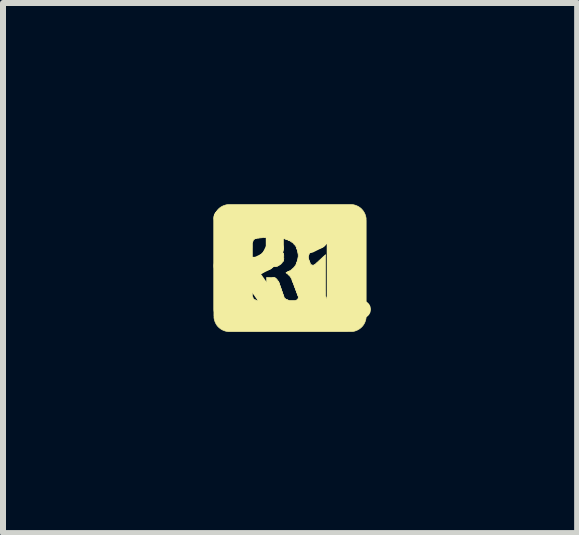
<source format=kicad_pcb>
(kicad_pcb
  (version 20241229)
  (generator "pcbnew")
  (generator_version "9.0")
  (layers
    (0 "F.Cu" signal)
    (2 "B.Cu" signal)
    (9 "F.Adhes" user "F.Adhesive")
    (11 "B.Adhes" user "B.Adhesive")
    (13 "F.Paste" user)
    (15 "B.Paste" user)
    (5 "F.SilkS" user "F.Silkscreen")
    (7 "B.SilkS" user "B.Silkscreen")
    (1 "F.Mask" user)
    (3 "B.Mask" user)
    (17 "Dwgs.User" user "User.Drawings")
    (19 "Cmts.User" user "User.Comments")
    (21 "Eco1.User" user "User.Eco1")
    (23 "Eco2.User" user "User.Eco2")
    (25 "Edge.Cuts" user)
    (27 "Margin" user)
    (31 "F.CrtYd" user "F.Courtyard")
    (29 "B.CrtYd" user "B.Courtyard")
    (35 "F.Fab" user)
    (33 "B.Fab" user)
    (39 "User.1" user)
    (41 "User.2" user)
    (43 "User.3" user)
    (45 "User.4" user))
  (footprint "R1"
    (layer "F.Cu")
    (at 1.785 1.418)
    (property "Reference" "R1" (at 0 0 0) (layer "F.SilkS") (effects (font (size 1.524 1.524) (thickness 0.3))))
    (attr through_hole)
    (fp_poly (pts (xy -0.62 0.487) (xy -0.62 0.488) (xy -0.621 0.487) (xy -0.62 0.486) (xy -0.62 0.487)) (stroke (width 0.01) (type solid)) (fill yes) (layer "F.SilkS"))
    (fp_poly (pts (xy -0.618 -0.443) (xy -0.619 -0.442) (xy -0.62 -0.443) (xy -0.619 -0.443) (xy -0.618 -0.443)) (stroke (width 0.01) (type solid)) (fill yes) (layer "F.SilkS"))
    (fp_poly (pts (xy -0.618 0.491) (xy -0.619 0.491) (xy -0.62 0.491) (xy -0.619 0.49) (xy -0.618 0.491)) (stroke (width 0.01) (type solid)) (fill yes) (layer "F.SilkS"))
    (fp_poly (pts (xy -0.617 0.493) (xy -0.618 0.494) (xy -0.618 0.493) (xy -0.618 0.493) (xy -0.617 0.493)) (stroke (width 0.01) (type solid)) (fill yes) (layer "F.SilkS"))
    (fp_poly (pts (xy -0.578 -0.488) (xy -0.578 -0.488) (xy -0.579 -0.488) (xy -0.578 -0.489) (xy -0.578 -0.488)) (stroke (width 0.01) (type solid)) (fill yes) (layer "F.SilkS"))
    (fp_poly (pts (xy -0.577 0.533) (xy -0.577 0.533) (xy -0.578 0.533) (xy -0.577 0.532) (xy -0.577 0.533)) (stroke (width 0.01) (type solid)) (fill yes) (layer "F.SilkS"))
    (fp_poly (pts (xy -0.572 -0.491) (xy -0.572 -0.49) (xy -0.573 -0.491) (xy -0.572 -0.491) (xy -0.572 -0.491)) (stroke (width 0.01) (type solid)) (fill yes) (layer "F.SilkS"))
    (fp_poly (pts (xy -0.57 0.535) (xy -0.571 0.536) (xy -0.572 0.535) (xy -0.571 0.535) (xy -0.57 0.535)) (stroke (width 0.01) (type solid)) (fill yes) (layer "F.SilkS"))
    (fp_poly (pts (xy -0.446 0.535) (xy -0.446 0.536) (xy -0.447 0.535) (xy -0.446 0.535) (xy -0.446 0.535)) (stroke (width 0.01) (type solid)) (fill yes) (layer "F.SilkS"))
    (fp_poly (pts (xy -0.439 0.533) (xy -0.44 0.533) (xy -0.441 0.533) (xy -0.44 0.532) (xy -0.439 0.533)) (stroke (width 0.01) (type solid)) (fill yes) (layer "F.SilkS"))
    (fp_poly (pts (xy -0.437 0.531) (xy -0.438 0.532) (xy -0.438 0.531) (xy -0.438 0.531) (xy -0.437 0.531)) (stroke (width 0.01) (type solid)) (fill yes) (layer "F.SilkS"))
    (fp_poly (pts (xy -0.434 0.53) (xy -0.435 0.531) (xy -0.436 0.53) (xy -0.435 0.53) (xy -0.434 0.53)) (stroke (width 0.01) (type solid)) (fill yes) (layer "F.SilkS"))
    (fp_poly (pts (xy -0.399 0.492) (xy -0.399 0.493) (xy -0.4 0.492) (xy -0.399 0.491) (xy -0.399 0.492)) (stroke (width 0.01) (type solid)) (fill yes) (layer "F.SilkS"))
    (fp_poly (pts (xy -0.398 0.49) (xy -0.398 0.49) (xy -0.399 0.49) (xy -0.398 0.489) (xy -0.398 0.49)) (stroke (width 0.01) (type solid)) (fill yes) (layer "F.SilkS"))
    (fp_poly (pts (xy -0.384 0.156) (xy -0.384 0.156) (xy -0.385 0.156) (xy -0.384 0.155) (xy -0.384 0.156)) (stroke (width 0.01) (type solid)) (fill yes) (layer "F.SilkS"))
    (fp_poly (pts (xy -0.38 -0.324) (xy -0.38 -0.324) (xy -0.381 -0.324) (xy -0.38 -0.325) (xy -0.38 -0.324)) (stroke (width 0.01) (type solid)) (fill yes) (layer "F.SilkS"))
    (fp_poly (pts (xy -0.248 0.166) (xy -0.248 0.166) (xy -0.249 0.166) (xy -0.248 0.165) (xy -0.248 0.166)) (stroke (width 0.01) (type solid)) (fill yes) (layer "F.SilkS"))
    (fp_poly (pts (xy -0.243 0.168) (xy -0.243 0.169) (xy -0.244 0.168) (xy -0.243 0.168) (xy -0.243 0.168)) (stroke (width 0.01) (type solid)) (fill yes) (layer "F.SilkS"))
    (fp_poly (pts (xy -0.24 0.17) (xy -0.241 0.17) (xy -0.241 0.17) (xy -0.241 0.169) (xy -0.24 0.17)) (stroke (width 0.01) (type solid)) (fill yes) (layer "F.SilkS"))
    (fp_poly (pts (xy -0.21 -0.321) (xy -0.21 -0.32) (xy -0.211 -0.321) (xy -0.21 -0.321) (xy -0.21 -0.321)) (stroke (width 0.01) (type solid)) (fill yes) (layer "F.SilkS"))
    (fp_poly (pts (xy -0.199 -0.036) (xy -0.2 -0.036) (xy -0.201 -0.036) (xy -0.2 -0.037) (xy -0.199 -0.036)) (stroke (width 0.01) (type solid)) (fill yes) (layer "F.SilkS"))
    (fp_poly (pts (xy -0.197 -0.317) (xy -0.197 -0.316) (xy -0.198 -0.317) (xy -0.197 -0.318) (xy -0.197 -0.317)) (stroke (width 0.01) (type solid)) (fill yes) (layer "F.SilkS"))
    (fp_poly (pts (xy -0.194 0.22) (xy -0.195 0.221) (xy -0.196 0.22) (xy -0.195 0.22) (xy -0.194 0.22)) (stroke (width 0.01) (type solid)) (fill yes) (layer "F.SilkS"))
    (fp_poly (pts (xy -0.193 -0.039) (xy -0.194 -0.038) (xy -0.194 -0.039) (xy -0.194 -0.039) (xy -0.193 -0.039)) (stroke (width 0.01) (type solid)) (fill yes) (layer "F.SilkS"))
    (fp_poly (pts (xy -0.193 0.223) (xy -0.194 0.224) (xy -0.194 0.223) (xy -0.194 0.222) (xy -0.193 0.223)) (stroke (width 0.01) (type solid)) (fill yes) (layer "F.SilkS"))
    (fp_poly (pts (xy -0.192 0.225) (xy -0.192 0.226) (xy -0.193 0.225) (xy -0.192 0.225) (xy -0.192 0.225)) (stroke (width 0.01) (type solid)) (fill yes) (layer "F.SilkS"))
    (fp_poly (pts (xy -0.191 -0.04) (xy -0.191 -0.039) (xy -0.192 -0.04) (xy -0.191 -0.041) (xy -0.191 -0.04)) (stroke (width 0.01) (type solid)) (fill yes) (layer "F.SilkS"))
    (fp_poly (pts (xy -0.189 0.232) (xy -0.19 0.232) (xy -0.191 0.232) (xy -0.19 0.231) (xy -0.189 0.232)) (stroke (width 0.01) (type solid)) (fill yes) (layer "F.SilkS"))
    (fp_poly (pts (xy -0.188 0.234) (xy -0.189 0.235) (xy -0.189 0.234) (xy -0.189 0.234) (xy -0.188 0.234)) (stroke (width 0.01) (type solid)) (fill yes) (layer "F.SilkS"))
    (fp_poly (pts (xy -0.187 -0.313) (xy -0.187 -0.312) (xy -0.188 -0.313) (xy -0.187 -0.314) (xy -0.187 -0.313)) (stroke (width 0.01) (type solid)) (fill yes) (layer "F.SilkS"))
    (fp_poly (pts (xy -0.185 0.241) (xy -0.186 0.241) (xy -0.187 0.241) (xy -0.186 0.24) (xy -0.185 0.241)) (stroke (width 0.01) (type solid)) (fill yes) (layer "F.SilkS"))
    (fp_poly (pts (xy -0.18 -0.311) (xy -0.181 -0.31) (xy -0.182 -0.311) (xy -0.181 -0.311) (xy -0.18 -0.311)) (stroke (width 0.01) (type solid)) (fill yes) (layer "F.SilkS"))
    (fp_poly (pts (xy -0.18 0.255) (xy -0.181 0.255) (xy -0.182 0.255) (xy -0.181 0.254) (xy -0.18 0.255)) (stroke (width 0.01) (type solid)) (fill yes) (layer "F.SilkS"))
    (fp_poly (pts (xy -0.179 0.258) (xy -0.18 0.259) (xy -0.18 0.258) (xy -0.18 0.258) (xy -0.179 0.258)) (stroke (width 0.01) (type solid)) (fill yes) (layer "F.SilkS"))
    (fp_poly (pts (xy -0.178 -0.309) (xy -0.178 -0.309) (xy -0.179 -0.309) (xy -0.178 -0.31) (xy -0.178 -0.309)) (stroke (width 0.01) (type solid)) (fill yes) (layer "F.SilkS"))
    (fp_poly (pts (xy -0.175 -0.308) (xy -0.176 -0.307) (xy -0.177 -0.308) (xy -0.176 -0.309) (xy -0.175 -0.308)) (stroke (width 0.01) (type solid)) (fill yes) (layer "F.SilkS"))
    (fp_poly (pts (xy -0.173 -0.307) (xy -0.173 -0.306) (xy -0.174 -0.307) (xy -0.173 -0.307) (xy -0.173 -0.307)) (stroke (width 0.01) (type solid)) (fill yes) (layer "F.SilkS"))
    (fp_poly (pts (xy -0.169 0.288) (xy -0.17 0.288) (xy -0.17 0.288) (xy -0.17 0.287) (xy -0.169 0.288)) (stroke (width 0.01) (type solid)) (fill yes) (layer "F.SilkS"))
    (fp_poly (pts (xy -0.166 -0.303) (xy -0.167 -0.302) (xy -0.168 -0.303) (xy -0.167 -0.304) (xy -0.166 -0.303)) (stroke (width 0.01) (type solid)) (fill yes) (layer "F.SilkS"))
    (fp_poly (pts (xy -0.159 0.317) (xy -0.159 0.318) (xy -0.16 0.317) (xy -0.159 0.316) (xy -0.159 0.317)) (stroke (width 0.01) (type solid)) (fill yes) (layer "F.SilkS"))
    (fp_poly (pts (xy -0.149 0.346) (xy -0.149 0.347) (xy -0.15 0.346) (xy -0.149 0.345) (xy -0.149 0.346)) (stroke (width 0.01) (type solid)) (fill yes) (layer "F.SilkS"))
    (fp_poly (pts (xy -0.138 0.375) (xy -0.139 0.376) (xy -0.14 0.375) (xy -0.139 0.375) (xy -0.138 0.375)) (stroke (width 0.01) (type solid)) (fill yes) (layer "F.SilkS"))
    (fp_poly (pts (xy -0.137 0.379) (xy -0.138 0.38) (xy -0.138 0.379) (xy -0.138 0.378) (xy -0.137 0.379)) (stroke (width 0.01) (type solid)) (fill yes) (layer "F.SilkS"))
    (fp_poly (pts (xy -0.136 0.383) (xy -0.137 0.384) (xy -0.137 0.383) (xy -0.137 0.382) (xy -0.136 0.383)) (stroke (width 0.01) (type solid)) (fill yes) (layer "F.SilkS"))
    (fp_poly (pts (xy -0.128 0.404) (xy -0.129 0.405) (xy -0.13 0.404) (xy -0.129 0.404) (xy -0.128 0.404)) (stroke (width 0.01) (type solid)) (fill yes) (layer "F.SilkS"))
    (fp_poly (pts (xy -0.127 0.408) (xy -0.128 0.409) (xy -0.128 0.408) (xy -0.128 0.408) (xy -0.127 0.408)) (stroke (width 0.01) (type solid)) (fill yes) (layer "F.SilkS"))
    (fp_poly (pts (xy -0.126 0.412) (xy -0.126 0.413) (xy -0.127 0.412) (xy -0.126 0.411) (xy -0.126 0.412)) (stroke (width 0.01) (type solid)) (fill yes) (layer "F.SilkS"))
    (fp_poly (pts (xy -0.118 -0.106) (xy -0.119 -0.105) (xy -0.119 -0.106) (xy -0.119 -0.107) (xy -0.118 -0.106)) (stroke (width 0.01) (type solid)) (fill yes) (layer "F.SilkS"))
    (fp_poly (pts (xy -0.117 -0.252) (xy -0.117 -0.251) (xy -0.118 -0.252) (xy -0.117 -0.253) (xy -0.117 -0.252)) (stroke (width 0.01) (type solid)) (fill yes) (layer "F.SilkS"))
    (fp_poly (pts (xy -0.117 -0.109) (xy -0.117 -0.108) (xy -0.118 -0.109) (xy -0.117 -0.109) (xy -0.117 -0.109)) (stroke (width 0.01) (type solid)) (fill yes) (layer "F.SilkS"))
    (fp_poly (pts (xy -0.117 0.438) (xy -0.117 0.438) (xy -0.118 0.438) (xy -0.117 0.437) (xy -0.117 0.438)) (stroke (width 0.01) (type solid)) (fill yes) (layer "F.SilkS"))
    (fp_poly (pts (xy -0.116 -0.25) (xy -0.116 -0.249) (xy -0.117 -0.25) (xy -0.116 -0.25) (xy -0.116 -0.25)) (stroke (width 0.01) (type solid)) (fill yes) (layer "F.SilkS"))
    (fp_poly (pts (xy -0.116 -0.111) (xy -0.116 -0.11) (xy -0.117 -0.111) (xy -0.116 -0.112) (xy -0.116 -0.111)) (stroke (width 0.01) (type solid)) (fill yes) (layer "F.SilkS"))
    (fp_poly (pts (xy -0.116 0.441) (xy -0.116 0.442) (xy -0.117 0.441) (xy -0.116 0.441) (xy -0.116 0.441)) (stroke (width 0.01) (type solid)) (fill yes) (layer "F.SilkS"))
    (fp_poly (pts (xy -0.113 -0.243) (xy -0.114 -0.243) (xy -0.114 -0.243) (xy -0.114 -0.244) (xy -0.113 -0.243)) (stroke (width 0.01) (type solid)) (fill yes) (layer "F.SilkS"))
    (fp_poly (pts (xy -0.113 -0.117) (xy -0.114 -0.117) (xy -0.114 -0.117) (xy -0.114 -0.118) (xy -0.113 -0.117)) (stroke (width 0.01) (type solid)) (fill yes) (layer "F.SilkS"))
    (fp_poly (pts (xy -0.112 -0.121) (xy -0.112 -0.121) (xy -0.113 -0.121) (xy -0.112 -0.122) (xy -0.112 -0.121)) (stroke (width 0.01) (type solid)) (fill yes) (layer "F.SilkS"))
    (fp_poly (pts (xy -0.107 0.467) (xy -0.107 0.467) (xy -0.108 0.467) (xy -0.107 0.466) (xy -0.107 0.467)) (stroke (width 0.01) (type solid)) (fill yes) (layer "F.SilkS"))
    (fp_poly (pts (xy -0.104 0.473) (xy -0.105 0.474) (xy -0.105 0.473) (xy -0.105 0.472) (xy -0.104 0.473)) (stroke (width 0.01) (type solid)) (fill yes) (layer "F.SilkS"))
    (fp_poly (pts (xy -0.103 0.476) (xy -0.104 0.476) (xy -0.104 0.476) (xy -0.104 0.475) (xy -0.103 0.476)) (stroke (width 0.01) (type solid)) (fill yes) (layer "F.SilkS"))
    (fp_poly (pts (xy -0.1 0.481) (xy -0.101 0.481) (xy -0.102 0.481) (xy -0.101 0.48) (xy -0.1 0.481)) (stroke (width 0.01) (type solid)) (fill yes) (layer "F.SilkS"))
    (fp_poly (pts (xy -0.089 -0.487) (xy -0.09 -0.486) (xy -0.09 -0.487) (xy -0.09 -0.488) (xy -0.089 -0.487)) (stroke (width 0.01) (type solid)) (fill yes) (layer "F.SilkS"))
    (fp_poly (pts (xy -0.08 -0.485) (xy -0.081 -0.484) (xy -0.081 -0.485) (xy -0.081 -0.485) (xy -0.08 -0.485)) (stroke (width 0.01) (type solid)) (fill yes) (layer "F.SilkS"))
    (fp_poly (pts (xy -0.064 0.521) (xy -0.064 0.522) (xy -0.065 0.521) (xy -0.064 0.521) (xy -0.064 0.521)) (stroke (width 0.01) (type solid)) (fill yes) (layer "F.SilkS"))
    (fp_poly (pts (xy -0.058 0.073) (xy -0.059 0.074) (xy -0.06 0.073) (xy -0.059 0.072) (xy -0.058 0.073)) (stroke (width 0.01) (type solid)) (fill yes) (layer "F.SilkS"))
    (fp_poly (pts (xy -0.055 0.088) (xy -0.055 0.089) (xy -0.056 0.088) (xy -0.055 0.088) (xy -0.055 0.088)) (stroke (width 0.01) (type solid)) (fill yes) (layer "F.SilkS"))
    (fp_poly (pts (xy -0.053 -0.476) (xy -0.054 -0.475) (xy -0.055 -0.476) (xy -0.054 -0.476) (xy -0.053 -0.476)) (stroke (width 0.01) (type solid)) (fill yes) (layer "F.SilkS"))
    (fp_poly (pts (xy -0.052 0.07) (xy -0.053 0.071) (xy -0.053 0.07) (xy -0.053 0.07) (xy -0.052 0.07)) (stroke (width 0.01) (type solid)) (fill yes) (layer "F.SilkS"))
    (fp_poly (pts (xy -0.052 0.528) (xy -0.053 0.528) (xy -0.053 0.528) (xy -0.053 0.527) (xy -0.052 0.528)) (stroke (width 0.01) (type solid)) (fill yes) (layer "F.SilkS"))
    (fp_poly (pts (xy -0.05 -0.474) (xy -0.05 -0.474) (xy -0.051 -0.474) (xy -0.05 -0.475) (xy -0.05 -0.474)) (stroke (width 0.01) (type solid)) (fill yes) (layer "F.SilkS"))
    (fp_poly (pts (xy -0.05 0.529) (xy -0.05 0.53) (xy -0.051 0.529) (xy -0.05 0.528) (xy -0.05 0.529)) (stroke (width 0.01) (type solid)) (fill yes) (layer "F.SilkS"))
    (fp_poly (pts (xy -0.043 -0.472) (xy -0.044 -0.471) (xy -0.044 -0.472) (xy -0.044 -0.472) (xy -0.043 -0.472)) (stroke (width 0.01) (type solid)) (fill yes) (layer "F.SilkS"))
    (fp_poly (pts (xy -0.043 0.067) (xy -0.044 0.067) (xy -0.044 0.067) (xy -0.044 0.066) (xy -0.043 0.067)) (stroke (width 0.01) (type solid)) (fill yes) (layer "F.SilkS"))
    (fp_poly (pts (xy -0.043 0.531) (xy -0.044 0.532) (xy -0.044 0.531) (xy -0.044 0.531) (xy -0.043 0.531)) (stroke (width 0.01) (type solid)) (fill yes) (layer "F.SilkS"))
    (fp_poly (pts (xy -0.041 0.065) (xy -0.041 0.066) (xy -0.042 0.065) (xy -0.041 0.065) (xy -0.041 0.065)) (stroke (width 0.01) (type solid)) (fill yes) (layer "F.SilkS"))
    (fp_poly (pts (xy -0.039 0.533) (xy -0.04 0.533) (xy -0.041 0.533) (xy -0.04 0.532) (xy -0.039 0.533)) (stroke (width 0.01) (type solid)) (fill yes) (layer "F.SilkS"))
    (fp_poly (pts (xy -0.034 -0.468) (xy -0.035 -0.467) (xy -0.036 -0.468) (xy -0.035 -0.469) (xy -0.034 -0.468)) (stroke (width 0.01) (type solid)) (fill yes) (layer "F.SilkS"))
    (fp_poly (pts (xy -0.034 0.063) (xy -0.035 0.064) (xy -0.036 0.063) (xy -0.035 0.062) (xy -0.034 0.063)) (stroke (width 0.01) (type solid)) (fill yes) (layer "F.SilkS"))
    (fp_poly (pts (xy -0.032 0.062) (xy -0.032 0.062) (xy -0.033 0.062) (xy -0.032 0.061) (xy -0.032 0.062)) (stroke (width 0.01) (type solid)) (fill yes) (layer "F.SilkS"))
    (fp_poly (pts (xy -0.029 0.06) (xy -0.03 0.061) (xy -0.03 0.06) (xy -0.03 0.06) (xy -0.029 0.06)) (stroke (width 0.01) (type solid)) (fill yes) (layer "F.SilkS"))
    (fp_poly (pts (xy -0.028 -0.465) (xy -0.029 -0.465) (xy -0.029 -0.465) (xy -0.029 -0.466) (xy -0.028 -0.465)) (stroke (width 0.01) (type solid)) (fill yes) (layer "F.SilkS"))
    (fp_poly (pts (xy -0.027 0.059) (xy -0.027 0.06) (xy -0.028 0.059) (xy -0.027 0.058) (xy -0.027 0.059)) (stroke (width 0.01) (type solid)) (fill yes) (layer "F.SilkS"))
    (fp_poly (pts (xy -0.024 0.058) (xy -0.025 0.058) (xy -0.025 0.058) (xy -0.025 0.057) (xy -0.024 0.058)) (stroke (width 0.01) (type solid)) (fill yes) (layer "F.SilkS"))
    (fp_poly (pts (xy -0.023 -0.463) (xy -0.023 -0.462) (xy -0.024 -0.463) (xy -0.023 -0.464) (xy -0.023 -0.463)) (stroke (width 0.01) (type solid)) (fill yes) (layer "F.SilkS"))
    (fp_poly (pts (xy -0.022 0.057) (xy -0.022 0.057) (xy -0.023 0.057) (xy -0.022 0.056) (xy -0.022 0.057)) (stroke (width 0.01) (type solid)) (fill yes) (layer "F.SilkS"))
    (fp_poly (pts (xy -0.02 -0.462) (xy -0.021 -0.461) (xy -0.022 -0.462) (xy -0.021 -0.462) (xy -0.02 -0.462)) (stroke (width 0.01) (type solid)) (fill yes) (layer "F.SilkS"))
    (fp_poly (pts (xy -0.018 -0.46) (xy -0.018 -0.46) (xy -0.019 -0.46) (xy -0.018 -0.461) (xy -0.018 -0.46)) (stroke (width 0.01) (type solid)) (fill yes) (layer "F.SilkS"))
    (fp_poly (pts (xy -0.015 -0.459) (xy -0.016 -0.458) (xy -0.017 -0.459) (xy -0.016 -0.46) (xy -0.015 -0.459)) (stroke (width 0.01) (type solid)) (fill yes) (layer "F.SilkS"))
    (fp_poly (pts (xy -0.013 -0.458) (xy -0.013 -0.457) (xy -0.014 -0.458) (xy -0.013 -0.458) (xy -0.013 -0.458)) (stroke (width 0.01) (type solid)) (fill yes) (layer "F.SilkS"))
    (fp_poly (pts (xy -0.013 0.051) (xy -0.013 0.052) (xy -0.014 0.051) (xy -0.013 0.051) (xy -0.013 0.051)) (stroke (width 0.01) (type solid)) (fill yes) (layer "F.SilkS"))
    (fp_poly (pts (xy -0.01 -0.457) (xy -0.011 -0.456) (xy -0.011 -0.457) (xy -0.011 -0.457) (xy -0.01 -0.457)) (stroke (width 0.01) (type solid)) (fill yes) (layer "F.SilkS"))
    (fp_poly (pts (xy 0.001 -0.45) (xy 0.001 -0.45) (xy 0 -0.45) (xy 0.001 -0.451) (xy 0.001 -0.45)) (stroke (width 0.01) (type solid)) (fill yes) (layer "F.SilkS"))
    (fp_poly (pts (xy 0.024 0.184) (xy 0.023 0.184) (xy 0.023 0.184) (xy 0.023 0.183) (xy 0.024 0.184)) (stroke (width 0.01) (type solid)) (fill yes) (layer "F.SilkS"))
    (fp_poly (pts (xy 0.034 0.204) (xy 0.034 0.204) (xy 0.033 0.204) (xy 0.034 0.203) (xy 0.034 0.204)) (stroke (width 0.01) (type solid)) (fill yes) (layer "F.SilkS"))
    (fp_poly (pts (xy 0.036 0.206) (xy 0.035 0.207) (xy 0.034 0.206) (xy 0.035 0.206) (xy 0.036 0.206)) (stroke (width 0.01) (type solid)) (fill yes) (layer "F.SilkS"))
    (fp_poly (pts (xy 0.037 0.209) (xy 0.036 0.21) (xy 0.036 0.209) (xy 0.036 0.208) (xy 0.037 0.209)) (stroke (width 0.01) (type solid)) (fill yes) (layer "F.SilkS"))
    (fp_poly (pts (xy 0.038 0.211) (xy 0.037 0.212) (xy 0.037 0.211) (xy 0.037 0.211) (xy 0.038 0.211)) (stroke (width 0.01) (type solid)) (fill yes) (layer "F.SilkS"))
    (fp_poly (pts (xy 0.039 0.214) (xy 0.039 0.215) (xy 0.038 0.214) (xy 0.039 0.213) (xy 0.039 0.214)) (stroke (width 0.01) (type solid)) (fill yes) (layer "F.SilkS"))
    (fp_poly (pts (xy 0.042 0.22) (xy 0.041 0.221) (xy 0.041 0.22) (xy 0.041 0.22) (xy 0.042 0.22)) (stroke (width 0.01) (type solid)) (fill yes) (layer "F.SilkS"))
    (fp_poly (pts (xy 0.043 0.223) (xy 0.043 0.224) (xy 0.042 0.223) (xy 0.043 0.222) (xy 0.043 0.223)) (stroke (width 0.01) (type solid)) (fill yes) (layer "F.SilkS"))
    (fp_poly (pts (xy 0.046 0.229) (xy 0.045 0.23) (xy 0.044 0.229) (xy 0.045 0.229) (xy 0.046 0.229)) (stroke (width 0.01) (type solid)) (fill yes) (layer "F.SilkS"))
    (fp_poly (pts (xy 0.047 0.232) (xy 0.046 0.232) (xy 0.046 0.232) (xy 0.046 0.231) (xy 0.047 0.232)) (stroke (width 0.01) (type solid)) (fill yes) (layer "F.SilkS"))
    (fp_poly (pts (xy 0.05 0.238) (xy 0.049 0.239) (xy 0.048 0.238) (xy 0.049 0.237) (xy 0.05 0.238)) (stroke (width 0.01) (type solid)) (fill yes) (layer "F.SilkS"))
    (fp_poly (pts (xy 0.052 0.244) (xy 0.051 0.245) (xy 0.051 0.244) (xy 0.051 0.244) (xy 0.052 0.244)) (stroke (width 0.01) (type solid)) (fill yes) (layer "F.SilkS"))
    (fp_poly (pts (xy 0.056 0.255) (xy 0.055 0.255) (xy 0.055 0.255) (xy 0.055 0.254) (xy 0.056 0.255)) (stroke (width 0.01) (type solid)) (fill yes) (layer "F.SilkS"))
    (fp_poly (pts (xy 0.06 0.265) (xy 0.059 0.265) (xy 0.058 0.265) (xy 0.059 0.264) (xy 0.06 0.265)) (stroke (width 0.01) (type solid)) (fill yes) (layer "F.SilkS"))
    (fp_poly (pts (xy 0.064 0.275) (xy 0.063 0.276) (xy 0.062 0.275) (xy 0.063 0.274) (xy 0.064 0.275)) (stroke (width 0.01) (type solid)) (fill yes) (layer "F.SilkS"))
    (fp_poly (pts (xy 0.067 0.285) (xy 0.067 0.286) (xy 0.066 0.285) (xy 0.067 0.284) (xy 0.067 0.285)) (stroke (width 0.01) (type solid)) (fill yes) (layer "F.SilkS"))
    (fp_poly (pts (xy 0.071 0.295) (xy 0.07 0.296) (xy 0.07 0.295) (xy 0.07 0.295) (xy 0.071 0.295)) (stroke (width 0.01) (type solid)) (fill yes) (layer "F.SilkS"))
    (fp_poly (pts (xy 0.075 0.305) (xy 0.074 0.306) (xy 0.074 0.305) (xy 0.074 0.305) (xy 0.075 0.305)) (stroke (width 0.01) (type solid)) (fill yes) (layer "F.SilkS"))
    (fp_poly (pts (xy 0.079 0.316) (xy 0.078 0.316) (xy 0.077 0.316) (xy 0.078 0.315) (xy 0.079 0.316)) (stroke (width 0.01) (type solid)) (fill yes) (layer "F.SilkS"))
    (fp_poly (pts (xy 0.083 0.326) (xy 0.082 0.326) (xy 0.081 0.326) (xy 0.082 0.325) (xy 0.083 0.326)) (stroke (width 0.01) (type solid)) (fill yes) (layer "F.SilkS"))
    (fp_poly (pts (xy 0.086 0.336) (xy 0.086 0.337) (xy 0.085 0.336) (xy 0.086 0.335) (xy 0.086 0.336)) (stroke (width 0.01) (type solid)) (fill yes) (layer "F.SilkS"))
    (fp_poly (pts (xy 0.09 0.346) (xy 0.09 0.347) (xy 0.089 0.346) (xy 0.09 0.345) (xy 0.09 0.346)) (stroke (width 0.01) (type solid)) (fill yes) (layer "F.SilkS"))
    (fp_poly (pts (xy 0.094 0.356) (xy 0.093 0.357) (xy 0.093 0.356) (xy 0.093 0.356) (xy 0.094 0.356)) (stroke (width 0.01) (type solid)) (fill yes) (layer "F.SilkS"))
    (fp_poly (pts (xy 0.098 0.366) (xy 0.097 0.367) (xy 0.097 0.366) (xy 0.097 0.366) (xy 0.098 0.366)) (stroke (width 0.01) (type solid)) (fill yes) (layer "F.SilkS"))
    (fp_poly (pts (xy 0.102 0.377) (xy 0.101 0.377) (xy 0.1 0.377) (xy 0.101 0.376) (xy 0.102 0.377)) (stroke (width 0.01) (type solid)) (fill yes) (layer "F.SilkS"))
    (fp_poly (pts (xy 0.105 -0.074) (xy 0.105 -0.074) (xy 0.104 -0.074) (xy 0.105 -0.075) (xy 0.105 -0.074)) (stroke (width 0.01) (type solid)) (fill yes) (layer "F.SilkS"))
    (fp_poly (pts (xy 0.105 0.387) (xy 0.105 0.387) (xy 0.104 0.387) (xy 0.105 0.386) (xy 0.105 0.387)) (stroke (width 0.01) (type solid)) (fill yes) (layer "F.SilkS"))
    (fp_poly (pts (xy 0.105 0.535) (xy 0.105 0.536) (xy 0.104 0.535) (xy 0.105 0.535) (xy 0.105 0.535)) (stroke (width 0.01) (type solid)) (fill yes) (layer "F.SilkS"))
    (fp_poly (pts (xy 0.107 -0.077) (xy 0.106 -0.076) (xy 0.105 -0.077) (xy 0.106 -0.077) (xy 0.107 -0.077)) (stroke (width 0.01) (type solid)) (fill yes) (layer "F.SilkS"))
    (fp_poly (pts (xy 0.108 -0.336) (xy 0.107 -0.335) (xy 0.107 -0.336) (xy 0.107 -0.337) (xy 0.108 -0.336)) (stroke (width 0.01) (type solid)) (fill yes) (layer "F.SilkS"))
    (fp_poly (pts (xy 0.108 -0.079) (xy 0.107 -0.079) (xy 0.107 -0.079) (xy 0.107 -0.08) (xy 0.108 -0.079)) (stroke (width 0.01) (type solid)) (fill yes) (layer "F.SilkS"))
    (fp_poly (pts (xy 0.109 -0.333) (xy 0.109 -0.333) (xy 0.108 -0.333) (xy 0.109 -0.334) (xy 0.109 -0.333)) (stroke (width 0.01) (type solid)) (fill yes) (layer "F.SilkS"))
    (fp_poly (pts (xy 0.109 -0.082) (xy 0.109 -0.081) (xy 0.108 -0.082) (xy 0.109 -0.083) (xy 0.109 -0.082)) (stroke (width 0.01) (type solid)) (fill yes) (layer "F.SilkS"))
    (fp_poly (pts (xy 0.109 0.397) (xy 0.109 0.398) (xy 0.108 0.397) (xy 0.109 0.396) (xy 0.109 0.397)) (stroke (width 0.01) (type solid)) (fill yes) (layer "F.SilkS"))
    (fp_poly (pts (xy 0.11 -0.331) (xy 0.11 -0.33) (xy 0.109 -0.331) (xy 0.11 -0.331) (xy 0.11 -0.331)) (stroke (width 0.01) (type solid)) (fill yes) (layer "F.SilkS"))
    (fp_poly (pts (xy 0.112 -0.328) (xy 0.111 -0.328) (xy 0.11 -0.328) (xy 0.111 -0.329) (xy 0.112 -0.328)) (stroke (width 0.01) (type solid)) (fill yes) (layer "F.SilkS"))
    (fp_poly (pts (xy 0.113 -0.091) (xy 0.112 -0.09) (xy 0.112 -0.091) (xy 0.112 -0.091) (xy 0.113 -0.091)) (stroke (width 0.01) (type solid)) (fill yes) (layer "F.SilkS"))
    (fp_poly (pts (xy 0.113 0.407) (xy 0.112 0.408) (xy 0.112 0.407) (xy 0.112 0.406) (xy 0.113 0.407)) (stroke (width 0.01) (type solid)) (fill yes) (layer "F.SilkS"))
    (fp_poly (pts (xy 0.114 -0.322) (xy 0.114 -0.321) (xy 0.113 -0.322) (xy 0.114 -0.323) (xy 0.114 -0.322)) (stroke (width 0.01) (type solid)) (fill yes) (layer "F.SilkS"))
    (fp_poly (pts (xy 0.114 -0.093) (xy 0.114 -0.093) (xy 0.113 -0.093) (xy 0.114 -0.094) (xy 0.114 -0.093)) (stroke (width 0.01) (type solid)) (fill yes) (layer "F.SilkS"))
    (fp_poly (pts (xy 0.117 -0.316) (xy 0.116 -0.315) (xy 0.116 -0.316) (xy 0.116 -0.316) (xy 0.117 -0.316)) (stroke (width 0.01) (type solid)) (fill yes) (layer "F.SilkS"))
    (fp_poly (pts (xy 0.117 -0.1) (xy 0.116 -0.099) (xy 0.116 -0.1) (xy 0.116 -0.1) (xy 0.117 -0.1)) (stroke (width 0.01) (type solid)) (fill yes) (layer "F.SilkS"))
    (fp_poly (pts (xy 0.117 0.417) (xy 0.116 0.418) (xy 0.116 0.417) (xy 0.116 0.417) (xy 0.117 0.417)) (stroke (width 0.01) (type solid)) (fill yes) (layer "F.SilkS"))
    (fp_poly (pts (xy 0.118 -0.312) (xy 0.117 -0.311) (xy 0.117 -0.312) (xy 0.117 -0.312) (xy 0.118 -0.312)) (stroke (width 0.01) (type solid)) (fill yes) (layer "F.SilkS"))
    (fp_poly (pts (xy 0.118 -0.104) (xy 0.117 -0.103) (xy 0.117 -0.104) (xy 0.117 -0.104) (xy 0.118 -0.104)) (stroke (width 0.01) (type solid)) (fill yes) (layer "F.SilkS"))
    (fp_poly (pts (xy 0.121 0.427) (xy 0.12 0.428) (xy 0.119 0.427) (xy 0.12 0.427) (xy 0.121 0.427)) (stroke (width 0.01) (type solid)) (fill yes) (layer "F.SilkS"))
    (fp_poly (pts (xy 0.123 0.434) (xy 0.123 0.434) (xy 0.122 0.434) (xy 0.123 0.433) (xy 0.123 0.434)) (stroke (width 0.01) (type solid)) (fill yes) (layer "F.SilkS"))
    (fp_poly (pts (xy 0.124 0.438) (xy 0.124 0.438) (xy 0.123 0.438) (xy 0.124 0.437) (xy 0.124 0.438)) (stroke (width 0.01) (type solid)) (fill yes) (layer "F.SilkS"))
    (fp_poly (pts (xy 0.128 0.448) (xy 0.128 0.448) (xy 0.127 0.448) (xy 0.128 0.447) (xy 0.128 0.448)) (stroke (width 0.01) (type solid)) (fill yes) (layer "F.SilkS"))
    (fp_poly (pts (xy 0.132 0.458) (xy 0.131 0.458) (xy 0.131 0.458) (xy 0.131 0.457) (xy 0.132 0.458)) (stroke (width 0.01) (type solid)) (fill yes) (layer "F.SilkS"))
    (fp_poly (pts (xy 0.135 0.505) (xy 0.134 0.505) (xy 0.133 0.505) (xy 0.134 0.504) (xy 0.135 0.505)) (stroke (width 0.01) (type solid)) (fill yes) (layer "F.SilkS"))
    (fp_poly (pts (xy 0.136 0.468) (xy 0.135 0.469) (xy 0.135 0.468) (xy 0.135 0.467) (xy 0.136 0.468)) (stroke (width 0.01) (type solid)) (fill yes) (layer "F.SilkS"))
    (fp_poly (pts (xy 0.136 0.502) (xy 0.135 0.503) (xy 0.135 0.502) (xy 0.135 0.502) (xy 0.136 0.502)) (stroke (width 0.01) (type solid)) (fill yes) (layer "F.SilkS"))
    (fp_poly (pts (xy 0.314 -0.219) (xy 0.313 -0.218) (xy 0.312 -0.219) (xy 0.313 -0.22) (xy 0.314 -0.219)) (stroke (width 0.01) (type solid)) (fill yes) (layer "F.SilkS"))
    (fp_poly (pts (xy 0.315 -0.222) (xy 0.314 -0.221) (xy 0.314 -0.222) (xy 0.314 -0.222) (xy 0.315 -0.222)) (stroke (width 0.01) (type solid)) (fill yes) (layer "F.SilkS"))
    (fp_poly (pts (xy 0.316 -0.224) (xy 0.316 -0.224) (xy 0.315 -0.224) (xy 0.316 -0.225) (xy 0.316 -0.224)) (stroke (width 0.01) (type solid)) (fill yes) (layer "F.SilkS"))
    (fp_poly (pts (xy 0.316 -0.131) (xy 0.316 -0.131) (xy 0.315 -0.131) (xy 0.316 -0.132) (xy 0.316 -0.131)) (stroke (width 0.01) (type solid)) (fill yes) (layer "F.SilkS"))
    (fp_poly (pts (xy 0.32 -0.121) (xy 0.319 -0.121) (xy 0.319 -0.121) (xy 0.319 -0.122) (xy 0.32 -0.121)) (stroke (width 0.01) (type solid)) (fill yes) (layer "F.SilkS"))
    (fp_poly (pts (xy 0.321 -0.117) (xy 0.321 -0.117) (xy 0.32 -0.117) (xy 0.321 -0.118) (xy 0.321 -0.117)) (stroke (width 0.01) (type solid)) (fill yes) (layer "F.SilkS"))
    (fp_poly (pts (xy 0.325 -0.107) (xy 0.324 -0.107) (xy 0.324 -0.107) (xy 0.324 -0.108) (xy 0.325 -0.107)) (stroke (width 0.01) (type solid)) (fill yes) (layer "F.SilkS"))
    (fp_poly (pts (xy 0.329 -0.097) (xy 0.328 -0.097) (xy 0.328 -0.097) (xy 0.328 -0.098) (xy 0.329 -0.097)) (stroke (width 0.01) (type solid)) (fill yes) (layer "F.SilkS"))
    (fp_poly (pts (xy 0.333 -0.087) (xy 0.332 -0.086) (xy 0.331 -0.087) (xy 0.332 -0.088) (xy 0.333 -0.087)) (stroke (width 0.01) (type solid)) (fill yes) (layer "F.SilkS"))
    (fp_poly (pts (xy 0.334 -0.083) (xy 0.333 -0.083) (xy 0.333 -0.083) (xy 0.333 -0.084) (xy 0.334 -0.083)) (stroke (width 0.01) (type solid)) (fill yes) (layer "F.SilkS"))
    (fp_poly (pts (xy 0.337 -0.077) (xy 0.336 -0.076) (xy 0.335 -0.077) (xy 0.336 -0.077) (xy 0.337 -0.077)) (stroke (width 0.01) (type solid)) (fill yes) (layer "F.SilkS"))
    (fp_poly (pts (xy 0.358 -0.053) (xy 0.358 -0.052) (xy 0.357 -0.053) (xy 0.358 -0.053) (xy 0.358 -0.053)) (stroke (width 0.01) (type solid)) (fill yes) (layer "F.SilkS"))
    (fp_poly (pts (xy 0.398 -0.049) (xy 0.397 -0.048) (xy 0.396 -0.049) (xy 0.397 -0.05) (xy 0.398 -0.049)) (stroke (width 0.01) (type solid)) (fill yes) (layer "F.SilkS"))
    (fp_poly (pts (xy 0.401 -0.05) (xy 0.401 -0.05) (xy 0.4 -0.05) (xy 0.401 -0.051) (xy 0.401 -0.05)) (stroke (width 0.01) (type solid)) (fill yes) (layer "F.SilkS"))
    (fp_poly (pts (xy 0.404 -0.051) (xy 0.403 -0.051) (xy 0.403 -0.051) (xy 0.403 -0.052) (xy 0.404 -0.051)) (stroke (width 0.01) (type solid)) (fill yes) (layer "F.SilkS"))
    (fp_poly (pts (xy 0.406 -0.053) (xy 0.406 -0.052) (xy 0.405 -0.053) (xy 0.406 -0.053) (xy 0.406 -0.053)) (stroke (width 0.01) (type solid)) (fill yes) (layer "F.SilkS"))
    (fp_poly (pts (xy 0.563 -0.463) (xy 0.562 -0.462) (xy 0.561 -0.463) (xy 0.562 -0.464) (xy 0.563 -0.463)) (stroke (width 0.01) (type solid)) (fill yes) (layer "F.SilkS"))
    (fp_poly (pts (xy 0.58 -0.473) (xy 0.58 -0.472) (xy 0.579 -0.473) (xy 0.58 -0.474) (xy 0.58 -0.473)) (stroke (width 0.01) (type solid)) (fill yes) (layer "F.SilkS"))
    (fp_poly (pts (xy 0.583 -0.474) (xy 0.582 -0.474) (xy 0.582 -0.474) (xy 0.582 -0.475) (xy 0.583 -0.474)) (stroke (width 0.01) (type solid)) (fill yes) (layer "F.SilkS"))
    (fp_poly (pts (xy 0.585 -0.476) (xy 0.585 -0.475) (xy 0.584 -0.476) (xy 0.585 -0.476) (xy 0.585 -0.476)) (stroke (width 0.01) (type solid)) (fill yes) (layer "F.SilkS"))
    (fp_poly (pts (xy 0.588 -0.477) (xy 0.587 -0.476) (xy 0.587 -0.477) (xy 0.587 -0.478) (xy 0.588 -0.477)) (stroke (width 0.01) (type solid)) (fill yes) (layer "F.SilkS"))
    (fp_poly (pts (xy 0.591 -0.478) (xy 0.59 -0.478) (xy 0.589 -0.478) (xy 0.59 -0.479) (xy 0.591 -0.478)) (stroke (width 0.01) (type solid)) (fill yes) (layer "F.SilkS"))
    (fp_poly (pts (xy 0.599 -0.482) (xy 0.599 -0.481) (xy 0.598 -0.482) (xy 0.599 -0.483) (xy 0.599 -0.482)) (stroke (width 0.01) (type solid)) (fill yes) (layer "F.SilkS"))
    (fp_poly (pts (xy 0.602 0.491) (xy 0.601 0.491) (xy 0.601 0.491) (xy 0.601 0.49) (xy 0.602 0.491)) (stroke (width 0.01) (type solid)) (fill yes) (layer "F.SilkS"))
    (fp_poly (pts (xy 0.603 0.493) (xy 0.603 0.494) (xy 0.602 0.493) (xy 0.603 0.493) (xy 0.603 0.493)) (stroke (width 0.01) (type solid)) (fill yes) (layer "F.SilkS"))
    (fp_poly (pts (xy 0.638 0.53) (xy 0.637 0.531) (xy 0.636 0.53) (xy 0.637 0.53) (xy 0.638 0.53)) (stroke (width 0.01) (type solid)) (fill yes) (layer "F.SilkS"))
    (fp_poly (pts (xy 0.64 0.531) (xy 0.639 0.532) (xy 0.639 0.531) (xy 0.639 0.531) (xy 0.64 0.531)) (stroke (width 0.01) (type solid)) (fill yes) (layer "F.SilkS"))
    (fp_poly (pts (xy 0.643 0.533) (xy 0.642 0.533) (xy 0.641 0.533) (xy 0.642 0.532) (xy 0.643 0.533)) (stroke (width 0.01) (type solid)) (fill yes) (layer "F.SilkS"))
    (fp_poly (pts (xy 0.649 0.535) (xy 0.648 0.536) (xy 0.648 0.535) (xy 0.648 0.535) (xy 0.649 0.535)) (stroke (width 0.01) (type solid)) (fill yes) (layer "F.SilkS"))
    (fp_poly (pts (xy 0.789 0.535) (xy 0.788 0.536) (xy 0.787 0.535) (xy 0.788 0.535) (xy 0.789 0.535)) (stroke (width 0.01) (type solid)) (fill yes) (layer "F.SilkS"))
    (fp_poly (pts (xy 0.791 -0.491) (xy 0.791 -0.49) (xy 0.79 -0.491) (xy 0.791 -0.491) (xy 0.791 -0.491)) (stroke (width 0.01) (type solid)) (fill yes) (layer "F.SilkS"))
    (fp_poly (pts (xy 0.795 0.533) (xy 0.794 0.533) (xy 0.794 0.533) (xy 0.794 0.532) (xy 0.795 0.533)) (stroke (width 0.01) (type solid)) (fill yes) (layer "F.SilkS"))
    (fp_poly (pts (xy 0.798 -0.488) (xy 0.797 -0.488) (xy 0.796 -0.488) (xy 0.797 -0.489) (xy 0.798 -0.488)) (stroke (width 0.01) (type solid)) (fill yes) (layer "F.SilkS"))
    (fp_poly (pts (xy 0.798 0.531) (xy 0.797 0.532) (xy 0.796 0.531) (xy 0.797 0.531) (xy 0.798 0.531)) (stroke (width 0.01) (type solid)) (fill yes) (layer "F.SilkS"))
    (fp_poly (pts (xy 0.8 -0.487) (xy 0.799 -0.486) (xy 0.799 -0.487) (xy 0.799 -0.488) (xy 0.8 -0.487)) (stroke (width 0.01) (type solid)) (fill yes) (layer "F.SilkS"))
    (fp_poly (pts (xy 0.8 0.53) (xy 0.799 0.531) (xy 0.799 0.53) (xy 0.799 0.53) (xy 0.8 0.53)) (stroke (width 0.01) (type solid)) (fill yes) (layer "F.SilkS"))
    (fp_poly (pts (xy 0.834 -0.45) (xy 0.834 -0.45) (xy 0.833 -0.45) (xy 0.834 -0.451) (xy 0.834 -0.45)) (stroke (width 0.01) (type solid)) (fill yes) (layer "F.SilkS"))
    (fp_poly (pts (xy 0.834 0.493) (xy 0.834 0.494) (xy 0.833 0.493) (xy 0.834 0.493) (xy 0.834 0.493)) (stroke (width 0.01) (type solid)) (fill yes) (layer "F.SilkS"))
    (fp_poly (pts (xy 0.836 0.491) (xy 0.835 0.491) (xy 0.834 0.491) (xy 0.835 0.49) (xy 0.836 0.491)) (stroke (width 0.01) (type solid)) (fill yes) (layer "F.SilkS"))
    (fp_poly (pts (xy 0.837 -0.444) (xy 0.836 -0.443) (xy 0.836 -0.444) (xy 0.836 -0.445) (xy 0.837 -0.444)) (stroke (width 0.01) (type solid)) (fill yes) (layer "F.SilkS"))
    (fp_poly (pts (xy -0.624 -0.424) (xy -0.624 -0.422) (xy -0.624 -0.421) (xy -0.624 -0.421) (xy -0.625 -0.423) (xy -0.624 -0.425) (xy -0.624 -0.424)) (stroke (width 0.01) (type solid)) (fill yes) (layer "F.SilkS"))
    (fp_poly (pts (xy -0.624 0.471) (xy -0.624 0.473) (xy -0.624 0.474) (xy -0.624 0.474) (xy -0.625 0.472) (xy -0.624 0.471) (xy -0.624 0.471)) (stroke (width 0.01) (type solid)) (fill yes) (layer "F.SilkS"))
    (fp_poly (pts (xy -0.623 -0.431) (xy -0.623 -0.43) (xy -0.623 -0.43) (xy -0.623 -0.43) (xy -0.624 -0.431) (xy -0.623 -0.432) (xy -0.623 -0.431)) (stroke (width 0.01) (type solid)) (fill yes) (layer "F.SilkS"))
    (fp_poly (pts (xy -0.623 0.479) (xy -0.623 0.481) (xy -0.623 0.481) (xy -0.623 0.481) (xy -0.623 0.479) (xy -0.623 0.478) (xy -0.623 0.479)) (stroke (width 0.01) (type solid)) (fill yes) (layer "F.SilkS"))
    (fp_poly (pts (xy -0.621 -0.436) (xy -0.621 -0.435) (xy -0.621 -0.435) (xy -0.622 -0.435) (xy -0.622 -0.436) (xy -0.622 -0.437) (xy -0.621 -0.436)) (stroke (width 0.01) (type solid)) (fill yes) (layer "F.SilkS"))
    (fp_poly (pts (xy -0.621 0.483) (xy -0.621 0.485) (xy -0.621 0.485) (xy -0.622 0.485) (xy -0.622 0.484) (xy -0.622 0.483) (xy -0.621 0.483)) (stroke (width 0.01) (type solid)) (fill yes) (layer "F.SilkS"))
    (fp_poly (pts (xy -0.62 -0.44) (xy -0.62 -0.439) (xy -0.62 -0.439) (xy -0.621 -0.439) (xy -0.621 -0.439) (xy -0.621 -0.44) (xy -0.62 -0.44)) (stroke (width 0.01) (type solid)) (fill yes) (layer "F.SilkS"))
    (fp_poly (pts (xy -0.574 -0.49) (xy -0.575 -0.489) (xy -0.575 -0.489) (xy -0.576 -0.489) (xy -0.576 -0.49) (xy -0.575 -0.49) (xy -0.574 -0.49)) (stroke (width 0.01) (type solid)) (fill yes) (layer "F.SilkS"))
    (fp_poly (pts (xy -0.568 -0.492) (xy -0.568 -0.492) (xy -0.569 -0.491) (xy -0.57 -0.492) (xy -0.57 -0.492) (xy -0.568 -0.492) (xy -0.568 -0.492)) (stroke (width 0.01) (type solid)) (fill yes) (layer "F.SilkS"))
    (fp_poly (pts (xy -0.566 0.536) (xy -0.566 0.537) (xy -0.566 0.537) (xy -0.567 0.537) (xy -0.567 0.536) (xy -0.566 0.536) (xy -0.566 0.536)) (stroke (width 0.01) (type solid)) (fill yes) (layer "F.SilkS"))
    (fp_poly (pts (xy -0.564 -0.494) (xy -0.564 -0.493) (xy -0.565 -0.493) (xy -0.566 -0.493) (xy -0.566 -0.494) (xy -0.564 -0.494) (xy -0.564 -0.494)) (stroke (width 0.01) (type solid)) (fill yes) (layer "F.SilkS"))
    (fp_poly (pts (xy -0.559 -0.495) (xy -0.559 -0.494) (xy -0.56 -0.494) (xy -0.561 -0.494) (xy -0.561 -0.495) (xy -0.559 -0.495) (xy -0.559 -0.495)) (stroke (width 0.01) (type solid)) (fill yes) (layer "F.SilkS"))
    (fp_poly (pts (xy -0.558 0.538) (xy -0.558 0.538) (xy -0.56 0.538) (xy -0.562 0.538) (xy -0.562 0.538) (xy -0.559 0.537) (xy -0.558 0.538)) (stroke (width 0.01) (type solid)) (fill yes) (layer "F.SilkS"))
    (fp_poly (pts (xy -0.553 -0.496) (xy -0.553 -0.495) (xy -0.554 -0.495) (xy -0.556 -0.496) (xy -0.555 -0.496) (xy -0.553 -0.496) (xy -0.553 -0.496)) (stroke (width 0.01) (type solid)) (fill yes) (layer "F.SilkS"))
    (fp_poly (pts (xy -0.456 0.538) (xy -0.455 0.538) (xy -0.457 0.538) (xy -0.459 0.538) (xy -0.459 0.538) (xy -0.456 0.537) (xy -0.456 0.538)) (stroke (width 0.01) (type solid)) (fill yes) (layer "F.SilkS"))
    (fp_poly (pts (xy -0.442 0.534) (xy -0.443 0.535) (xy -0.443 0.535) (xy -0.444 0.534) (xy -0.444 0.534) (xy -0.443 0.534) (xy -0.442 0.534)) (stroke (width 0.01) (type solid)) (fill yes) (layer "F.SilkS"))
    (fp_poly (pts (xy -0.397 0.486) (xy -0.397 0.487) (xy -0.397 0.487) (xy -0.397 0.487) (xy -0.398 0.486) (xy -0.397 0.485) (xy -0.397 0.486)) (stroke (width 0.01) (type solid)) (fill yes) (layer "F.SilkS"))
    (fp_poly (pts (xy -0.395 0.482) (xy -0.395 0.483) (xy -0.395 0.483) (xy -0.396 0.483) (xy -0.396 0.483) (xy -0.396 0.482) (xy -0.395 0.482)) (stroke (width 0.01) (type solid)) (fill yes) (layer "F.SilkS"))
    (fp_poly (pts (xy -0.394 0.477) (xy -0.394 0.479) (xy -0.394 0.48) (xy -0.395 0.479) (xy -0.395 0.478) (xy -0.395 0.477) (xy -0.394 0.477)) (stroke (width 0.01) (type solid)) (fill yes) (layer "F.SilkS"))
    (fp_poly (pts (xy -0.392 -0.313) (xy -0.391 -0.312) (xy -0.392 -0.312) (xy -0.392 -0.312) (xy -0.392 -0.312) (xy -0.392 -0.313) (xy -0.392 -0.313)) (stroke (width 0.01) (type solid)) (fill yes) (layer "F.SilkS"))
    (fp_poly (pts (xy -0.392 -0.03) (xy -0.391 -0.029) (xy -0.392 -0.028) (xy -0.392 -0.029) (xy -0.392 -0.029) (xy -0.392 -0.03) (xy -0.392 -0.03)) (stroke (width 0.01) (type solid)) (fill yes) (layer "F.SilkS"))
    (fp_poly (pts (xy -0.392 0.164) (xy -0.391 0.166) (xy -0.392 0.166) (xy -0.392 0.166) (xy -0.392 0.165) (xy -0.392 0.164) (xy -0.392 0.164)) (stroke (width 0.01) (type solid)) (fill yes) (layer "F.SilkS"))
    (fp_poly (pts (xy -0.39 -0.026) (xy -0.39 -0.025) (xy -0.39 -0.025) (xy -0.391 -0.025) (xy -0.391 -0.025) (xy -0.391 -0.026) (xy -0.39 -0.026)) (stroke (width 0.01) (type solid)) (fill yes) (layer "F.SilkS"))
    (fp_poly (pts (xy -0.374 -0.326) (xy -0.374 -0.325) (xy -0.375 -0.325) (xy -0.377 -0.326) (xy -0.376 -0.326) (xy -0.374 -0.326) (xy -0.374 -0.326)) (stroke (width 0.01) (type solid)) (fill yes) (layer "F.SilkS"))
    (fp_poly (pts (xy -0.365 -0.327) (xy -0.365 -0.327) (xy -0.367 -0.327) (xy -0.369 -0.327) (xy -0.369 -0.327) (xy -0.366 -0.327) (xy -0.365 -0.327)) (stroke (width 0.01) (type solid)) (fill yes) (layer "F.SilkS"))
    (fp_poly (pts (xy -0.281 0.157) (xy -0.281 0.157) (xy -0.283 0.157) (xy -0.284 0.157) (xy -0.283 0.157) (xy -0.281 0.156) (xy -0.281 0.157)) (stroke (width 0.01) (type solid)) (fill yes) (layer "F.SilkS"))
    (fp_poly (pts (xy -0.273 0.158) (xy -0.274 0.159) (xy -0.275 0.159) (xy -0.276 0.158) (xy -0.276 0.158) (xy -0.274 0.158) (xy -0.273 0.158)) (stroke (width 0.01) (type solid)) (fill yes) (layer "F.SilkS"))
    (fp_poly (pts (xy -0.267 0.159) (xy -0.267 0.16) (xy -0.269 0.16) (xy -0.27 0.16) (xy -0.269 0.159) (xy -0.267 0.159) (xy -0.267 0.159)) (stroke (width 0.01) (type solid)) (fill yes) (layer "F.SilkS"))
    (fp_poly (pts (xy -0.263 -0.021) (xy -0.262 -0.021) (xy -0.264 -0.021) (xy -0.266 -0.021) (xy -0.266 -0.021) (xy -0.263 -0.021) (xy -0.263 -0.021)) (stroke (width 0.01) (type solid)) (fill yes) (layer "F.SilkS"))
    (fp_poly (pts (xy -0.262 0.161) (xy -0.262 0.161) (xy -0.264 0.161) (xy -0.265 0.161) (xy -0.264 0.16) (xy -0.262 0.16) (xy -0.262 0.161)) (stroke (width 0.01) (type solid)) (fill yes) (layer "F.SilkS"))
    (fp_poly (pts (xy -0.258 0.162) (xy -0.258 0.162) (xy -0.259 0.163) (xy -0.26 0.162) (xy -0.26 0.162) (xy -0.258 0.162) (xy -0.258 0.162)) (stroke (width 0.01) (type solid)) (fill yes) (layer "F.SilkS"))
    (fp_poly (pts (xy -0.254 0.163) (xy -0.255 0.164) (xy -0.255 0.164) (xy -0.256 0.163) (xy -0.256 0.163) (xy -0.255 0.163) (xy -0.254 0.163)) (stroke (width 0.01) (type solid)) (fill yes) (layer "F.SilkS"))
    (fp_poly (pts (xy -0.252 -0.022) (xy -0.252 -0.022) (xy -0.254 -0.022) (xy -0.256 -0.022) (xy -0.256 -0.022) (xy -0.253 -0.023) (xy -0.252 -0.022)) (stroke (width 0.01) (type solid)) (fill yes) (layer "F.SilkS"))
    (fp_poly (pts (xy -0.251 0.164) (xy -0.251 0.165) (xy -0.251 0.165) (xy -0.253 0.165) (xy -0.252 0.164) (xy -0.251 0.164) (xy -0.251 0.164)) (stroke (width 0.01) (type solid)) (fill yes) (layer "F.SilkS"))
    (fp_poly (pts (xy -0.246 -0.024) (xy -0.246 -0.023) (xy -0.246 -0.023) (xy -0.247 -0.023) (xy -0.247 -0.024) (xy -0.246 -0.024) (xy -0.246 -0.024)) (stroke (width 0.01) (type solid)) (fill yes) (layer "F.SilkS"))
    (fp_poly (pts (xy -0.239 -0.327) (xy -0.239 -0.327) (xy -0.241 -0.326) (xy -0.242 -0.327) (xy -0.242 -0.327) (xy -0.24 -0.327) (xy -0.239 -0.327)) (stroke (width 0.01) (type solid)) (fill yes) (layer "F.SilkS"))
    (fp_poly (pts (xy -0.238 -0.025) (xy -0.238 -0.024) (xy -0.24 -0.024) (xy -0.241 -0.025) (xy -0.24 -0.025) (xy -0.238 -0.025) (xy -0.238 -0.025)) (stroke (width 0.01) (type solid)) (fill yes) (layer "F.SilkS"))
    (fp_poly (pts (xy -0.233 -0.026) (xy -0.233 -0.025) (xy -0.234 -0.025) (xy -0.235 -0.026) (xy -0.235 -0.026) (xy -0.233 -0.026) (xy -0.233 -0.026)) (stroke (width 0.01) (type solid)) (fill yes) (layer "F.SilkS"))
    (fp_poly (pts (xy -0.231 -0.326) (xy -0.232 -0.325) (xy -0.233 -0.325) (xy -0.235 -0.326) (xy -0.234 -0.326) (xy -0.232 -0.326) (xy -0.231 -0.326)) (stroke (width 0.01) (type solid)) (fill yes) (layer "F.SilkS"))
    (fp_poly (pts (xy -0.228 -0.028) (xy -0.228 -0.027) (xy -0.229 -0.027) (xy -0.23 -0.027) (xy -0.229 -0.028) (xy -0.228 -0.028) (xy -0.228 -0.028)) (stroke (width 0.01) (type solid)) (fill yes) (layer "F.SilkS"))
    (fp_poly (pts (xy -0.225 -0.325) (xy -0.225 -0.324) (xy -0.226 -0.324) (xy -0.227 -0.324) (xy -0.227 -0.325) (xy -0.225 -0.325) (xy -0.225 -0.325)) (stroke (width 0.01) (type solid)) (fill yes) (layer "F.SilkS"))
    (fp_poly (pts (xy -0.219 -0.323) (xy -0.219 -0.323) (xy -0.22 -0.323) (xy -0.222 -0.323) (xy -0.221 -0.323) (xy -0.219 -0.324) (xy -0.219 -0.323)) (stroke (width 0.01) (type solid)) (fill yes) (layer "F.SilkS"))
    (fp_poly (pts (xy -0.218 -0.03) (xy -0.218 -0.029) (xy -0.218 -0.029) (xy -0.219 -0.03) (xy -0.219 -0.03) (xy -0.218 -0.03) (xy -0.218 -0.03)) (stroke (width 0.01) (type solid)) (fill yes) (layer "F.SilkS"))
    (fp_poly (pts (xy -0.214 -0.031) (xy -0.214 -0.031) (xy -0.215 -0.03) (xy -0.216 -0.031) (xy -0.215 -0.031) (xy -0.214 -0.031) (xy -0.214 -0.031)) (stroke (width 0.01) (type solid)) (fill yes) (layer "F.SilkS"))
    (fp_poly (pts (xy -0.214 -0.322) (xy -0.214 -0.322) (xy -0.215 -0.321) (xy -0.217 -0.322) (xy -0.216 -0.322) (xy -0.214 -0.322) (xy -0.214 -0.322)) (stroke (width 0.01) (type solid)) (fill yes) (layer "F.SilkS"))
    (fp_poly (pts (xy -0.21 -0.033) (xy -0.21 -0.032) (xy -0.211 -0.032) (xy -0.212 -0.032) (xy -0.212 -0.033) (xy -0.21 -0.033) (xy -0.21 -0.033)) (stroke (width 0.01) (type solid)) (fill yes) (layer "F.SilkS"))
    (fp_poly (pts (xy -0.206 -0.034) (xy -0.206 -0.033) (xy -0.207 -0.033) (xy -0.208 -0.033) (xy -0.208 -0.034) (xy -0.206 -0.034) (xy -0.206 -0.034)) (stroke (width 0.01) (type solid)) (fill yes) (layer "F.SilkS"))
    (fp_poly (pts (xy -0.201 -0.318) (xy -0.201 -0.318) (xy -0.202 -0.318) (xy -0.203 -0.318) (xy -0.203 -0.318) (xy -0.201 -0.318) (xy -0.201 -0.318)) (stroke (width 0.01) (type solid)) (fill yes) (layer "F.SilkS"))
    (fp_poly (pts (xy -0.193 -0.316) (xy -0.194 -0.315) (xy -0.194 -0.315) (xy -0.195 -0.315) (xy -0.195 -0.316) (xy -0.194 -0.316) (xy -0.193 -0.316)) (stroke (width 0.01) (type solid)) (fill yes) (layer "F.SilkS"))
    (fp_poly (pts (xy -0.187 0.237) (xy -0.187 0.238) (xy -0.187 0.238) (xy -0.188 0.238) (xy -0.188 0.237) (xy -0.187 0.236) (xy -0.187 0.237)) (stroke (width 0.01) (type solid)) (fill yes) (layer "F.SilkS"))
    (fp_poly (pts (xy -0.185 0.243) (xy -0.184 0.244) (xy -0.185 0.245) (xy -0.185 0.245) (xy -0.185 0.244) (xy -0.185 0.243) (xy -0.185 0.243)) (stroke (width 0.01) (type solid)) (fill yes) (layer "F.SilkS"))
    (fp_poly (pts (xy -0.183 0.247) (xy -0.183 0.248) (xy -0.183 0.248) (xy -0.184 0.248) (xy -0.184 0.248) (xy -0.184 0.247) (xy -0.183 0.247)) (stroke (width 0.01) (type solid)) (fill yes) (layer "F.SilkS"))
    (fp_poly (pts (xy -0.182 0.251) (xy -0.182 0.252) (xy -0.182 0.252) (xy -0.183 0.252) (xy -0.183 0.251) (xy -0.182 0.25) (xy -0.182 0.251)) (stroke (width 0.01) (type solid)) (fill yes) (layer "F.SilkS"))
    (fp_poly (pts (xy -0.178 0.261) (xy -0.178 0.262) (xy -0.178 0.262) (xy -0.179 0.262) (xy -0.179 0.262) (xy -0.179 0.261) (xy -0.178 0.261)) (stroke (width 0.01) (type solid)) (fill yes) (layer "F.SilkS"))
    (fp_poly (pts (xy -0.177 0.265) (xy -0.177 0.266) (xy -0.177 0.266) (xy -0.178 0.266) (xy -0.178 0.265) (xy -0.177 0.264) (xy -0.177 0.265)) (stroke (width 0.01) (type solid)) (fill yes) (layer "F.SilkS"))
    (fp_poly (pts (xy -0.176 0.268) (xy -0.176 0.27) (xy -0.176 0.27) (xy -0.176 0.27) (xy -0.177 0.269) (xy -0.176 0.268) (xy -0.176 0.268)) (stroke (width 0.01) (type solid)) (fill yes) (layer "F.SilkS"))
    (fp_poly (pts (xy -0.174 0.272) (xy -0.174 0.274) (xy -0.174 0.274) (xy -0.175 0.274) (xy -0.175 0.273) (xy -0.175 0.272) (xy -0.174 0.272)) (stroke (width 0.01) (type solid)) (fill yes) (layer "F.SilkS"))
    (fp_poly (pts (xy -0.173 0.276) (xy -0.173 0.278) (xy -0.173 0.278) (xy -0.174 0.278) (xy -0.174 0.277) (xy -0.174 0.276) (xy -0.173 0.276)) (stroke (width 0.01) (type solid)) (fill yes) (layer "F.SilkS"))
    (fp_poly (pts (xy -0.172 0.28) (xy -0.172 0.281) (xy -0.172 0.282) (xy -0.173 0.281) (xy -0.173 0.281) (xy -0.172 0.28) (xy -0.172 0.28)) (stroke (width 0.01) (type solid)) (fill yes) (layer "F.SilkS"))
    (fp_poly (pts (xy -0.171 0.284) (xy -0.17 0.285) (xy -0.171 0.285) (xy -0.171 0.285) (xy -0.171 0.284) (xy -0.171 0.283) (xy -0.171 0.284)) (stroke (width 0.01) (type solid)) (fill yes) (layer "F.SilkS"))
    (fp_poly (pts (xy -0.168 0.29) (xy -0.168 0.291) (xy -0.168 0.292) (xy -0.169 0.292) (xy -0.169 0.291) (xy -0.168 0.29) (xy -0.168 0.29)) (stroke (width 0.01) (type solid)) (fill yes) (layer "F.SilkS"))
    (fp_poly (pts (xy -0.167 0.294) (xy -0.167 0.295) (xy -0.167 0.295) (xy -0.168 0.295) (xy -0.168 0.295) (xy -0.167 0.294) (xy -0.167 0.294)) (stroke (width 0.01) (type solid)) (fill yes) (layer "F.SilkS"))
    (fp_poly (pts (xy -0.166 0.298) (xy -0.165 0.299) (xy -0.166 0.299) (xy -0.166 0.299) (xy -0.166 0.298) (xy -0.166 0.297) (xy -0.166 0.298)) (stroke (width 0.01) (type solid)) (fill yes) (layer "F.SilkS"))
    (fp_poly (pts (xy -0.164 0.301) (xy -0.164 0.303) (xy -0.164 0.303) (xy -0.165 0.303) (xy -0.165 0.302) (xy -0.165 0.301) (xy -0.164 0.301)) (stroke (width 0.01) (type solid)) (fill yes) (layer "F.SilkS"))
    (fp_poly (pts (xy -0.163 0.305) (xy -0.163 0.307) (xy -0.163 0.307) (xy -0.164 0.307) (xy -0.164 0.306) (xy -0.163 0.305) (xy -0.163 0.305)) (stroke (width 0.01) (type solid)) (fill yes) (layer "F.SilkS"))
    (fp_poly (pts (xy -0.162 0.309) (xy -0.162 0.311) (xy -0.162 0.311) (xy -0.162 0.311) (xy -0.163 0.31) (xy -0.162 0.309) (xy -0.162 0.309)) (stroke (width 0.01) (type solid)) (fill yes) (layer "F.SilkS"))
    (fp_poly (pts (xy -0.16 0.313) (xy -0.16 0.314) (xy -0.16 0.315) (xy -0.161 0.314) (xy -0.161 0.314) (xy -0.161 0.313) (xy -0.16 0.313)) (stroke (width 0.01) (type solid)) (fill yes) (layer "F.SilkS"))
    (fp_poly (pts (xy -0.158 0.319) (xy -0.158 0.321) (xy -0.158 0.321) (xy -0.159 0.321) (xy -0.159 0.32) (xy -0.158 0.319) (xy -0.158 0.319)) (stroke (width 0.01) (type solid)) (fill yes) (layer "F.SilkS"))
    (fp_poly (pts (xy -0.157 0.323) (xy -0.156 0.325) (xy -0.157 0.325) (xy -0.157 0.325) (xy -0.157 0.324) (xy -0.157 0.323) (xy -0.157 0.323)) (stroke (width 0.01) (type solid)) (fill yes) (layer "F.SilkS"))
    (fp_poly (pts (xy -0.155 0.327) (xy -0.155 0.328) (xy -0.155 0.329) (xy -0.156 0.328) (xy -0.156 0.328) (xy -0.156 0.327) (xy -0.155 0.327)) (stroke (width 0.01) (type solid)) (fill yes) (layer "F.SilkS"))
    (fp_poly (pts (xy -0.155 -0.501) (xy -0.156 -0.501) (xy -0.157 -0.5) (xy -0.158 -0.501) (xy -0.158 -0.501) (xy -0.156 -0.501) (xy -0.155 -0.501)) (stroke (width 0.01) (type solid)) (fill yes) (layer "F.SilkS"))
    (fp_poly (pts (xy -0.154 0.331) (xy -0.154 0.332) (xy -0.154 0.332) (xy -0.155 0.332) (xy -0.155 0.331) (xy -0.154 0.33) (xy -0.154 0.331)) (stroke (width 0.01) (type solid)) (fill yes) (layer "F.SilkS"))
    (fp_poly (pts (xy -0.153 0.334) (xy -0.153 0.336) (xy -0.153 0.336) (xy -0.154 0.336) (xy -0.154 0.335) (xy -0.153 0.334) (xy -0.153 0.334)) (stroke (width 0.01) (type solid)) (fill yes) (layer "F.SilkS"))
    (fp_poly (pts (xy -0.152 0.338) (xy -0.151 0.34) (xy -0.152 0.34) (xy -0.152 0.34) (xy -0.152 0.339) (xy -0.152 0.338) (xy -0.152 0.338)) (stroke (width 0.01) (type solid)) (fill yes) (layer "F.SilkS"))
    (fp_poly (pts (xy -0.15 0.342) (xy -0.15 0.344) (xy -0.15 0.344) (xy -0.151 0.344) (xy -0.151 0.343) (xy -0.151 0.342) (xy -0.15 0.342)) (stroke (width 0.01) (type solid)) (fill yes) (layer "F.SilkS"))
    (fp_poly (pts (xy -0.148 0.348) (xy -0.148 0.35) (xy -0.148 0.35) (xy -0.148 0.35) (xy -0.149 0.349) (xy -0.148 0.348) (xy -0.148 0.348)) (stroke (width 0.01) (type solid)) (fill yes) (layer "F.SilkS"))
    (fp_poly (pts (xy -0.147 -0.5) (xy -0.147 -0.499) (xy -0.149 -0.499) (xy -0.15 -0.5) (xy -0.15 -0.5) (xy -0.148 -0.5) (xy -0.147 -0.5)) (stroke (width 0.01) (type solid)) (fill yes) (layer "F.SilkS"))
    (fp_poly (pts (xy -0.146 0.352) (xy -0.146 0.354) (xy -0.146 0.354) (xy -0.147 0.354) (xy -0.147 0.353) (xy -0.147 0.352) (xy -0.146 0.352)) (stroke (width 0.01) (type solid)) (fill yes) (layer "F.SilkS"))
    (fp_poly (pts (xy -0.145 0.356) (xy -0.145 0.358) (xy -0.145 0.358) (xy -0.146 0.358) (xy -0.146 0.357) (xy -0.146 0.356) (xy -0.145 0.356)) (stroke (width 0.01) (type solid)) (fill yes) (layer "F.SilkS"))
    (fp_poly (pts (xy -0.144 0.36) (xy -0.144 0.361) (xy -0.144 0.362) (xy -0.145 0.361) (xy -0.145 0.361) (xy -0.144 0.36) (xy -0.144 0.36)) (stroke (width 0.01) (type solid)) (fill yes) (layer "F.SilkS"))
    (fp_poly (pts (xy -0.143 0.364) (xy -0.143 0.365) (xy -0.143 0.365) (xy -0.143 0.365) (xy -0.144 0.364) (xy -0.143 0.363) (xy -0.143 0.364)) (stroke (width 0.01) (type solid)) (fill yes) (layer "F.SilkS"))
    (fp_poly (pts (xy -0.141 0.367) (xy -0.141 0.369) (xy -0.141 0.369) (xy -0.142 0.369) (xy -0.142 0.368) (xy -0.142 0.367) (xy -0.141 0.367)) (stroke (width 0.01) (type solid)) (fill yes) (layer "F.SilkS"))
    (fp_poly (pts (xy -0.14 0.371) (xy -0.14 0.373) (xy -0.14 0.373) (xy -0.141 0.373) (xy -0.141 0.372) (xy -0.141 0.371) (xy -0.14 0.371)) (stroke (width 0.01) (type solid)) (fill yes) (layer "F.SilkS"))
    (fp_poly (pts (xy -0.14 -0.499) (xy -0.14 -0.498) (xy -0.142 -0.498) (xy -0.143 -0.498) (xy -0.142 -0.499) (xy -0.14 -0.499) (xy -0.14 -0.499)) (stroke (width 0.01) (type solid)) (fill yes) (layer "F.SilkS"))
    (fp_poly (pts (xy -0.135 0.385) (xy -0.135 0.387) (xy -0.135 0.387) (xy -0.136 0.387) (xy -0.136 0.386) (xy -0.135 0.385) (xy -0.135 0.385)) (stroke (width 0.01) (type solid)) (fill yes) (layer "F.SilkS"))
    (fp_poly (pts (xy -0.134 0.389) (xy -0.134 0.391) (xy -0.134 0.391) (xy -0.135 0.391) (xy -0.135 0.39) (xy -0.134 0.389) (xy -0.134 0.389)) (stroke (width 0.01) (type solid)) (fill yes) (layer "F.SilkS"))
    (fp_poly (pts (xy -0.133 0.393) (xy -0.132 0.394) (xy -0.133 0.395) (xy -0.133 0.394) (xy -0.133 0.394) (xy -0.133 0.393) (xy -0.133 0.393)) (stroke (width 0.01) (type solid)) (fill yes) (layer "F.SilkS"))
    (fp_poly (pts (xy -0.132 -0.497) (xy -0.133 -0.497) (xy -0.134 -0.497) (xy -0.135 -0.497) (xy -0.135 -0.497) (xy -0.133 -0.498) (xy -0.132 -0.497)) (stroke (width 0.01) (type solid)) (fill yes) (layer "F.SilkS"))
    (fp_poly (pts (xy -0.131 0.397) (xy -0.131 0.398) (xy -0.131 0.398) (xy -0.132 0.398) (xy -0.132 0.398) (xy -0.132 0.396) (xy -0.131 0.397)) (stroke (width 0.01) (type solid)) (fill yes) (layer "F.SilkS"))
    (fp_poly (pts (xy -0.13 0.4) (xy -0.13 0.402) (xy -0.13 0.402) (xy -0.131 0.402) (xy -0.131 0.401) (xy -0.13 0.4) (xy -0.13 0.4)) (stroke (width 0.01) (type solid)) (fill yes) (layer "F.SilkS"))
    (fp_poly (pts (xy -0.126 -0.496) (xy -0.126 -0.495) (xy -0.128 -0.495) (xy -0.129 -0.496) (xy -0.129 -0.496) (xy -0.127 -0.496) (xy -0.126 -0.496)) (stroke (width 0.01) (type solid)) (fill yes) (layer "F.SilkS"))
    (fp_poly (pts (xy -0.125 0.414) (xy -0.125 0.416) (xy -0.125 0.416) (xy -0.126 0.416) (xy -0.126 0.415) (xy -0.125 0.414) (xy -0.125 0.414)) (stroke (width 0.01) (type solid)) (fill yes) (layer "F.SilkS"))
    (fp_poly (pts (xy -0.124 0.418) (xy -0.123 0.42) (xy -0.124 0.42) (xy -0.124 0.42) (xy -0.124 0.419) (xy -0.124 0.418) (xy -0.124 0.418)) (stroke (width 0.01) (type solid)) (fill yes) (layer "F.SilkS"))
    (fp_poly (pts (xy -0.122 0.422) (xy -0.122 0.424) (xy -0.122 0.424) (xy -0.123 0.424) (xy -0.123 0.423) (xy -0.123 0.422) (xy -0.122 0.422)) (stroke (width 0.01) (type solid)) (fill yes) (layer "F.SilkS"))
    (fp_poly (pts (xy -0.121 0.426) (xy -0.121 0.427) (xy -0.121 0.428) (xy -0.122 0.427) (xy -0.122 0.427) (xy -0.121 0.426) (xy -0.121 0.426)) (stroke (width 0.01) (type solid)) (fill yes) (layer "F.SilkS"))
    (fp_poly (pts (xy -0.12 0.43) (xy -0.12 0.431) (xy -0.12 0.431) (xy -0.121 0.431) (xy -0.121 0.431) (xy -0.12 0.429) (xy -0.12 0.43)) (stroke (width 0.01) (type solid)) (fill yes) (layer "F.SilkS"))
    (fp_poly (pts (xy -0.12 -0.495) (xy -0.12 -0.494) (xy -0.121 -0.494) (xy -0.123 -0.494) (xy -0.122 -0.495) (xy -0.12 -0.495) (xy -0.12 -0.495)) (stroke (width 0.01) (type solid)) (fill yes) (layer "F.SilkS"))
    (fp_poly (pts (xy -0.119 0.433) (xy -0.118 0.435) (xy -0.119 0.435) (xy -0.119 0.435) (xy -0.119 0.434) (xy -0.119 0.433) (xy -0.119 0.433)) (stroke (width 0.01) (type solid)) (fill yes) (layer "F.SilkS"))
    (fp_poly (pts (xy -0.115 -0.494) (xy -0.115 -0.493) (xy -0.116 -0.493) (xy -0.117 -0.493) (xy -0.116 -0.494) (xy -0.115 -0.494) (xy -0.115 -0.494)) (stroke (width 0.01) (type solid)) (fill yes) (layer "F.SilkS"))
    (fp_poly (pts (xy -0.115 -0.247) (xy -0.115 -0.246) (xy -0.115 -0.246) (xy -0.115 -0.246) (xy -0.116 -0.246) (xy -0.115 -0.247) (xy -0.115 -0.247)) (stroke (width 0.01) (type solid)) (fill yes) (layer "F.SilkS"))
    (fp_poly (pts (xy -0.115 0.444) (xy -0.115 0.445) (xy -0.115 0.445) (xy -0.115 0.445) (xy -0.116 0.445) (xy -0.115 0.443) (xy -0.115 0.444)) (stroke (width 0.01) (type solid)) (fill yes) (layer "F.SilkS"))
    (fp_poly (pts (xy -0.113 0.447) (xy -0.113 0.449) (xy -0.113 0.449) (xy -0.114 0.449) (xy -0.114 0.448) (xy -0.114 0.447) (xy -0.113 0.447)) (stroke (width 0.01) (type solid)) (fill yes) (layer "F.SilkS"))
    (fp_poly (pts (xy -0.112 -0.241) (xy -0.112 -0.239) (xy -0.112 -0.239) (xy -0.113 -0.239) (xy -0.113 -0.24) (xy -0.113 -0.241) (xy -0.112 -0.241)) (stroke (width 0.01) (type solid)) (fill yes) (layer "F.SilkS"))
    (fp_poly (pts (xy -0.112 0.451) (xy -0.112 0.453) (xy -0.112 0.453) (xy -0.113 0.453) (xy -0.113 0.452) (xy -0.113 0.451) (xy -0.112 0.451)) (stroke (width 0.01) (type solid)) (fill yes) (layer "F.SilkS"))
    (fp_poly (pts (xy -0.111 -0.237) (xy -0.111 -0.236) (xy -0.111 -0.235) (xy -0.112 -0.236) (xy -0.112 -0.236) (xy -0.111 -0.237) (xy -0.111 -0.237)) (stroke (width 0.01) (type solid)) (fill yes) (layer "F.SilkS"))
    (fp_poly (pts (xy -0.111 -0.125) (xy -0.111 -0.124) (xy -0.111 -0.124) (xy -0.112 -0.124) (xy -0.112 -0.124) (xy -0.111 -0.126) (xy -0.111 -0.125)) (stroke (width 0.01) (type solid)) (fill yes) (layer "F.SilkS"))
    (fp_poly (pts (xy -0.111 0.455) (xy -0.111 0.457) (xy -0.111 0.457) (xy -0.112 0.457) (xy -0.112 0.456) (xy -0.111 0.455) (xy -0.111 0.455)) (stroke (width 0.01) (type solid)) (fill yes) (layer "F.SilkS"))
    (fp_poly (pts (xy -0.11 -0.233) (xy -0.109 -0.232) (xy -0.11 -0.232) (xy -0.11 -0.232) (xy -0.11 -0.232) (xy -0.11 -0.233) (xy -0.11 -0.233)) (stroke (width 0.01) (type solid)) (fill yes) (layer "F.SilkS"))
    (fp_poly (pts (xy -0.11 -0.129) (xy -0.109 -0.128) (xy -0.11 -0.127) (xy -0.11 -0.128) (xy -0.11 -0.128) (xy -0.11 -0.129) (xy -0.11 -0.129)) (stroke (width 0.01) (type solid)) (fill yes) (layer "F.SilkS"))
    (fp_poly (pts (xy -0.11 0.459) (xy -0.109 0.46) (xy -0.11 0.461) (xy -0.11 0.46) (xy -0.11 0.46) (xy -0.11 0.459) (xy -0.11 0.459)) (stroke (width 0.01) (type solid)) (fill yes) (layer "F.SilkS"))
    (fp_poly (pts (xy -0.108 -0.229) (xy -0.108 -0.228) (xy -0.108 -0.228) (xy -0.109 -0.228) (xy -0.109 -0.229) (xy -0.109 -0.23) (xy -0.108 -0.229)) (stroke (width 0.01) (type solid)) (fill yes) (layer "F.SilkS"))
    (fp_poly (pts (xy -0.108 -0.134) (xy -0.108 -0.133) (xy -0.108 -0.133) (xy -0.109 -0.133) (xy -0.109 -0.133) (xy -0.109 -0.134) (xy -0.108 -0.134)) (stroke (width 0.01) (type solid)) (fill yes) (layer "F.SilkS"))
    (fp_poly (pts (xy -0.108 0.463) (xy -0.108 0.464) (xy -0.108 0.464) (xy -0.109 0.464) (xy -0.109 0.464) (xy -0.109 0.463) (xy -0.108 0.463)) (stroke (width 0.01) (type solid)) (fill yes) (layer "F.SilkS"))
    (fp_poly (pts (xy -0.108 -0.492) (xy -0.109 -0.492) (xy -0.11 -0.492) (xy -0.111 -0.492) (xy -0.111 -0.492) (xy -0.109 -0.493) (xy -0.108 -0.492)) (stroke (width 0.01) (type solid)) (fill yes) (layer "F.SilkS"))
    (fp_poly (pts (xy -0.107 -0.224) (xy -0.107 -0.223) (xy -0.107 -0.223) (xy -0.108 -0.223) (xy -0.108 -0.224) (xy -0.107 -0.225) (xy -0.107 -0.224)) (stroke (width 0.01) (type solid)) (fill yes) (layer "F.SilkS"))
    (fp_poly (pts (xy -0.107 -0.139) (xy -0.107 -0.137) (xy -0.107 -0.136) (xy -0.108 -0.137) (xy -0.108 -0.138) (xy -0.108 -0.139) (xy -0.107 -0.139)) (stroke (width 0.01) (type solid)) (fill yes) (layer "F.SilkS"))
    (fp_poly (pts (xy -0.106 -0.219) (xy -0.106 -0.217) (xy -0.106 -0.216) (xy -0.106 -0.217) (xy -0.107 -0.218) (xy -0.106 -0.219) (xy -0.106 -0.219)) (stroke (width 0.01) (type solid)) (fill yes) (layer "F.SilkS"))
    (fp_poly (pts (xy -0.106 -0.144) (xy -0.106 -0.142) (xy -0.106 -0.141) (xy -0.106 -0.142) (xy -0.107 -0.143) (xy -0.106 -0.144) (xy -0.106 -0.144)) (stroke (width 0.01) (type solid)) (fill yes) (layer "F.SilkS"))
    (fp_poly (pts (xy -0.105 -0.212) (xy -0.104 -0.21) (xy -0.105 -0.21) (xy -0.105 -0.21) (xy -0.105 -0.212) (xy -0.105 -0.213) (xy -0.105 -0.212)) (stroke (width 0.01) (type solid)) (fill yes) (layer "F.SilkS"))
    (fp_poly (pts (xy -0.105 -0.151) (xy -0.104 -0.149) (xy -0.105 -0.149) (xy -0.105 -0.149) (xy -0.105 -0.151) (xy -0.105 -0.152) (xy -0.105 -0.151)) (stroke (width 0.01) (type solid)) (fill yes) (layer "F.SilkS"))
    (fp_poly (pts (xy -0.103 -0.491) (xy -0.103 -0.49) (xy -0.104 -0.49) (xy -0.105 -0.491) (xy -0.105 -0.491) (xy -0.103 -0.491) (xy -0.103 -0.491)) (stroke (width 0.01) (type solid)) (fill yes) (layer "F.SilkS"))
    (fp_poly (pts (xy -0.098 -0.49) (xy -0.098 -0.489) (xy -0.099 -0.489) (xy -0.1 -0.489) (xy -0.1 -0.49) (xy -0.098 -0.49) (xy -0.098 -0.49)) (stroke (width 0.01) (type solid)) (fill yes) (layer "F.SilkS"))
    (fp_poly (pts (xy -0.075 -0.483) (xy -0.076 -0.483) (xy -0.076 -0.483) (xy -0.077 -0.483) (xy -0.077 -0.483) (xy -0.076 -0.484) (xy -0.075 -0.483)) (stroke (width 0.01) (type solid)) (fill yes) (layer "F.SilkS"))
    (fp_poly (pts (xy -0.072 -0.482) (xy -0.072 -0.481) (xy -0.072 -0.481) (xy -0.073 -0.482) (xy -0.073 -0.482) (xy -0.072 -0.482) (xy -0.072 -0.482)) (stroke (width 0.01) (type solid)) (fill yes) (layer "F.SilkS"))
    (fp_poly (pts (xy -0.068 -0.481) (xy -0.068 -0.48) (xy -0.069 -0.48) (xy -0.07 -0.481) (xy -0.069 -0.481) (xy -0.068 -0.481) (xy -0.068 -0.481)) (stroke (width 0.01) (type solid)) (fill yes) (layer "F.SilkS"))
    (fp_poly (pts (xy -0.064 -0.48) (xy -0.064 -0.479) (xy -0.065 -0.479) (xy -0.066 -0.479) (xy -0.066 -0.48) (xy -0.064 -0.48) (xy -0.064 -0.48)) (stroke (width 0.01) (type solid)) (fill yes) (layer "F.SilkS"))
    (fp_poly (pts (xy -0.061 0.074) (xy -0.062 0.075) (xy -0.062 0.075) (xy -0.063 0.074) (xy -0.063 0.074) (xy -0.062 0.074) (xy -0.061 0.074)) (stroke (width 0.01) (type solid)) (fill yes) (layer "F.SilkS"))
    (fp_poly (pts (xy -0.06 -0.478) (xy -0.06 -0.478) (xy -0.061 -0.478) (xy -0.062 -0.478) (xy -0.062 -0.478) (xy -0.06 -0.479) (xy -0.06 -0.478)) (stroke (width 0.01) (type solid)) (fill yes) (layer "F.SilkS"))
    (fp_poly (pts (xy -0.056 -0.477) (xy -0.056 -0.476) (xy -0.057 -0.476) (xy -0.058 -0.477) (xy -0.058 -0.477) (xy -0.056 -0.477) (xy -0.056 -0.477)) (stroke (width 0.01) (type solid)) (fill yes) (layer "F.SilkS"))
    (fp_poly (pts (xy -0.055 0.072) (xy -0.055 0.072) (xy -0.056 0.072) (xy -0.057 0.072) (xy -0.057 0.072) (xy -0.055 0.071) (xy -0.055 0.072)) (stroke (width 0.01) (type solid)) (fill yes) (layer "F.SilkS"))
    (fp_poly (pts (xy -0.049 0.069) (xy -0.049 0.07) (xy -0.05 0.07) (xy -0.051 0.069) (xy -0.05 0.069) (xy -0.049 0.069) (xy -0.049 0.069)) (stroke (width 0.01) (type solid)) (fill yes) (layer "F.SilkS"))
    (fp_poly (pts (xy -0.046 -0.473) (xy -0.046 -0.473) (xy -0.047 -0.472) (xy -0.048 -0.473) (xy -0.048 -0.473) (xy -0.046 -0.473) (xy -0.046 -0.473)) (stroke (width 0.01) (type solid)) (fill yes) (layer "F.SilkS"))
    (fp_poly (pts (xy -0.046 0.53) (xy -0.046 0.531) (xy -0.047 0.531) (xy -0.048 0.53) (xy -0.048 0.53) (xy -0.046 0.53) (xy -0.046 0.53)) (stroke (width 0.01) (type solid)) (fill yes) (layer "F.SilkS"))
    (fp_poly (pts (xy -0.04 -0.471) (xy -0.04 -0.47) (xy -0.041 -0.47) (xy -0.042 -0.47) (xy -0.041 -0.471) (xy -0.04 -0.471) (xy -0.04 -0.471)) (stroke (width 0.01) (type solid)) (fill yes) (layer "F.SilkS"))
    (fp_poly (pts (xy -0.037 0.064) (xy -0.037 0.065) (xy -0.038 0.065) (xy -0.039 0.064) (xy -0.039 0.064) (xy -0.037 0.064) (xy -0.037 0.064)) (stroke (width 0.01) (type solid)) (fill yes) (layer "F.SilkS"))
    (fp_poly (pts (xy -0.036 0.534) (xy -0.036 0.535) (xy -0.037 0.535) (xy -0.038 0.534) (xy -0.038 0.534) (xy -0.036 0.534) (xy -0.036 0.534)) (stroke (width 0.01) (type solid)) (fill yes) (layer "F.SilkS"))
    (fp_poly (pts (xy -0.031 -0.467) (xy -0.031 -0.466) (xy -0.032 -0.466) (xy -0.033 -0.467) (xy -0.033 -0.467) (xy -0.031 -0.467) (xy -0.031 -0.467)) (stroke (width 0.01) (type solid)) (fill yes) (layer "F.SilkS"))
    (fp_poly (pts (xy -0.031 0.535) (xy -0.031 0.536) (xy -0.032 0.536) (xy -0.033 0.535) (xy -0.033 0.535) (xy -0.031 0.535) (xy -0.031 0.535)) (stroke (width 0.01) (type solid)) (fill yes) (layer "F.SilkS"))
    (fp_poly (pts (xy -0.026 0.536) (xy -0.026 0.537) (xy -0.027 0.537) (xy -0.028 0.537) (xy -0.028 0.536) (xy -0.026 0.536) (xy -0.026 0.536)) (stroke (width 0.01) (type solid)) (fill yes) (layer "F.SilkS"))
    (fp_poly (pts (xy -0.017 0.538) (xy -0.017 0.538) (xy -0.019 0.538) (xy -0.021 0.538) (xy -0.021 0.538) (xy -0.018 0.537) (xy -0.017 0.538)) (stroke (width 0.01) (type solid)) (fill yes) (layer "F.SilkS"))
    (fp_poly (pts (xy 0.04 0.216) (xy 0.04 0.218) (xy 0.04 0.218) (xy 0.039 0.218) (xy 0.039 0.217) (xy 0.04 0.216) (xy 0.04 0.216)) (stroke (width 0.01) (type solid)) (fill yes) (layer "F.SilkS"))
    (fp_poly (pts (xy 0.044 0.225) (xy 0.044 0.227) (xy 0.044 0.227) (xy 0.043 0.227) (xy 0.043 0.226) (xy 0.044 0.225) (xy 0.044 0.225)) (stroke (width 0.01) (type solid)) (fill yes) (layer "F.SilkS"))
    (fp_poly (pts (xy 0.048 0.234) (xy 0.048 0.236) (xy 0.048 0.236) (xy 0.047 0.236) (xy 0.047 0.235) (xy 0.047 0.234) (xy 0.048 0.234)) (stroke (width 0.01) (type solid)) (fill yes) (layer "F.SilkS"))
    (fp_poly (pts (xy 0.05 0.24) (xy 0.051 0.242) (xy 0.05 0.242) (xy 0.05 0.242) (xy 0.05 0.241) (xy 0.05 0.24) (xy 0.05 0.24)) (stroke (width 0.01) (type solid)) (fill yes) (layer "F.SilkS"))
    (fp_poly (pts (xy 0.053 0.247) (xy 0.053 0.248) (xy 0.053 0.248) (xy 0.052 0.248) (xy 0.052 0.248) (xy 0.053 0.247) (xy 0.053 0.247)) (stroke (width 0.01) (type solid)) (fill yes) (layer "F.SilkS"))
    (fp_poly (pts (xy 0.054 0.251) (xy 0.054 0.252) (xy 0.054 0.252) (xy 0.053 0.252) (xy 0.053 0.251) (xy 0.054 0.25) (xy 0.054 0.251)) (stroke (width 0.01) (type solid)) (fill yes) (layer "F.SilkS"))
    (fp_poly (pts (xy 0.057 0.257) (xy 0.057 0.258) (xy 0.057 0.259) (xy 0.056 0.258) (xy 0.056 0.258) (xy 0.056 0.257) (xy 0.057 0.257)) (stroke (width 0.01) (type solid)) (fill yes) (layer "F.SilkS"))
    (fp_poly (pts (xy 0.058 0.261) (xy 0.058 0.262) (xy 0.058 0.262) (xy 0.057 0.262) (xy 0.057 0.262) (xy 0.058 0.261) (xy 0.058 0.261)) (stroke (width 0.01) (type solid)) (fill yes) (layer "F.SilkS"))
    (fp_poly (pts (xy 0.061 0.267) (xy 0.061 0.269) (xy 0.061 0.269) (xy 0.06 0.269) (xy 0.06 0.268) (xy 0.06 0.267) (xy 0.061 0.267)) (stroke (width 0.01) (type solid)) (fill yes) (layer "F.SilkS"))
    (fp_poly (pts (xy 0.062 0.271) (xy 0.062 0.272) (xy 0.062 0.273) (xy 0.061 0.272) (xy 0.061 0.272) (xy 0.061 0.271) (xy 0.062 0.271)) (stroke (width 0.01) (type solid)) (fill yes) (layer "F.SilkS"))
    (fp_poly (pts (xy 0.064 0.277) (xy 0.064 0.279) (xy 0.064 0.279) (xy 0.064 0.279) (xy 0.064 0.278) (xy 0.064 0.277) (xy 0.064 0.277)) (stroke (width 0.01) (type solid)) (fill yes) (layer "F.SilkS"))
    (fp_poly (pts (xy 0.066 0.281) (xy 0.066 0.283) (xy 0.066 0.283) (xy 0.065 0.283) (xy 0.065 0.282) (xy 0.065 0.281) (xy 0.066 0.281)) (stroke (width 0.01) (type solid)) (fill yes) (layer "F.SilkS"))
    (fp_poly (pts (xy 0.068 0.287) (xy 0.068 0.289) (xy 0.068 0.289) (xy 0.067 0.289) (xy 0.067 0.288) (xy 0.068 0.287) (xy 0.068 0.287)) (stroke (width 0.01) (type solid)) (fill yes) (layer "F.SilkS"))
    (fp_poly (pts (xy 0.069 0.291) (xy 0.07 0.293) (xy 0.069 0.293) (xy 0.069 0.293) (xy 0.069 0.292) (xy 0.069 0.291) (xy 0.069 0.291)) (stroke (width 0.01) (type solid)) (fill yes) (layer "F.SilkS"))
    (fp_poly (pts (xy 0.072 0.298) (xy 0.072 0.299) (xy 0.072 0.299) (xy 0.071 0.299) (xy 0.071 0.298) (xy 0.072 0.297) (xy 0.072 0.298)) (stroke (width 0.01) (type solid)) (fill yes) (layer "F.SilkS"))
    (fp_poly (pts (xy 0.073 0.301) (xy 0.073 0.303) (xy 0.073 0.303) (xy 0.072 0.303) (xy 0.072 0.302) (xy 0.073 0.301) (xy 0.073 0.301)) (stroke (width 0.01) (type solid)) (fill yes) (layer "F.SilkS"))
    (fp_poly (pts (xy 0.076 0.308) (xy 0.076 0.309) (xy 0.076 0.309) (xy 0.075 0.309) (xy 0.075 0.309) (xy 0.075 0.308) (xy 0.076 0.308)) (stroke (width 0.01) (type solid)) (fill yes) (layer "F.SilkS"))
    (fp_poly (pts (xy 0.077 0.312) (xy 0.077 0.313) (xy 0.077 0.313) (xy 0.076 0.313) (xy 0.076 0.312) (xy 0.077 0.311) (xy 0.077 0.312)) (stroke (width 0.01) (type solid)) (fill yes) (layer "F.SilkS"))
    (fp_poly (pts (xy 0.08 0.318) (xy 0.08 0.319) (xy 0.08 0.32) (xy 0.079 0.319) (xy 0.079 0.319) (xy 0.079 0.318) (xy 0.08 0.318)) (stroke (width 0.01) (type solid)) (fill yes) (layer "F.SilkS"))
    (fp_poly (pts (xy 0.081 0.322) (xy 0.081 0.323) (xy 0.081 0.323) (xy 0.08 0.323) (xy 0.08 0.323) (xy 0.08 0.322) (xy 0.081 0.322)) (stroke (width 0.01) (type solid)) (fill yes) (layer "F.SilkS"))
    (fp_poly (pts (xy 0.083 0.328) (xy 0.084 0.33) (xy 0.083 0.33) (xy 0.083 0.33) (xy 0.083 0.329) (xy 0.083 0.328) (xy 0.083 0.328)) (stroke (width 0.01) (type solid)) (fill yes) (layer "F.SilkS"))
    (fp_poly (pts (xy 0.085 0.332) (xy 0.085 0.333) (xy 0.085 0.334) (xy 0.084 0.333) (xy 0.084 0.333) (xy 0.084 0.332) (xy 0.085 0.332)) (stroke (width 0.01) (type solid)) (fill yes) (layer "F.SilkS"))
    (fp_poly (pts (xy 0.087 0.338) (xy 0.087 0.34) (xy 0.087 0.34) (xy 0.086 0.34) (xy 0.086 0.339) (xy 0.087 0.338) (xy 0.087 0.338)) (stroke (width 0.01) (type solid)) (fill yes) (layer "F.SilkS"))
    (fp_poly (pts (xy 0.088 0.342) (xy 0.089 0.344) (xy 0.088 0.344) (xy 0.088 0.344) (xy 0.088 0.343) (xy 0.088 0.342) (xy 0.088 0.342)) (stroke (width 0.01) (type solid)) (fill yes) (layer "F.SilkS"))
    (fp_poly (pts (xy 0.091 0.348) (xy 0.091 0.35) (xy 0.091 0.35) (xy 0.09 0.35) (xy 0.09 0.349) (xy 0.091 0.348) (xy 0.091 0.348)) (stroke (width 0.01) (type solid)) (fill yes) (layer "F.SilkS"))
    (fp_poly (pts (xy 0.092 0.352) (xy 0.092 0.354) (xy 0.092 0.354) (xy 0.092 0.354) (xy 0.091 0.353) (xy 0.092 0.352) (xy 0.092 0.352)) (stroke (width 0.01) (type solid)) (fill yes) (layer "F.SilkS"))
    (fp_poly (pts (xy 0.095 0.359) (xy 0.095 0.36) (xy 0.095 0.36) (xy 0.094 0.36) (xy 0.094 0.359) (xy 0.094 0.358) (xy 0.095 0.359)) (stroke (width 0.01) (type solid)) (fill yes) (layer "F.SilkS"))
    (fp_poly (pts (xy 0.096 0.362) (xy 0.096 0.364) (xy 0.096 0.364) (xy 0.095 0.364) (xy 0.095 0.363) (xy 0.096 0.362) (xy 0.096 0.362)) (stroke (width 0.01) (type solid)) (fill yes) (layer "F.SilkS"))
    (fp_poly (pts (xy 0.097 0.538) (xy 0.097 0.538) (xy 0.096 0.538) (xy 0.094 0.538) (xy 0.095 0.538) (xy 0.097 0.537) (xy 0.097 0.538)) (stroke (width 0.01) (type solid)) (fill yes) (layer "F.SilkS"))
    (fp_poly (pts (xy 0.099 0.369) (xy 0.099 0.37) (xy 0.099 0.37) (xy 0.098 0.37) (xy 0.098 0.37) (xy 0.098 0.369) (xy 0.099 0.369)) (stroke (width 0.01) (type solid)) (fill yes) (layer "F.SilkS"))
    (fp_poly (pts (xy 0.1 0.373) (xy 0.1 0.374) (xy 0.1 0.374) (xy 0.099 0.374) (xy 0.099 0.373) (xy 0.1 0.372) (xy 0.1 0.373)) (stroke (width 0.01) (type solid)) (fill yes) (layer "F.SilkS"))
    (fp_poly (pts (xy 0.102 0.379) (xy 0.103 0.38) (xy 0.102 0.381) (xy 0.102 0.38) (xy 0.102 0.38) (xy 0.102 0.379) (xy 0.102 0.379)) (stroke (width 0.01) (type solid)) (fill yes) (layer "F.SilkS"))
    (fp_poly (pts (xy 0.102 0.536) (xy 0.102 0.537) (xy 0.102 0.537) (xy 0.101 0.537) (xy 0.101 0.536) (xy 0.102 0.536) (xy 0.102 0.536)) (stroke (width 0.01) (type solid)) (fill yes) (layer "F.SilkS"))
    (fp_poly (pts (xy 0.104 0.383) (xy 0.104 0.384) (xy 0.104 0.384) (xy 0.103 0.384) (xy 0.103 0.384) (xy 0.103 0.382) (xy 0.104 0.383)) (stroke (width 0.01) (type solid)) (fill yes) (layer "F.SilkS"))
    (fp_poly (pts (xy 0.106 0.389) (xy 0.106 0.391) (xy 0.106 0.391) (xy 0.106 0.391) (xy 0.105 0.39) (xy 0.106 0.389) (xy 0.106 0.389)) (stroke (width 0.01) (type solid)) (fill yes) (layer "F.SilkS"))
    (fp_poly (pts (xy 0.108 0.393) (xy 0.108 0.394) (xy 0.108 0.395) (xy 0.107 0.394) (xy 0.107 0.394) (xy 0.107 0.393) (xy 0.108 0.393)) (stroke (width 0.01) (type solid)) (fill yes) (layer "F.SilkS"))
    (fp_poly (pts (xy 0.109 0.534) (xy 0.109 0.535) (xy 0.108 0.535) (xy 0.107 0.534) (xy 0.107 0.534) (xy 0.109 0.534) (xy 0.109 0.534)) (stroke (width 0.01) (type solid)) (fill yes) (layer "F.SilkS"))
    (fp_poly (pts (xy 0.11 0.399) (xy 0.11 0.401) (xy 0.11 0.401) (xy 0.109 0.401) (xy 0.109 0.4) (xy 0.11 0.399) (xy 0.11 0.399)) (stroke (width 0.01) (type solid)) (fill yes) (layer "F.SilkS"))
    (fp_poly (pts (xy 0.111 -0.088) (xy 0.111 -0.087) (xy 0.111 -0.087) (xy 0.111 -0.087) (xy 0.11 -0.088) (xy 0.111 -0.089) (xy 0.111 -0.088)) (stroke (width 0.01) (type solid)) (fill yes) (layer "F.SilkS"))
    (fp_poly (pts (xy 0.111 0.403) (xy 0.111 0.405) (xy 0.111 0.405) (xy 0.111 0.405) (xy 0.11 0.404) (xy 0.111 0.403) (xy 0.111 0.403)) (stroke (width 0.01) (type solid)) (fill yes) (layer "F.SilkS"))
    (fp_poly (pts (xy 0.113 -0.326) (xy 0.113 -0.324) (xy 0.113 -0.324) (xy 0.112 -0.324) (xy 0.112 -0.325) (xy 0.112 -0.326) (xy 0.113 -0.326)) (stroke (width 0.01) (type solid)) (fill yes) (layer "F.SilkS"))
    (fp_poly (pts (xy 0.114 0.409) (xy 0.114 0.411) (xy 0.114 0.411) (xy 0.113 0.411) (xy 0.113 0.41) (xy 0.113 0.409) (xy 0.114 0.409)) (stroke (width 0.01) (type solid)) (fill yes) (layer "F.SilkS"))
    (fp_poly (pts (xy 0.115 -0.32) (xy 0.115 -0.318) (xy 0.115 -0.318) (xy 0.114 -0.318) (xy 0.114 -0.319) (xy 0.115 -0.32) (xy 0.115 -0.32)) (stroke (width 0.01) (type solid)) (fill yes) (layer "F.SilkS"))
    (fp_poly (pts (xy 0.115 -0.097) (xy 0.115 -0.096) (xy 0.115 -0.096) (xy 0.114 -0.096) (xy 0.114 -0.097) (xy 0.115 -0.098) (xy 0.115 -0.097)) (stroke (width 0.01) (type solid)) (fill yes) (layer "F.SilkS"))
    (fp_poly (pts (xy 0.115 0.413) (xy 0.115 0.415) (xy 0.115 0.415) (xy 0.114 0.415) (xy 0.114 0.414) (xy 0.115 0.413) (xy 0.115 0.413)) (stroke (width 0.01) (type solid)) (fill yes) (layer "F.SilkS"))
    (fp_poly (pts (xy 0.118 0.42) (xy 0.118 0.421) (xy 0.118 0.421) (xy 0.117 0.421) (xy 0.117 0.42) (xy 0.117 0.419) (xy 0.118 0.42)) (stroke (width 0.01) (type solid)) (fill yes) (layer "F.SilkS"))
    (fp_poly (pts (xy 0.119 -0.309) (xy 0.119 -0.308) (xy 0.119 -0.308) (xy 0.118 -0.308) (xy 0.118 -0.309) (xy 0.119 -0.31) (xy 0.119 -0.309)) (stroke (width 0.01) (type solid)) (fill yes) (layer "F.SilkS"))
    (fp_poly (pts (xy 0.119 -0.108) (xy 0.119 -0.106) (xy 0.119 -0.106) (xy 0.118 -0.106) (xy 0.118 -0.107) (xy 0.119 -0.108) (xy 0.119 -0.108)) (stroke (width 0.01) (type solid)) (fill yes) (layer "F.SilkS"))
    (fp_poly (pts (xy 0.119 0.423) (xy 0.119 0.425) (xy 0.119 0.425) (xy 0.118 0.425) (xy 0.118 0.424) (xy 0.119 0.423) (xy 0.119 0.423)) (stroke (width 0.01) (type solid)) (fill yes) (layer "F.SilkS"))
    (fp_poly (pts (xy 0.12 -0.306) (xy 0.12 -0.304) (xy 0.12 -0.304) (xy 0.119 -0.304) (xy 0.119 -0.305) (xy 0.12 -0.306) (xy 0.12 -0.306)) (stroke (width 0.01) (type solid)) (fill yes) (layer "F.SilkS"))
    (fp_poly (pts (xy 0.12 -0.111) (xy 0.12 -0.11) (xy 0.12 -0.11) (xy 0.119 -0.11) (xy 0.119 -0.11) (xy 0.12 -0.112) (xy 0.12 -0.111)) (stroke (width 0.01) (type solid)) (fill yes) (layer "F.SilkS"))
    (fp_poly (pts (xy 0.121 -0.301) (xy 0.122 -0.299) (xy 0.121 -0.299) (xy 0.121 -0.299) (xy 0.121 -0.3) (xy 0.121 -0.301) (xy 0.121 -0.301)) (stroke (width 0.01) (type solid)) (fill yes) (layer "F.SilkS"))
    (fp_poly (pts (xy 0.121 -0.115) (xy 0.122 -0.114) (xy 0.121 -0.113) (xy 0.121 -0.114) (xy 0.121 -0.114) (xy 0.121 -0.115) (xy 0.121 -0.115)) (stroke (width 0.01) (type solid)) (fill yes) (layer "F.SilkS"))
    (fp_poly (pts (xy 0.121 0.43) (xy 0.122 0.431) (xy 0.121 0.431) (xy 0.121 0.431) (xy 0.121 0.431) (xy 0.121 0.429) (xy 0.121 0.43)) (stroke (width 0.01) (type solid)) (fill yes) (layer "F.SilkS"))
    (fp_poly (pts (xy 0.123 -0.297) (xy 0.123 -0.295) (xy 0.123 -0.295) (xy 0.122 -0.295) (xy 0.122 -0.296) (xy 0.122 -0.297) (xy 0.123 -0.297)) (stroke (width 0.01) (type solid)) (fill yes) (layer "F.SilkS"))
    (fp_poly (pts (xy 0.123 -0.119) (xy 0.123 -0.117) (xy 0.123 -0.117) (xy 0.122 -0.117) (xy 0.122 -0.118) (xy 0.122 -0.119) (xy 0.123 -0.119)) (stroke (width 0.01) (type solid)) (fill yes) (layer "F.SilkS"))
    (fp_poly (pts (xy 0.124 -0.124) (xy 0.124 -0.123) (xy 0.124 -0.122) (xy 0.123 -0.123) (xy 0.123 -0.123) (xy 0.124 -0.124) (xy 0.124 -0.124)) (stroke (width 0.01) (type solid)) (fill yes) (layer "F.SilkS"))
    (fp_poly (pts (xy 0.124 -0.292) (xy 0.124 -0.29) (xy 0.124 -0.29) (xy 0.123 -0.29) (xy 0.123 -0.292) (xy 0.124 -0.293) (xy 0.124 -0.292)) (stroke (width 0.01) (type solid)) (fill yes) (layer "F.SilkS"))
    (fp_poly (pts (xy 0.125 -0.128) (xy 0.125 -0.126) (xy 0.125 -0.126) (xy 0.125 -0.126) (xy 0.124 -0.127) (xy 0.125 -0.128) (xy 0.125 -0.128)) (stroke (width 0.01) (type solid)) (fill yes) (layer "F.SilkS"))
    (fp_poly (pts (xy 0.125 0.44) (xy 0.125 0.441) (xy 0.125 0.442) (xy 0.125 0.441) (xy 0.124 0.441) (xy 0.125 0.44) (xy 0.125 0.44)) (stroke (width 0.01) (type solid)) (fill yes) (layer "F.SilkS"))
    (fp_poly (pts (xy 0.125 -0.287) (xy 0.125 -0.285) (xy 0.125 -0.285) (xy 0.125 -0.285) (xy 0.125 -0.286) (xy 0.125 -0.288) (xy 0.125 -0.287)) (stroke (width 0.01) (type solid)) (fill yes) (layer "F.SilkS"))
    (fp_poly (pts (xy 0.127 0.444) (xy 0.127 0.445) (xy 0.127 0.445) (xy 0.126 0.445) (xy 0.126 0.445) (xy 0.126 0.443) (xy 0.127 0.444)) (stroke (width 0.01) (type solid)) (fill yes) (layer "F.SilkS"))
    (fp_poly (pts (xy 0.127 -0.282) (xy 0.127 -0.28) (xy 0.126 -0.28) (xy 0.126 -0.28) (xy 0.126 -0.281) (xy 0.126 -0.283) (xy 0.127 -0.282)) (stroke (width 0.01) (type solid)) (fill yes) (layer "F.SilkS"))
    (fp_poly (pts (xy 0.127 -0.134) (xy 0.127 -0.132) (xy 0.126 -0.131) (xy 0.126 -0.132) (xy 0.126 -0.133) (xy 0.126 -0.134) (xy 0.127 -0.134)) (stroke (width 0.01) (type solid)) (fill yes) (layer "F.SilkS"))
    (fp_poly (pts (xy 0.128 -0.276) (xy 0.128 -0.274) (xy 0.128 -0.273) (xy 0.127 -0.274) (xy 0.127 -0.275) (xy 0.127 -0.276) (xy 0.128 -0.276)) (stroke (width 0.01) (type solid)) (fill yes) (layer "F.SilkS"))
    (fp_poly (pts (xy 0.128 -0.139) (xy 0.128 -0.137) (xy 0.128 -0.136) (xy 0.127 -0.137) (xy 0.127 -0.138) (xy 0.127 -0.139) (xy 0.128 -0.139)) (stroke (width 0.01) (type solid)) (fill yes) (layer "F.SilkS"))
    (fp_poly (pts (xy 0.129 0.45) (xy 0.129 0.452) (xy 0.129 0.452) (xy 0.128 0.452) (xy 0.128 0.451) (xy 0.129 0.45) (xy 0.129 0.45)) (stroke (width 0.01) (type solid)) (fill yes) (layer "F.SilkS"))
    (fp_poly (pts (xy 0.129 -0.269) (xy 0.129 -0.267) (xy 0.129 -0.267) (xy 0.128 -0.267) (xy 0.128 -0.269) (xy 0.129 -0.27) (xy 0.129 -0.269)) (stroke (width 0.01) (type solid)) (fill yes) (layer "F.SilkS"))
    (fp_poly (pts (xy 0.129 -0.145) (xy 0.129 -0.143) (xy 0.129 -0.143) (xy 0.128 -0.143) (xy 0.128 -0.144) (xy 0.129 -0.146) (xy 0.129 -0.145)) (stroke (width 0.01) (type solid)) (fill yes) (layer "F.SilkS"))
    (fp_poly (pts (xy 0.13 -0.263) (xy 0.131 -0.261) (xy 0.13 -0.26) (xy 0.13 -0.26) (xy 0.13 -0.262) (xy 0.13 -0.263) (xy 0.13 -0.263)) (stroke (width 0.01) (type solid)) (fill yes) (layer "F.SilkS"))
    (fp_poly (pts (xy 0.13 -0.153) (xy 0.131 -0.15) (xy 0.13 -0.15) (xy 0.13 -0.149) (xy 0.13 -0.151) (xy 0.13 -0.153) (xy 0.13 -0.153)) (stroke (width 0.01) (type solid)) (fill yes) (layer "F.SilkS"))
    (fp_poly (pts (xy 0.13 0.454) (xy 0.131 0.455) (xy 0.13 0.456) (xy 0.13 0.455) (xy 0.13 0.455) (xy 0.13 0.454) (xy 0.13 0.454)) (stroke (width 0.01) (type solid)) (fill yes) (layer "F.SilkS"))
    (fp_poly (pts (xy 0.132 -0.254) (xy 0.132 -0.252) (xy 0.132 -0.251) (xy 0.131 -0.251) (xy 0.131 -0.253) (xy 0.131 -0.255) (xy 0.132 -0.254)) (stroke (width 0.01) (type solid)) (fill yes) (layer "F.SilkS"))
    (fp_poly (pts (xy 0.132 -0.16) (xy 0.132 -0.158) (xy 0.132 -0.157) (xy 0.131 -0.157) (xy 0.131 -0.159) (xy 0.131 -0.161) (xy 0.132 -0.16)) (stroke (width 0.01) (type solid)) (fill yes) (layer "F.SilkS"))
    (fp_poly (pts (xy 0.133 -0.17) (xy 0.133 -0.168) (xy 0.133 -0.167) (xy 0.132 -0.167) (xy 0.132 -0.169) (xy 0.132 -0.171) (xy 0.133 -0.17)) (stroke (width 0.01) (type solid)) (fill yes) (layer "F.SilkS"))
    (fp_poly (pts (xy 0.133 0.46) (xy 0.133 0.462) (xy 0.133 0.462) (xy 0.132 0.462) (xy 0.132 0.461) (xy 0.133 0.46) (xy 0.133 0.46)) (stroke (width 0.01) (type solid)) (fill yes) (layer "F.SilkS"))
    (fp_poly (pts (xy 0.134 0.464) (xy 0.134 0.465) (xy 0.134 0.466) (xy 0.133 0.465) (xy 0.133 0.465) (xy 0.134 0.464) (xy 0.134 0.464)) (stroke (width 0.01) (type solid)) (fill yes) (layer "F.SilkS"))
    (fp_poly (pts (xy 0.137 0.472) (xy 0.137 0.473) (xy 0.137 0.473) (xy 0.136 0.473) (xy 0.136 0.472) (xy 0.136 0.471) (xy 0.137 0.472)) (stroke (width 0.01) (type solid)) (fill yes) (layer "F.SilkS"))
    (fp_poly (pts (xy 0.137 0.498) (xy 0.137 0.5) (xy 0.137 0.5) (xy 0.136 0.5) (xy 0.136 0.499) (xy 0.136 0.498) (xy 0.137 0.498)) (stroke (width 0.01) (type solid)) (fill yes) (layer "F.SilkS"))
    (fp_poly (pts (xy 0.307 -0.198) (xy 0.307 -0.196) (xy 0.307 -0.195) (xy 0.306 -0.195) (xy 0.306 -0.197) (xy 0.306 -0.199) (xy 0.307 -0.198)) (stroke (width 0.01) (type solid)) (fill yes) (layer "F.SilkS"))
    (fp_poly (pts (xy 0.308 -0.204) (xy 0.308 -0.203) (xy 0.308 -0.202) (xy 0.307 -0.203) (xy 0.307 -0.203) (xy 0.308 -0.204) (xy 0.308 -0.204)) (stroke (width 0.01) (type solid)) (fill yes) (layer "F.SilkS"))
    (fp_poly (pts (xy 0.308 -0.158) (xy 0.308 -0.156) (xy 0.308 -0.155) (xy 0.308 -0.156) (xy 0.307 -0.157) (xy 0.308 -0.158) (xy 0.308 -0.158)) (stroke (width 0.01) (type solid)) (fill yes) (layer "F.SilkS"))
    (fp_poly (pts (xy 0.309 -0.209) (xy 0.31 -0.208) (xy 0.309 -0.207) (xy 0.309 -0.208) (xy 0.309 -0.208) (xy 0.309 -0.209) (xy 0.309 -0.209)) (stroke (width 0.01) (type solid)) (fill yes) (layer "F.SilkS"))
    (fp_poly (pts (xy 0.309 -0.152) (xy 0.31 -0.15) (xy 0.309 -0.15) (xy 0.309 -0.15) (xy 0.309 -0.151) (xy 0.309 -0.152) (xy 0.309 -0.152)) (stroke (width 0.01) (type solid)) (fill yes) (layer "F.SilkS"))
    (fp_poly (pts (xy 0.311 -0.213) (xy 0.311 -0.211) (xy 0.311 -0.211) (xy 0.31 -0.211) (xy 0.31 -0.212) (xy 0.31 -0.213) (xy 0.311 -0.213)) (stroke (width 0.01) (type solid)) (fill yes) (layer "F.SilkS"))
    (fp_poly (pts (xy 0.311 -0.147) (xy 0.311 -0.145) (xy 0.311 -0.145) (xy 0.31 -0.145) (xy 0.31 -0.146) (xy 0.31 -0.147) (xy 0.311 -0.147)) (stroke (width 0.01) (type solid)) (fill yes) (layer "F.SilkS"))
    (fp_poly (pts (xy 0.312 -0.217) (xy 0.312 -0.215) (xy 0.312 -0.215) (xy 0.311 -0.215) (xy 0.311 -0.216) (xy 0.312 -0.217) (xy 0.312 -0.217)) (stroke (width 0.01) (type solid)) (fill yes) (layer "F.SilkS"))
    (fp_poly (pts (xy 0.312 -0.143) (xy 0.312 -0.142) (xy 0.312 -0.141) (xy 0.311 -0.142) (xy 0.311 -0.142) (xy 0.312 -0.143) (xy 0.312 -0.143)) (stroke (width 0.01) (type solid)) (fill yes) (layer "F.SilkS"))
    (fp_poly (pts (xy 0.313 -0.139) (xy 0.313 -0.138) (xy 0.313 -0.138) (xy 0.313 -0.138) (xy 0.312 -0.138) (xy 0.313 -0.139) (xy 0.313 -0.139)) (stroke (width 0.01) (type solid)) (fill yes) (layer "F.SilkS"))
    (fp_poly (pts (xy 0.315 -0.135) (xy 0.315 -0.134) (xy 0.315 -0.134) (xy 0.314 -0.134) (xy 0.314 -0.135) (xy 0.314 -0.136) (xy 0.315 -0.135)) (stroke (width 0.01) (type solid)) (fill yes) (layer "F.SilkS"))
    (fp_poly (pts (xy 0.317 -0.129) (xy 0.317 -0.128) (xy 0.317 -0.127) (xy 0.316 -0.128) (xy 0.316 -0.128) (xy 0.317 -0.129) (xy 0.317 -0.129)) (stroke (width 0.01) (type solid)) (fill yes) (layer "F.SilkS"))
    (fp_poly (pts (xy 0.318 -0.125) (xy 0.318 -0.124) (xy 0.318 -0.124) (xy 0.318 -0.124) (xy 0.318 -0.124) (xy 0.318 -0.126) (xy 0.318 -0.125)) (stroke (width 0.01) (type solid)) (fill yes) (layer "F.SilkS"))
    (fp_poly (pts (xy 0.322 -0.115) (xy 0.322 -0.114) (xy 0.322 -0.113) (xy 0.321 -0.114) (xy 0.321 -0.114) (xy 0.322 -0.115) (xy 0.322 -0.115)) (stroke (width 0.01) (type solid)) (fill yes) (layer "F.SilkS"))
    (fp_poly (pts (xy 0.323 -0.111) (xy 0.324 -0.11) (xy 0.323 -0.11) (xy 0.323 -0.11) (xy 0.323 -0.11) (xy 0.323 -0.112) (xy 0.323 -0.111)) (stroke (width 0.01) (type solid)) (fill yes) (layer "F.SilkS"))
    (fp_poly (pts (xy 0.326 -0.105) (xy 0.326 -0.103) (xy 0.326 -0.103) (xy 0.325 -0.103) (xy 0.325 -0.104) (xy 0.326 -0.105) (xy 0.326 -0.105)) (stroke (width 0.01) (type solid)) (fill yes) (layer "F.SilkS"))
    (fp_poly (pts (xy 0.327 -0.101) (xy 0.327 -0.1) (xy 0.327 -0.099) (xy 0.326 -0.1) (xy 0.326 -0.1) (xy 0.327 -0.101) (xy 0.327 -0.101)) (stroke (width 0.01) (type solid)) (fill yes) (layer "F.SilkS"))
    (fp_poly (pts (xy 0.33 -0.095) (xy 0.33 -0.093) (xy 0.33 -0.093) (xy 0.329 -0.093) (xy 0.329 -0.094) (xy 0.329 -0.095) (xy 0.33 -0.095)) (stroke (width 0.01) (type solid)) (fill yes) (layer "F.SilkS"))
    (fp_poly (pts (xy 0.331 -0.091) (xy 0.331 -0.09) (xy 0.331 -0.089) (xy 0.33 -0.089) (xy 0.33 -0.09) (xy 0.331 -0.091) (xy 0.331 -0.091)) (stroke (width 0.01) (type solid)) (fill yes) (layer "F.SilkS"))
    (fp_poly (pts (xy 0.335 -0.081) (xy 0.335 -0.079) (xy 0.335 -0.079) (xy 0.334 -0.079) (xy 0.334 -0.08) (xy 0.334 -0.081) (xy 0.335 -0.081)) (stroke (width 0.01) (type solid)) (fill yes) (layer "F.SilkS"))
    (fp_poly (pts (xy 0.362 -0.052) (xy 0.361 -0.051) (xy 0.361 -0.051) (xy 0.36 -0.051) (xy 0.36 -0.052) (xy 0.361 -0.052) (xy 0.362 -0.052)) (stroke (width 0.01) (type solid)) (fill yes) (layer "F.SilkS"))
    (fp_poly (pts (xy 0.365 -0.05) (xy 0.365 -0.05) (xy 0.364 -0.05) (xy 0.363 -0.05) (xy 0.364 -0.05) (xy 0.365 -0.051) (xy 0.365 -0.05)) (stroke (width 0.01) (type solid)) (fill yes) (layer "F.SilkS"))
    (fp_poly (pts (xy 0.369 -0.049) (xy 0.369 -0.048) (xy 0.368 -0.048) (xy 0.367 -0.049) (xy 0.367 -0.049) (xy 0.369 -0.049) (xy 0.369 -0.049)) (stroke (width 0.01) (type solid)) (fill yes) (layer "F.SilkS"))
    (fp_poly (pts (xy 0.376 -0.048) (xy 0.376 -0.047) (xy 0.375 -0.047) (xy 0.373 -0.047) (xy 0.373 -0.048) (xy 0.376 -0.048) (xy 0.376 -0.048)) (stroke (width 0.01) (type solid)) (fill yes) (layer "F.SilkS"))
    (fp_poly (pts (xy 0.393 -0.048) (xy 0.393 -0.047) (xy 0.391 -0.047) (xy 0.389 -0.047) (xy 0.39 -0.048) (xy 0.392 -0.048) (xy 0.393 -0.048)) (stroke (width 0.01) (type solid)) (fill yes) (layer "F.SilkS"))
    (fp_poly (pts (xy 0.593 -0.221) (xy 0.592 -0.22) (xy 0.592 -0.22) (xy 0.591 -0.22) (xy 0.591 -0.221) (xy 0.592 -0.221) (xy 0.593 -0.221)) (stroke (width 0.01) (type solid)) (fill yes) (layer "F.SilkS"))
    (fp_poly (pts (xy 0.596 0.471) (xy 0.597 0.473) (xy 0.596 0.474) (xy 0.596 0.474) (xy 0.596 0.472) (xy 0.596 0.471) (xy 0.596 0.471)) (stroke (width 0.01) (type solid)) (fill yes) (layer "F.SilkS"))
    (fp_poly (pts (xy 0.596 -0.481) (xy 0.596 -0.48) (xy 0.596 -0.48) (xy 0.595 -0.481) (xy 0.595 -0.481) (xy 0.596 -0.481) (xy 0.596 -0.481)) (stroke (width 0.01) (type solid)) (fill yes) (layer "F.SilkS"))
    (fp_poly (pts (xy 0.598 0.478) (xy 0.598 0.479) (xy 0.598 0.48) (xy 0.597 0.479) (xy 0.597 0.479) (xy 0.597 0.478) (xy 0.598 0.478)) (stroke (width 0.01) (type solid)) (fill yes) (layer "F.SilkS"))
    (fp_poly (pts (xy 0.599 0.483) (xy 0.599 0.485) (xy 0.599 0.485) (xy 0.598 0.485) (xy 0.598 0.484) (xy 0.599 0.483) (xy 0.599 0.483)) (stroke (width 0.01) (type solid)) (fill yes) (layer "F.SilkS"))
    (fp_poly (pts (xy 0.6 0.487) (xy 0.6 0.488) (xy 0.6 0.489) (xy 0.6 0.488) (xy 0.599 0.488) (xy 0.6 0.487) (xy 0.6 0.487)) (stroke (width 0.01) (type solid)) (fill yes) (layer "F.SilkS"))
    (fp_poly (pts (xy 0.603 -0.483) (xy 0.603 -0.483) (xy 0.602 -0.483) (xy 0.601 -0.483) (xy 0.601 -0.483) (xy 0.603 -0.484) (xy 0.603 -0.483)) (stroke (width 0.01) (type solid)) (fill yes) (layer "F.SilkS"))
    (fp_poly (pts (xy 0.607 -0.485) (xy 0.606 -0.484) (xy 0.606 -0.484) (xy 0.605 -0.484) (xy 0.605 -0.485) (xy 0.606 -0.485) (xy 0.607 -0.485)) (stroke (width 0.01) (type solid)) (fill yes) (layer "F.SilkS"))
    (fp_poly (pts (xy 0.61 -0.486) (xy 0.61 -0.485) (xy 0.61 -0.485) (xy 0.609 -0.486) (xy 0.609 -0.486) (xy 0.61 -0.486) (xy 0.61 -0.486)) (stroke (width 0.01) (type solid)) (fill yes) (layer "F.SilkS"))
    (fp_poly (pts (xy 0.614 -0.487) (xy 0.614 -0.487) (xy 0.613 -0.486) (xy 0.612 -0.487) (xy 0.613 -0.487) (xy 0.614 -0.487) (xy 0.614 -0.487)) (stroke (width 0.01) (type solid)) (fill yes) (layer "F.SilkS"))
    (fp_poly (pts (xy 0.618 -0.489) (xy 0.618 -0.488) (xy 0.617 -0.488) (xy 0.616 -0.488) (xy 0.616 -0.489) (xy 0.618 -0.489) (xy 0.618 -0.489)) (stroke (width 0.01) (type solid)) (fill yes) (layer "F.SilkS"))
    (fp_poly (pts (xy 0.623 -0.49) (xy 0.623 -0.489) (xy 0.622 -0.489) (xy 0.621 -0.489) (xy 0.621 -0.49) (xy 0.623 -0.49) (xy 0.623 -0.49)) (stroke (width 0.01) (type solid)) (fill yes) (layer "F.SilkS"))
    (fp_poly (pts (xy 0.629 -0.491) (xy 0.629 -0.49) (xy 0.629 -0.49) (xy 0.628 -0.491) (xy 0.628 -0.491) (xy 0.629 -0.491) (xy 0.629 -0.491)) (stroke (width 0.01) (type solid)) (fill yes) (layer "F.SilkS"))
    (fp_poly (pts (xy 0.636 -0.492) (xy 0.636 -0.492) (xy 0.634 -0.492) (xy 0.633 -0.492) (xy 0.633 -0.492) (xy 0.635 -0.493) (xy 0.636 -0.492)) (stroke (width 0.01) (type solid)) (fill yes) (layer "F.SilkS"))
    (fp_poly (pts (xy 0.644 -0.494) (xy 0.644 -0.493) (xy 0.643 -0.493) (xy 0.641 -0.493) (xy 0.641 -0.494) (xy 0.644 -0.494) (xy 0.644 -0.494)) (stroke (width 0.01) (type solid)) (fill yes) (layer "F.SilkS"))
    (fp_poly (pts (xy 0.654 0.536) (xy 0.653 0.537) (xy 0.653 0.537) (xy 0.652 0.537) (xy 0.652 0.536) (xy 0.653 0.536) (xy 0.654 0.536)) (stroke (width 0.01) (type solid)) (fill yes) (layer "F.SilkS"))
    (fp_poly (pts (xy 0.66 0.538) (xy 0.66 0.538) (xy 0.658 0.538) (xy 0.657 0.538) (xy 0.658 0.538) (xy 0.66 0.537) (xy 0.66 0.538)) (stroke (width 0.01) (type solid)) (fill yes) (layer "F.SilkS"))
    (fp_poly (pts (xy 0.777 -0.495) (xy 0.777 -0.494) (xy 0.775 -0.494) (xy 0.774 -0.494) (xy 0.774 -0.495) (xy 0.776 -0.495) (xy 0.777 -0.495)) (stroke (width 0.01) (type solid)) (fill yes) (layer "F.SilkS"))
    (fp_poly (pts (xy 0.779 0.538) (xy 0.779 0.538) (xy 0.778 0.538) (xy 0.776 0.538) (xy 0.777 0.538) (xy 0.779 0.537) (xy 0.779 0.538)) (stroke (width 0.01) (type solid)) (fill yes) (layer "F.SilkS"))
    (fp_poly (pts (xy 0.783 -0.494) (xy 0.783 -0.493) (xy 0.782 -0.493) (xy 0.781 -0.493) (xy 0.781 -0.494) (xy 0.783 -0.494) (xy 0.783 -0.494)) (stroke (width 0.01) (type solid)) (fill yes) (layer "F.SilkS"))
    (fp_poly (pts (xy 0.784 0.536) (xy 0.784 0.537) (xy 0.784 0.537) (xy 0.783 0.537) (xy 0.783 0.536) (xy 0.784 0.536) (xy 0.784 0.536)) (stroke (width 0.01) (type solid)) (fill yes) (layer "F.SilkS"))
    (fp_poly (pts (xy 0.788 -0.492) (xy 0.788 -0.492) (xy 0.787 -0.491) (xy 0.786 -0.492) (xy 0.787 -0.492) (xy 0.788 -0.492) (xy 0.788 -0.492)) (stroke (width 0.01) (type solid)) (fill yes) (layer "F.SilkS"))
    (fp_poly (pts (xy 0.795 -0.49) (xy 0.794 -0.489) (xy 0.794 -0.489) (xy 0.793 -0.489) (xy 0.793 -0.49) (xy 0.794 -0.49) (xy 0.795 -0.49)) (stroke (width 0.01) (type solid)) (fill yes) (layer "F.SilkS"))
    (fp_poly (pts (xy 0.837 0.487) (xy 0.837 0.488) (xy 0.837 0.489) (xy 0.836 0.488) (xy 0.836 0.488) (xy 0.836 0.487) (xy 0.837 0.487)) (stroke (width 0.01) (type solid)) (fill yes) (layer "F.SilkS"))
    (fp_poly (pts (xy 0.838 -0.442) (xy 0.838 -0.44) (xy 0.838 -0.44) (xy 0.837 -0.44) (xy 0.837 -0.441) (xy 0.837 -0.442) (xy 0.838 -0.442)) (stroke (width 0.01) (type solid)) (fill yes) (layer "F.SilkS"))
    (fp_poly (pts (xy 0.838 0.483) (xy 0.838 0.485) (xy 0.838 0.485) (xy 0.837 0.485) (xy 0.837 0.484) (xy 0.837 0.483) (xy 0.838 0.483)) (stroke (width 0.01) (type solid)) (fill yes) (layer "F.SilkS"))
    (fp_poly (pts (xy 0.839 -0.437) (xy 0.839 -0.435) (xy 0.839 -0.435) (xy 0.838 -0.435) (xy 0.838 -0.436) (xy 0.839 -0.438) (xy 0.839 -0.437)) (stroke (width 0.01) (type solid)) (fill yes) (layer "F.SilkS"))
    (fp_poly (pts (xy 0.839 0.479) (xy 0.839 0.481) (xy 0.839 0.481) (xy 0.838 0.481) (xy 0.838 0.479) (xy 0.839 0.478) (xy 0.839 0.479)) (stroke (width 0.01) (type solid)) (fill yes) (layer "F.SilkS"))
    (fp_poly (pts (xy 0.84 -0.431) (xy 0.84 -0.428) (xy 0.84 -0.428) (xy 0.84 -0.428) (xy 0.84 -0.429) (xy 0.84 -0.431) (xy 0.84 -0.431)) (stroke (width 0.01) (type solid)) (fill yes) (layer "F.SilkS"))
    (fp_poly (pts (xy 0.84 0.471) (xy 0.84 0.473) (xy 0.84 0.474) (xy 0.84 0.474) (xy 0.84 0.472) (xy 0.84 0.471) (xy 0.84 0.471)) (stroke (width 0.01) (type solid)) (fill yes) (layer "F.SilkS"))
    (fp_poly (pts (xy -0.581 0.53) (xy -0.579 0.531) (xy -0.58 0.532) (xy -0.58 0.532) (xy -0.582 0.531) (xy -0.582 0.531) (xy -0.582 0.53) (xy -0.581 0.53)) (stroke (width 0.01) (type solid)) (fill yes) (layer "F.SilkS"))
    (fp_poly (pts (xy -0.17 -0.306) (xy -0.169 -0.304) (xy -0.169 -0.304) (xy -0.17 -0.304) (xy -0.171 -0.305) (xy -0.171 -0.305) (xy -0.171 -0.306) (xy -0.17 -0.306)) (stroke (width 0.01) (type solid)) (fill yes) (layer "F.SilkS"))
    (fp_poly (pts (xy -0.032 0.106) (xy -0.03 0.108) (xy -0.029 0.109) (xy -0.03 0.109) (xy -0.031 0.108) (xy -0.033 0.106) (xy -0.035 0.104) (xy -0.032 0.106)) (stroke (width 0.01) (type solid)) (fill yes) (layer "F.SilkS"))
    (fp_poly (pts (xy -0.027 0.111) (xy -0.026 0.112) (xy -0.026 0.113) (xy -0.026 0.113) (xy -0.027 0.112) (xy -0.027 0.112) (xy -0.028 0.111) (xy -0.027 0.111)) (stroke (width 0.01) (type solid)) (fill yes) (layer "F.SilkS"))
    (fp_poly (pts (xy -0.022 0.116) (xy -0.02 0.118) (xy -0.019 0.119) (xy -0.019 0.119) (xy -0.021 0.119) (xy -0.022 0.117) (xy -0.025 0.114) (xy -0.022 0.116)) (stroke (width 0.01) (type solid)) (fill yes) (layer "F.SilkS"))
    (fp_poly (pts (xy 0.006 -0.448) (xy 0.008 -0.447) (xy 0.008 -0.446) (xy 0.007 -0.446) (xy 0.006 -0.447) (xy 0.006 -0.447) (xy 0.005 -0.448) (xy 0.006 -0.448)) (stroke (width 0.01) (type solid)) (fill yes) (layer "F.SilkS"))
    (fp_poly (pts (xy 0.029 -0.433) (xy 0.03 -0.431) (xy 0.03 -0.431) (xy 0.03 -0.431) (xy 0.029 -0.431) (xy 0.028 -0.432) (xy 0.028 -0.433) (xy 0.029 -0.433)) (stroke (width 0.01) (type solid)) (fill yes) (layer "F.SilkS"))
    (fp_poly (pts (xy 0.631 0.526) (xy 0.632 0.528) (xy 0.632 0.528) (xy 0.632 0.528) (xy 0.631 0.527) (xy 0.63 0.527) (xy 0.63 0.526) (xy 0.631 0.526)) (stroke (width 0.01) (type solid)) (fill yes) (layer "F.SilkS"))
    (fp_poly (pts (xy 0.802 -0.486) (xy 0.804 -0.485) (xy 0.804 -0.484) (xy 0.803 -0.484) (xy 0.802 -0.485) (xy 0.802 -0.485) (xy 0.802 -0.486) (xy 0.802 -0.486)) (stroke (width 0.01) (type solid)) (fill yes) (layer "F.SilkS"))
    (fp_poly (pts (xy -0.542 -0.497) (xy -0.542 -0.497) (xy -0.544 -0.497) (xy -0.544 -0.497) (xy -0.546 -0.497) (xy -0.546 -0.497) (xy -0.546 -0.497) (xy -0.543 -0.498) (xy -0.542 -0.497)) (stroke (width 0.01) (type solid)) (fill yes) (layer "F.SilkS"))
    (fp_poly (pts (xy -0.529 -0.499) (xy -0.528 -0.498) (xy -0.53 -0.498) (xy -0.531 -0.498) (xy -0.533 -0.498) (xy -0.533 -0.499) (xy -0.533 -0.499) (xy -0.53 -0.499) (xy -0.529 -0.499)) (stroke (width 0.01) (type solid)) (fill yes) (layer "F.SilkS"))
    (fp_poly (pts (xy -0.515 -0.5) (xy -0.514 -0.5) (xy -0.516 -0.499) (xy -0.518 -0.499) (xy -0.52 -0.5) (xy -0.52 -0.5) (xy -0.52 -0.5) (xy -0.516 -0.5) (xy -0.515 -0.5)) (stroke (width 0.01) (type solid)) (fill yes) (layer "F.SilkS"))
    (fp_poly (pts (xy -0.5 -0.501) (xy -0.5 -0.501) (xy -0.502 -0.501) (xy -0.502 -0.501) (xy -0.504 -0.501) (xy -0.504 -0.501) (xy -0.504 -0.501) (xy -0.501 -0.501) (xy -0.5 -0.501)) (stroke (width 0.01) (type solid)) (fill yes) (layer "F.SilkS"))
    (fp_poly (pts (xy -0.484 -0.503) (xy -0.483 -0.502) (xy -0.485 -0.502) (xy -0.486 -0.502) (xy -0.489 -0.502) (xy -0.49 -0.502) (xy -0.489 -0.503) (xy -0.486 -0.503) (xy -0.484 -0.503)) (stroke (width 0.01) (type solid)) (fill yes) (layer "F.SilkS"))
    (fp_poly (pts (xy -0.465 -0.504) (xy -0.465 -0.503) (xy -0.467 -0.503) (xy -0.468 -0.503) (xy -0.47 -0.503) (xy -0.471 -0.504) (xy -0.47 -0.504) (xy -0.467 -0.504) (xy -0.465 -0.504)) (stroke (width 0.01) (type solid)) (fill yes) (layer "F.SilkS"))
    (fp_poly (pts (xy -0.445 -0.505) (xy -0.445 -0.505) (xy -0.447 -0.505) (xy -0.449 -0.505) (xy -0.452 -0.505) (xy -0.453 -0.505) (xy -0.452 -0.505) (xy -0.448 -0.505) (xy -0.445 -0.505)) (stroke (width 0.01) (type solid)) (fill yes) (layer "F.SilkS"))
    (fp_poly (pts (xy -0.428 0.527) (xy -0.429 0.527) (xy -0.43 0.528) (xy -0.43 0.528) (xy -0.43 0.527) (xy -0.43 0.527) (xy -0.429 0.526) (xy -0.428 0.526) (xy -0.428 0.527)) (stroke (width 0.01) (type solid)) (fill yes) (layer "F.SilkS"))
    (fp_poly (pts (xy -0.425 0.524) (xy -0.425 0.525) (xy -0.426 0.526) (xy -0.426 0.526) (xy -0.426 0.525) (xy -0.426 0.525) (xy -0.425 0.523) (xy -0.425 0.523) (xy -0.425 0.524)) (stroke (width 0.01) (type solid)) (fill yes) (layer "F.SilkS"))
    (fp_poly (pts (xy -0.417 0.518) (xy -0.418 0.519) (xy -0.42 0.521) (xy -0.421 0.522) (xy -0.421 0.521) (xy -0.42 0.519) (xy -0.418 0.518) (xy -0.417 0.517) (xy -0.417 0.518)) (stroke (width 0.01) (type solid)) (fill yes) (layer "F.SilkS"))
    (fp_poly (pts (xy -0.409 0.51) (xy -0.41 0.511) (xy -0.411 0.512) (xy -0.411 0.512) (xy -0.411 0.511) (xy -0.411 0.511) (xy -0.41 0.509) (xy -0.409 0.509) (xy -0.409 0.51)) (stroke (width 0.01) (type solid)) (fill yes) (layer "F.SilkS"))
    (fp_poly (pts (xy -0.393 0.469) (xy -0.393 0.469) (xy -0.393 0.472) (xy -0.393 0.473) (xy -0.393 0.473) (xy -0.393 0.471) (xy -0.393 0.471) (xy -0.393 0.469) (xy -0.393 0.469)) (stroke (width 0.01) (type solid)) (fill yes) (layer "F.SilkS"))
    (fp_poly (pts (xy -0.355 -0.329) (xy -0.354 -0.328) (xy -0.356 -0.328) (xy -0.357 -0.328) (xy -0.359 -0.328) (xy -0.359 -0.328) (xy -0.359 -0.329) (xy -0.356 -0.329) (xy -0.355 -0.329)) (stroke (width 0.01) (type solid)) (fill yes) (layer "F.SilkS"))
    (fp_poly (pts (xy -0.341 -0.33) (xy -0.34 -0.329) (xy -0.342 -0.329) (xy -0.344 -0.329) (xy -0.346 -0.329) (xy -0.346 -0.33) (xy -0.346 -0.33) (xy -0.342 -0.33) (xy -0.341 -0.33)) (stroke (width 0.01) (type solid)) (fill yes) (layer "F.SilkS"))
    (fp_poly (pts (xy -0.291 0.155) (xy -0.291 0.156) (xy -0.293 0.156) (xy -0.293 0.156) (xy -0.296 0.156) (xy -0.296 0.155) (xy -0.296 0.155) (xy -0.292 0.155) (xy -0.291 0.155)) (stroke (width 0.01) (type solid)) (fill yes) (layer "F.SilkS"))
    (fp_poly (pts (xy -0.275 -0.02) (xy -0.274 -0.02) (xy -0.276 -0.019) (xy -0.277 -0.019) (xy -0.28 -0.019) (xy -0.28 -0.02) (xy -0.28 -0.02) (xy -0.276 -0.02) (xy -0.275 -0.02)) (stroke (width 0.01) (type solid)) (fill yes) (layer "F.SilkS"))
    (fp_poly (pts (xy -0.259 -0.33) (xy -0.259 -0.329) (xy -0.261 -0.329) (xy -0.262 -0.329) (xy -0.265 -0.329) (xy -0.265 -0.33) (xy -0.264 -0.33) (xy -0.261 -0.33) (xy -0.259 -0.33)) (stroke (width 0.01) (type solid)) (fill yes) (layer "F.SilkS"))
    (fp_poly (pts (xy -0.247 -0.328) (xy -0.247 -0.328) (xy -0.249 -0.328) (xy -0.25 -0.328) (xy -0.252 -0.328) (xy -0.251 -0.328) (xy -0.251 -0.329) (xy -0.248 -0.329) (xy -0.247 -0.328)) (stroke (width 0.01) (type solid)) (fill yes) (layer "F.SilkS"))
    (fp_poly (pts (xy -0.214 -0.508) (xy -0.213 -0.507) (xy -0.215 -0.507) (xy -0.216 -0.507) (xy -0.218 -0.507) (xy -0.218 -0.507) (xy -0.218 -0.508) (xy -0.215 -0.508) (xy -0.214 -0.508)) (stroke (width 0.01) (type solid)) (fill yes) (layer "F.SilkS"))
    (fp_poly (pts (xy -0.197 -0.506) (xy -0.197 -0.506) (xy -0.199 -0.506) (xy -0.2 -0.506) (xy -0.202 -0.506) (xy -0.203 -0.506) (xy -0.202 -0.506) (xy -0.199 -0.507) (xy -0.197 -0.506)) (stroke (width 0.01) (type solid)) (fill yes) (layer "F.SilkS"))
    (fp_poly (pts (xy -0.185 -0.505) (xy -0.185 -0.505) (xy -0.187 -0.504) (xy -0.187 -0.504) (xy -0.189 -0.505) (xy -0.189 -0.505) (xy -0.189 -0.505) (xy -0.186 -0.505) (xy -0.185 -0.505)) (stroke (width 0.01) (type solid)) (fill yes) (layer "F.SilkS"))
    (fp_poly (pts (xy -0.174 -0.504) (xy -0.174 -0.503) (xy -0.176 -0.503) (xy -0.176 -0.503) (xy -0.178 -0.503) (xy -0.178 -0.504) (xy -0.177 -0.504) (xy -0.175 -0.504) (xy -0.174 -0.504)) (stroke (width 0.01) (type solid)) (fill yes) (layer "F.SilkS"))
    (fp_poly (pts (xy -0.163 -0.502) (xy -0.163 -0.502) (xy -0.165 -0.502) (xy -0.166 -0.502) (xy -0.168 -0.502) (xy -0.168 -0.502) (xy -0.167 -0.503) (xy -0.165 -0.503) (xy -0.163 -0.502)) (stroke (width 0.01) (type solid)) (fill yes) (layer "F.SilkS"))
    (fp_poly (pts (xy -0.103 -0.203) (xy -0.103 -0.203) (xy -0.103 -0.2) (xy -0.103 -0.199) (xy -0.104 -0.199) (xy -0.104 -0.201) (xy -0.104 -0.201) (xy -0.104 -0.203) (xy -0.103 -0.203)) (stroke (width 0.01) (type solid)) (fill yes) (layer "F.SilkS"))
    (fp_poly (pts (xy -0.103 -0.162) (xy -0.103 -0.159) (xy -0.103 -0.158) (xy -0.104 -0.157) (xy -0.104 -0.159) (xy -0.104 -0.16) (xy -0.104 -0.162) (xy -0.103 -0.163) (xy -0.103 -0.162)) (stroke (width 0.01) (type solid)) (fill yes) (layer "F.SilkS"))
    (fp_poly (pts (xy -0.018 0.054) (xy -0.018 0.055) (xy -0.02 0.056) (xy -0.02 0.056) (xy -0.02 0.055) (xy -0.02 0.055) (xy -0.018 0.053) (xy -0.018 0.053) (xy -0.018 0.054)) (stroke (width 0.01) (type solid)) (fill yes) (layer "F.SilkS"))
    (fp_poly (pts (xy -0.009 0.049) (xy -0.01 0.05) (xy -0.011 0.051) (xy -0.011 0.051) (xy -0.011 0.05) (xy -0.011 0.05) (xy -0.01 0.048) (xy -0.009 0.048) (xy -0.009 0.049)) (stroke (width 0.01) (type solid)) (fill yes) (layer "F.SilkS"))
    (fp_poly (pts (xy 0.039 0.013) (xy 0.037 0.015) (xy 0.036 0.017) (xy 0.035 0.018) (xy 0.035 0.017) (xy 0.036 0.015) (xy 0.038 0.013) (xy 0.039 0.013) (xy 0.039 0.013)) (stroke (width 0.01) (type solid)) (fill yes) (layer "F.SilkS"))
    (fp_poly (pts (xy 0.065 -0.4) (xy 0.066 -0.399) (xy 0.068 -0.397) (xy 0.069 -0.397) (xy 0.068 -0.396) (xy 0.066 -0.398) (xy 0.066 -0.398) (xy 0.065 -0.4) (xy 0.065 -0.4)) (stroke (width 0.01) (type solid)) (fill yes) (layer "F.SilkS"))
    (fp_poly (pts (xy 0.123 0.524) (xy 0.123 0.525) (xy 0.121 0.526) (xy 0.121 0.526) (xy 0.121 0.525) (xy 0.121 0.525) (xy 0.122 0.523) (xy 0.123 0.523) (xy 0.123 0.524)) (stroke (width 0.01) (type solid)) (fill yes) (layer "F.SilkS"))
    (fp_poly (pts (xy 0.133 -0.244) (xy 0.133 -0.243) (xy 0.133 -0.241) (xy 0.133 -0.24) (xy 0.132 -0.24) (xy 0.132 -0.242) (xy 0.132 -0.242) (xy 0.133 -0.244) (xy 0.133 -0.244)) (stroke (width 0.01) (type solid)) (fill yes) (layer "F.SilkS"))
    (fp_poly (pts (xy 0.134 -0.188) (xy 0.134 -0.184) (xy 0.134 -0.181) (xy 0.134 -0.18) (xy 0.134 -0.181) (xy 0.134 -0.184) (xy 0.134 -0.187) (xy 0.134 -0.188) (xy 0.134 -0.188)) (stroke (width 0.01) (type solid)) (fill yes) (layer "F.SilkS"))
    (fp_poly (pts (xy 0.138 0.478) (xy 0.138 0.478) (xy 0.138 0.481) (xy 0.138 0.482) (xy 0.138 0.482) (xy 0.137 0.48) (xy 0.137 0.479) (xy 0.138 0.477) (xy 0.138 0.478)) (stroke (width 0.01) (type solid)) (fill yes) (layer "F.SilkS"))
    (fp_poly (pts (xy 0.138 0.49) (xy 0.138 0.491) (xy 0.138 0.493) (xy 0.138 0.494) (xy 0.138 0.494) (xy 0.137 0.492) (xy 0.137 0.492) (xy 0.138 0.49) (xy 0.138 0.49)) (stroke (width 0.01) (type solid)) (fill yes) (layer "F.SilkS"))
    (fp_poly (pts (xy 0.307 -0.166) (xy 0.307 -0.166) (xy 0.307 -0.163) (xy 0.307 -0.162) (xy 0.306 -0.162) (xy 0.306 -0.164) (xy 0.306 -0.164) (xy 0.306 -0.166) (xy 0.307 -0.166)) (stroke (width 0.01) (type solid)) (fill yes) (layer "F.SilkS"))
    (fp_poly (pts (xy 0.42 -0.063) (xy 0.418 -0.061) (xy 0.417 -0.059) (xy 0.416 -0.058) (xy 0.416 -0.059) (xy 0.417 -0.061) (xy 0.419 -0.063) (xy 0.42 -0.064) (xy 0.42 -0.063)) (stroke (width 0.01) (type solid)) (fill yes) (layer "F.SilkS"))
    (fp_poly (pts (xy 0.656 -0.495) (xy 0.657 -0.495) (xy 0.655 -0.494) (xy 0.654 -0.494) (xy 0.652 -0.494) (xy 0.651 -0.495) (xy 0.652 -0.495) (xy 0.655 -0.495) (xy 0.656 -0.495)) (stroke (width 0.01) (type solid)) (fill yes) (layer "F.SilkS"))
    (fp_poly (pts (xy 0.806 0.527) (xy 0.806 0.527) (xy 0.805 0.528) (xy 0.804 0.528) (xy 0.804 0.527) (xy 0.805 0.527) (xy 0.806 0.526) (xy 0.806 0.526) (xy 0.806 0.527)) (stroke (width 0.01) (type solid)) (fill yes) (layer "F.SilkS"))
    (fp_poly (pts (xy -0.395 -0.508) (xy -0.395 -0.507) (xy -0.396 -0.507) (xy -0.399 -0.507) (xy -0.403 -0.507) (xy -0.404 -0.507) (xy -0.403 -0.508) (xy -0.403 -0.508) (xy -0.399 -0.508) (xy -0.395 -0.508)) (stroke (width 0.01) (type solid)) (fill yes) (layer "F.SilkS"))
    (fp_poly (pts (xy -0.084 0.505) (xy -0.081 0.507) (xy -0.08 0.509) (xy -0.08 0.509) (xy -0.08 0.509) (xy -0.081 0.508) (xy -0.083 0.506) (xy -0.085 0.505) (xy -0.088 0.501) (xy -0.084 0.505)) (stroke (width 0.01) (type solid)) (fill yes) (layer "F.SilkS"))
    (fp_poly (pts (xy 0.053 -0.412) (xy 0.056 -0.409) (xy 0.057 -0.408) (xy 0.057 -0.408) (xy 0.057 -0.408) (xy 0.056 -0.409) (xy 0.054 -0.411) (xy 0.053 -0.412) (xy 0.049 -0.416) (xy 0.053 -0.412)) (stroke (width 0.01) (type solid)) (fill yes) (layer "F.SilkS"))
    (fp_poly (pts (xy 0.358 -0.275) (xy 0.355 -0.272) (xy 0.353 -0.271) (xy 0.353 -0.271) (xy 0.353 -0.271) (xy 0.354 -0.272) (xy 0.356 -0.274) (xy 0.357 -0.275) (xy 0.361 -0.279) (xy 0.358 -0.275)) (stroke (width 0.01) (type solid)) (fill yes) (layer "F.SilkS"))
    (fp_poly (pts (xy 0.421 -0.334) (xy 0.418 -0.331) (xy 0.417 -0.33) (xy 0.417 -0.331) (xy 0.417 -0.331) (xy 0.417 -0.332) (xy 0.42 -0.334) (xy 0.421 -0.335) (xy 0.425 -0.338) (xy 0.421 -0.334)) (stroke (width 0.01) (type solid)) (fill yes) (layer "F.SilkS"))
    (fp_poly (pts (xy 0.434 -0.075) (xy 0.431 -0.072) (xy 0.43 -0.071) (xy 0.429 -0.072) (xy 0.429 -0.072) (xy 0.43 -0.073) (xy 0.432 -0.075) (xy 0.433 -0.076) (xy 0.438 -0.079) (xy 0.434 -0.075)) (stroke (width 0.01) (type solid)) (fill yes) (layer "F.SilkS"))
    (fp_poly (pts (xy 0.443 -0.355) (xy 0.44 -0.352) (xy 0.439 -0.351) (xy 0.438 -0.351) (xy 0.438 -0.351) (xy 0.439 -0.352) (xy 0.441 -0.354) (xy 0.442 -0.355) (xy 0.446 -0.359) (xy 0.443 -0.355)) (stroke (width 0.01) (type solid)) (fill yes) (layer "F.SilkS"))
    (fp_poly (pts (xy 0.464 -0.375) (xy 0.462 -0.372) (xy 0.46 -0.371) (xy 0.46 -0.371) (xy 0.46 -0.371) (xy 0.461 -0.372) (xy 0.463 -0.374) (xy 0.464 -0.375) (xy 0.468 -0.379) (xy 0.464 -0.375)) (stroke (width 0.01) (type solid)) (fill yes) (layer "F.SilkS"))
    (fp_poly (pts (xy 0.468 -0.107) (xy 0.465 -0.104) (xy 0.464 -0.103) (xy 0.464 -0.103) (xy 0.464 -0.103) (xy 0.464 -0.104) (xy 0.467 -0.106) (xy 0.468 -0.107) (xy 0.472 -0.111) (xy 0.468 -0.107)) (stroke (width 0.01) (type solid)) (fill yes) (layer "F.SilkS"))
    (fp_poly (pts (xy 0.485 -0.122) (xy 0.482 -0.119) (xy 0.48 -0.118) (xy 0.48 -0.118) (xy 0.48 -0.119) (xy 0.481 -0.12) (xy 0.483 -0.122) (xy 0.484 -0.123) (xy 0.488 -0.126) (xy 0.485 -0.122)) (stroke (width 0.01) (type solid)) (fill yes) (layer "F.SilkS"))
    (fp_poly (pts (xy 0.501 -0.137) (xy 0.498 -0.135) (xy 0.497 -0.133) (xy 0.497 -0.134) (xy 0.497 -0.134) (xy 0.497 -0.135) (xy 0.5 -0.137) (xy 0.501 -0.138) (xy 0.505 -0.142) (xy 0.501 -0.137)) (stroke (width 0.01) (type solid)) (fill yes) (layer "F.SilkS"))
    (fp_poly (pts (xy 0.519 -0.154) (xy 0.516 -0.151) (xy 0.515 -0.15) (xy 0.514 -0.15) (xy 0.514 -0.15) (xy 0.515 -0.151) (xy 0.517 -0.153) (xy 0.518 -0.154) (xy 0.523 -0.158) (xy 0.519 -0.154)) (stroke (width 0.01) (type solid)) (fill yes) (layer "F.SilkS"))
    (fp_poly (pts (xy 0.528 -0.435) (xy 0.525 -0.432) (xy 0.524 -0.431) (xy 0.523 -0.431) (xy 0.523 -0.431) (xy 0.524 -0.432) (xy 0.526 -0.434) (xy 0.527 -0.435) (xy 0.531 -0.439) (xy 0.528 -0.435)) (stroke (width 0.01) (type solid)) (fill yes) (layer "F.SilkS"))
    (fp_poly (pts (xy 0.535 -0.169) (xy 0.533 -0.166) (xy 0.531 -0.165) (xy 0.531 -0.165) (xy 0.531 -0.165) (xy 0.532 -0.167) (xy 0.534 -0.169) (xy 0.535 -0.17) (xy 0.539 -0.173) (xy 0.535 -0.169)) (stroke (width 0.01) (type solid)) (fill yes) (layer "F.SilkS"))
    (fp_poly (pts (xy 0.552 -0.184) (xy 0.549 -0.182) (xy 0.548 -0.18) (xy 0.547 -0.181) (xy 0.547 -0.181) (xy 0.548 -0.182) (xy 0.55 -0.184) (xy 0.551 -0.185) (xy 0.556 -0.189) (xy 0.552 -0.184)) (stroke (width 0.01) (type solid)) (fill yes) (layer "F.SilkS"))
    (fp_poly (pts (xy 0.618 0.516) (xy 0.621 0.519) (xy 0.622 0.52) (xy 0.622 0.52) (xy 0.622 0.521) (xy 0.621 0.519) (xy 0.618 0.517) (xy 0.618 0.517) (xy 0.614 0.512) (xy 0.618 0.516)) (stroke (width 0.01) (type solid)) (fill yes) (layer "F.SilkS"))
    (fp_poly (pts (xy -0.423 -0.506) (xy -0.422 -0.506) (xy -0.423 -0.506) (xy -0.426 -0.506) (xy -0.427 -0.506) (xy -0.43 -0.506) (xy -0.432 -0.506) (xy -0.431 -0.506) (xy -0.431 -0.506) (xy -0.426 -0.507) (xy -0.423 -0.506)) (stroke (width 0.01) (type solid)) (fill yes) (layer "F.SilkS"))
    (fp_poly (pts (xy -0.28 -0.331) (xy -0.279 -0.331) (xy -0.28 -0.331) (xy -0.283 -0.331) (xy -0.284 -0.331) (xy -0.288 -0.331) (xy -0.29 -0.331) (xy -0.29 -0.331) (xy -0.289 -0.331) (xy -0.284 -0.331) (xy -0.28 -0.331)) (stroke (width 0.01) (type solid)) (fill yes) (layer "F.SilkS"))
    (fp_poly (pts (xy -0.233 -0.509) (xy -0.232 -0.509) (xy -0.234 -0.508) (xy -0.237 -0.508) (xy -0.237 -0.508) (xy -0.241 -0.508) (xy -0.243 -0.509) (xy -0.242 -0.509) (xy -0.242 -0.509) (xy -0.237 -0.509) (xy -0.233 -0.509)) (stroke (width 0.01) (type solid)) (fill yes) (layer "F.SilkS"))
    (fp_poly (pts (xy -0.102 -0.185) (xy -0.102 -0.184) (xy -0.102 -0.18) (xy -0.102 -0.176) (xy -0.102 -0.175) (xy -0.102 -0.177) (xy -0.102 -0.18) (xy -0.102 -0.18) (xy -0.102 -0.184) (xy -0.102 -0.185) (xy -0.102 -0.185)) (stroke (width 0.01) (type solid)) (fill yes) (layer "F.SilkS"))
    (fp_poly (pts (xy 0.134 -0.229) (xy 0.134 -0.229) (xy 0.134 -0.224) (xy 0.134 -0.221) (xy 0.134 -0.22) (xy 0.134 -0.221) (xy 0.134 -0.224) (xy 0.134 -0.225) (xy 0.134 -0.228) (xy 0.134 -0.23) (xy 0.134 -0.229)) (stroke (width 0.01) (type solid)) (fill yes) (layer "F.SilkS"))
    (fp_poly (pts (xy 0.306 -0.185) (xy 0.306 -0.184) (xy 0.306 -0.18) (xy 0.306 -0.176) (xy 0.305 -0.175) (xy 0.305 -0.177) (xy 0.305 -0.18) (xy 0.305 -0.18) (xy 0.305 -0.184) (xy 0.305 -0.185) (xy 0.306 -0.185)) (stroke (width 0.01) (type solid)) (fill yes) (layer "F.SilkS"))
    (fp_poly (pts (xy -0.358 -0.509) (xy -0.357 -0.509) (xy -0.355 -0.509) (xy -0.356 -0.509) (xy -0.359 -0.509) (xy -0.363 -0.508) (xy -0.368 -0.509) (xy -0.371 -0.509) (xy -0.371 -0.509) (xy -0.37 -0.509) (xy -0.364 -0.509) (xy -0.358 -0.509)) (stroke (width 0.01) (type solid)) (fill yes) (layer "F.SilkS"))
    (fp_poly (pts (xy -0.313 -0.331) (xy -0.312 -0.331) (xy -0.311 -0.331) (xy -0.312 -0.331) (xy -0.315 -0.331) (xy -0.318 -0.331) (xy -0.322 -0.331) (xy -0.324 -0.331) (xy -0.324 -0.331) (xy -0.323 -0.331) (xy -0.318 -0.331) (xy -0.313 -0.331)) (stroke (width 0.01) (type solid)) (fill yes) (layer "F.SilkS"))
    (fp_poly (pts (xy 0.382 -0.298) (xy 0.38 -0.296) (xy 0.378 -0.294) (xy 0.376 -0.291) (xy 0.374 -0.29) (xy 0.374 -0.29) (xy 0.374 -0.29) (xy 0.376 -0.292) (xy 0.377 -0.294) (xy 0.38 -0.297) (xy 0.382 -0.298) (xy 0.382 -0.298) (xy 0.382 -0.298)) (stroke (width 0.01) (type solid)) (fill yes) (layer "F.SilkS"))
    (fp_poly (pts (xy 0.403 -0.318) (xy 0.402 -0.316) (xy 0.4 -0.314) (xy 0.397 -0.312) (xy 0.396 -0.31) (xy 0.395 -0.31) (xy 0.396 -0.311) (xy 0.397 -0.313) (xy 0.399 -0.314) (xy 0.401 -0.317) (xy 0.403 -0.319) (xy 0.404 -0.319) (xy 0.403 -0.318)) (stroke (width 0.01) (type solid)) (fill yes) (layer "F.SilkS"))
    (fp_poly (pts (xy 0.453 -0.093) (xy 0.451 -0.091) (xy 0.451 -0.091) (xy 0.449 -0.089) (xy 0.447 -0.088) (xy 0.447 -0.088) (xy 0.448 -0.088) (xy 0.449 -0.09) (xy 0.45 -0.091) (xy 0.452 -0.093) (xy 0.453 -0.094) (xy 0.453 -0.094) (xy 0.453 -0.093)) (stroke (width 0.01) (type solid)) (fill yes) (layer "F.SilkS"))
    (fp_poly (pts (xy 0.487 -0.397) (xy 0.486 -0.395) (xy 0.485 -0.394) (xy 0.483 -0.392) (xy 0.482 -0.391) (xy 0.482 -0.391) (xy 0.482 -0.392) (xy 0.483 -0.394) (xy 0.484 -0.394) (xy 0.486 -0.396) (xy 0.487 -0.397) (xy 0.487 -0.398) (xy 0.487 -0.397)) (stroke (width 0.01) (type solid)) (fill yes) (layer "F.SilkS"))
    (fp_poly (pts (xy 0.509 -0.417) (xy 0.507 -0.415) (xy 0.505 -0.413) (xy 0.503 -0.411) (xy 0.501 -0.409) (xy 0.501 -0.409) (xy 0.501 -0.41) (xy 0.503 -0.412) (xy 0.504 -0.413) (xy 0.507 -0.416) (xy 0.509 -0.418) (xy 0.509 -0.418) (xy 0.509 -0.417)) (stroke (width 0.01) (type solid)) (fill yes) (layer "F.SilkS"))
    (fp_poly (pts (xy 0.571 -0.202) (xy 0.569 -0.2) (xy 0.569 -0.2) (xy 0.567 -0.198) (xy 0.565 -0.197) (xy 0.565 -0.197) (xy 0.566 -0.198) (xy 0.567 -0.2) (xy 0.568 -0.2) (xy 0.57 -0.202) (xy 0.571 -0.203) (xy 0.571 -0.203) (xy 0.571 -0.202)) (stroke (width 0.01) (type solid)) (fill yes) (layer "F.SilkS"))
    (fp_poly (pts (xy 0.821 0.514) (xy 0.82 0.516) (xy 0.819 0.516) (xy 0.817 0.518) (xy 0.816 0.519) (xy 0.816 0.519) (xy 0.816 0.519) (xy 0.817 0.517) (xy 0.818 0.516) (xy 0.82 0.514) (xy 0.821 0.513) (xy 0.821 0.513) (xy 0.821 0.514)) (stroke (width 0.01) (type solid)) (fill yes) (layer "F.SilkS"))
    (fp_poly (pts (xy -0.282 -0.51) (xy -0.278 -0.51) (xy -0.276 -0.51) (xy -0.275 -0.51) (xy -0.277 -0.51) (xy -0.281 -0.51) (xy -0.286 -0.51) (xy -0.293 -0.51) (xy -0.301 -0.51) (xy -0.306 -0.51) (xy -0.31 -0.51) (xy -0.312 -0.51) (xy -0.311 -0.51) (xy -0.308 -0.51) (xy -0.3 -0.51) (xy -0.291 -0.51) (xy -0.282 -0.51)) (stroke (width 0.01) (type solid)) (fill yes) (layer "F.SilkS"))
    (fp_poly (pts (xy -0.334 0.154) (xy -0.326 0.154) (xy -0.323 0.154) (xy -0.322 0.154) (xy -0.323 0.154) (xy -0.327 0.154) (xy -0.332 0.154) (xy -0.34 0.154) (xy -0.345 0.154) (xy -0.353 0.154) (xy -0.36 0.154) (xy -0.364 0.154) (xy -0.367 0.154) (xy -0.367 0.154) (xy -0.365 0.154) (xy -0.363 0.154) (xy -0.354 0.154) (xy -0.344 0.154) (xy -0.334 0.154)) (stroke (width 0.01) (type solid)) (fill yes) (layer "F.SilkS"))
    (fp_poly (pts (xy -0.5 0.539) (xy -0.49 0.539) (xy -0.487 0.539) (xy -0.483 0.539) (xy -0.481 0.539) (xy -0.482 0.539) (xy -0.485 0.539) (xy -0.49 0.539) (xy -0.497 0.539) (xy -0.506 0.539) (xy -0.509 0.539) (xy -0.518 0.539) (xy -0.525 0.539) (xy -0.531 0.539) (xy -0.535 0.539) (xy -0.536 0.539) (xy -0.536 0.539) (xy -0.532 0.539) (xy -0.531 0.539) (xy -0.522 0.539) (xy -0.511 0.539) (xy -0.5 0.539)) (stroke (width 0.01) (type solid)) (fill yes) (layer "F.SilkS"))
    (fp_poly (pts (xy -0.328 -0.019) (xy -0.318 -0.019) (xy -0.314 -0.019) (xy -0.31 -0.019) (xy -0.309 -0.019) (xy -0.31 -0.019) (xy -0.313 -0.018) (xy -0.318 -0.018) (xy -0.325 -0.018) (xy -0.334 -0.018) (xy -0.337 -0.018) (xy -0.347 -0.018) (xy -0.354 -0.018) (xy -0.36 -0.018) (xy -0.364 -0.018) (xy -0.365 -0.019) (xy -0.364 -0.019) (xy -0.361 -0.019) (xy -0.36 -0.019) (xy -0.35 -0.019) (xy -0.339 -0.019) (xy -0.328 -0.019)) (stroke (width 0.01) (type solid)) (fill yes) (layer "F.SilkS"))
    (fp_poly (pts (xy 0.048 0.539) (xy 0.059 0.539) (xy 0.064 0.539) (xy 0.069 0.539) (xy 0.07 0.539) (xy 0.07 0.539) (xy 0.067 0.539) (xy 0.062 0.539) (xy 0.055 0.539) (xy 0.047 0.539) (xy 0.04 0.539) (xy 0.03 0.539) (xy 0.022 0.539) (xy 0.016 0.539) (xy 0.012 0.539) (xy 0.009 0.539) (xy 0.01 0.539) (xy 0.012 0.539) (xy 0.015 0.539) (xy 0.025 0.539) (xy 0.036 0.539) (xy 0.048 0.539)) (stroke (width 0.01) (type solid)) (fill yes) (layer "F.SilkS"))
    (fp_poly (pts (xy 0.727 0.539) (xy 0.738 0.539) (xy 0.745 0.539) (xy 0.749 0.539) (xy 0.75 0.539) (xy 0.75 0.539) (xy 0.747 0.539) (xy 0.742 0.539) (xy 0.735 0.539) (xy 0.727 0.539) (xy 0.718 0.539) (xy 0.708 0.539) (xy 0.7 0.539) (xy 0.693 0.539) (xy 0.689 0.539) (xy 0.687 0.539) (xy 0.686 0.539) (xy 0.689 0.539) (xy 0.693 0.539) (xy 0.703 0.539) (xy 0.715 0.539) (xy 0.727 0.539)) (stroke (width 0.01) (type solid)) (fill yes) (layer "F.SilkS"))
    (fp_poly (pts (xy -0.289 -0.328) (xy -0.277 -0.328) (xy -0.267 -0.328) (xy -0.258 -0.327) (xy -0.25 -0.327) (xy -0.242 -0.326) (xy -0.235 -0.325) (xy -0.228 -0.323) (xy -0.22 -0.321) (xy -0.215 -0.32) (xy -0.21 -0.32) (xy -0.207 -0.319) (xy -0.206 -0.319) (xy -0.205 -0.32) (xy -0.205 -0.319) (xy -0.205 -0.318) (xy -0.203 -0.317) (xy -0.2 -0.316) (xy -0.197 -0.315) (xy -0.194 -0.314) (xy -0.192 -0.314) (xy -0.192 -0.314) (xy -0.191 -0.315) (xy -0.191 -0.314) (xy -0.191 -0.313) (xy -0.189 -0.312) (xy -0.187 -0.311) (xy -0.185 -0.312) (xy -0.184 -0.312) (xy -0.185 -0.312) (xy -0.184 -0.311) (xy -0.181 -0.309) (xy -0.178 -0.307) (xy -0.174 -0.305) (xy -0.17 -0.303) (xy -0.167 -0.302) (xy -0.165 -0.302) (xy -0.165 -0.302) (xy -0.164 -0.301) (xy -0.164 -0.301) (xy -0.163 -0.299) (xy -0.162 -0.299) (xy -0.161 -0.299) (xy -0.16 -0.298) (xy -0.16 -0.297) (xy -0.159 -0.297) (xy -0.156 -0.296) (xy -0.155 -0.295) (xy -0.155 -0.295) (xy -0.156 -0.295) (xy -0.157 -0.296) (xy -0.157 -0.295) (xy -0.154 -0.293) (xy -0.153 -0.293) (xy -0.151 -0.292) (xy -0.15 -0.291) (xy -0.15 -0.289) (xy -0.147 -0.287) (xy -0.145 -0.286) (xy -0.143 -0.285) (xy -0.143 -0.285) (xy -0.142 -0.286) (xy -0.143 -0.285) (xy -0.143 -0.283) (xy -0.141 -0.282) (xy -0.14 -0.281) (xy -0.139 -0.281) (xy -0.139 -0.281) (xy -0.139 -0.281) (xy -0.139 -0.28) (xy -0.137 -0.277) (xy -0.135 -0.274) (xy -0.125 -0.261) (xy -0.117 -0.247) (xy -0.111 -0.231) (xy -0.11 -0.226) (xy -0.106 -0.208) (xy -0.105 -0.189) (xy -0.105 -0.17) (xy -0.106 -0.152) (xy -0.11 -0.134) (xy -0.113 -0.126) (xy -0.114 -0.122) (xy -0.115 -0.118) (xy -0.115 -0.115) (xy -0.115 -0.115) (xy -0.115 -0.114) (xy -0.115 -0.115) (xy -0.116 -0.114) (xy -0.118 -0.112) (xy -0.12 -0.108) (xy -0.121 -0.107) (xy -0.124 -0.101) (xy -0.128 -0.095) (xy -0.131 -0.09) (xy -0.131 -0.089) (xy -0.134 -0.085) (xy -0.136 -0.082) (xy -0.137 -0.08) (xy -0.137 -0.08) (xy -0.138 -0.079) (xy -0.138 -0.079) (xy -0.139 -0.079) (xy -0.142 -0.077) (xy -0.145 -0.074) (xy -0.145 -0.074) (xy -0.148 -0.07) (xy -0.15 -0.068) (xy -0.151 -0.067) (xy -0.15 -0.067) (xy -0.15 -0.067) (xy -0.152 -0.065) (xy -0.154 -0.063) (xy -0.155 -0.063) (xy -0.156 -0.063) (xy -0.158 -0.061) (xy -0.159 -0.06) (xy -0.159 -0.06) (xy -0.158 -0.061) (xy -0.158 -0.06) (xy -0.159 -0.059) (xy -0.16 -0.059) (xy -0.162 -0.059) (xy -0.163 -0.058) (xy -0.164 -0.057) (xy -0.164 -0.057) (xy -0.163 -0.057) (xy -0.163 -0.056) (xy -0.165 -0.055) (xy -0.166 -0.055) (xy -0.168 -0.055) (xy -0.168 -0.054) (xy -0.169 -0.053) (xy -0.17 -0.053) (xy -0.172 -0.052) (xy -0.172 -0.051) (xy -0.172 -0.05) (xy -0.174 -0.05) (xy -0.175 -0.051) (xy -0.175 -0.05) (xy -0.175 -0.049) (xy -0.176 -0.049) (xy -0.178 -0.048) (xy -0.178 -0.047) (xy -0.179 -0.046) (xy -0.18 -0.047) (xy -0.181 -0.047) (xy -0.181 -0.046) (xy -0.181 -0.045) (xy -0.182 -0.045) (xy -0.184 -0.046) (xy -0.184 -0.045) (xy -0.184 -0.044) (xy -0.185 -0.044) (xy -0.186 -0.044) (xy -0.186 -0.043) (xy -0.186 -0.042) (xy -0.187 -0.043) (xy -0.189 -0.043) (xy -0.189 -0.042) (xy -0.188 -0.041) (xy -0.189 -0.041) (xy -0.191 -0.041) (xy -0.194 -0.041) (xy -0.196 -0.04) (xy -0.197 -0.038) (xy -0.197 -0.038) (xy -0.197 -0.037) (xy -0.198 -0.037) (xy -0.2 -0.038) (xy -0.202 -0.037) (xy -0.204 -0.036) (xy -0.204 -0.035) (xy -0.204 -0.034) (xy -0.204 -0.035) (xy -0.206 -0.035) (xy -0.209 -0.034) (xy -0.213 -0.033) (xy -0.217 -0.032) (xy -0.22 -0.031) (xy -0.223 -0.03) (xy -0.223 -0.029) (xy -0.223 -0.029) (xy -0.223 -0.028) (xy -0.224 -0.029) (xy -0.227 -0.029) (xy -0.231 -0.028) (xy -0.236 -0.027) (xy -0.24 -0.027) (xy -0.246 -0.025) (xy -0.252 -0.024) (xy -0.258 -0.024) (xy -0.265 -0.023) (xy -0.271 -0.022) (xy -0.279 -0.022) (xy -0.287 -0.021) (xy -0.298 -0.021) (xy -0.309 -0.021) (xy -0.323 -0.021) (xy -0.329 -0.02) (xy -0.341 -0.02) (xy -0.351 -0.02) (xy -0.361 -0.02) (xy -0.369 -0.02) (xy -0.376 -0.02) (xy -0.381 -0.02) (xy -0.384 -0.02) (xy -0.384 -0.02) (xy -0.385 -0.021) (xy -0.386 -0.023) (xy -0.388 -0.025) (xy -0.39 -0.029) (xy -0.39 -0.03) (xy -0.39 -0.032) (xy -0.39 -0.036) (xy -0.39 -0.042) (xy -0.39 -0.05) (xy -0.391 -0.06) (xy -0.391 -0.064) (xy -0.155 -0.064) (xy -0.154 -0.064) (xy -0.153 -0.065) (xy -0.152 -0.066) (xy -0.151 -0.067) (xy -0.152 -0.067) (xy -0.153 -0.066) (xy -0.154 -0.065) (xy -0.155 -0.064) (xy -0.391 -0.064) (xy -0.391 -0.072) (xy -0.391 -0.084) (xy -0.391 -0.098) (xy -0.391 -0.113) (xy -0.391 -0.128) (xy -0.391 -0.144) (xy -0.391 -0.161) (xy -0.391 -0.177) (xy -0.391 -0.194) (xy -0.391 -0.21) (xy -0.391 -0.225) (xy -0.391 -0.241) (xy -0.391 -0.255) (xy -0.391 -0.268) (xy -0.391 -0.28) (xy -0.391 -0.291) (xy -0.391 -0.291) (xy -0.152 -0.291) (xy -0.152 -0.291) (xy -0.151 -0.291) (xy -0.152 -0.292) (xy -0.152 -0.291) (xy -0.391 -0.291) (xy -0.391 -0.3) (xy -0.391 -0.307) (xy -0.39 -0.312) (xy -0.39 -0.315) (xy -0.39 -0.316) (xy -0.389 -0.317) (xy -0.387 -0.318) (xy -0.385 -0.32) (xy -0.383 -0.322) (xy -0.383 -0.323) (xy -0.382 -0.323) (xy -0.381 -0.323) (xy -0.378 -0.324) (xy -0.374 -0.324) (xy -0.369 -0.325) (xy -0.362 -0.326) (xy -0.362 -0.326) (xy -0.357 -0.327) (xy -0.352 -0.327) (xy -0.346 -0.328) (xy -0.34 -0.328) (xy -0.332 -0.328) (xy -0.323 -0.328) (xy -0.312 -0.328) (xy -0.303 -0.328) (xy -0.289 -0.328)) (stroke (width 0.01) (type solid)) (fill yes) (layer "F.SilkS"))
    (fp_poly (pts (xy 0.177 -1.06) (xy 0.231 -1.06) (xy 0.283 -1.06) (xy 0.333 -1.06) (xy 0.38 -1.06) (xy 0.425 -1.06) (xy 0.468 -1.06) (xy 0.509 -1.06) (xy 0.548 -1.06) (xy 0.585 -1.06) (xy 0.62 -1.06) (xy 0.653 -1.06) (xy 0.685 -1.06) (xy 0.714 -1.06) (xy 0.742 -1.06) (xy 0.769 -1.06) (xy 0.793 -1.06) (xy 0.816 -1.06) (xy 0.838 -1.06) (xy 0.858 -1.06) (xy 0.877 -1.06) (xy 0.894 -1.059) (xy 0.911 -1.059) (xy 0.926 -1.059) (xy 0.939 -1.059) (xy 0.952 -1.059) (xy 0.963 -1.059) (xy 0.974 -1.059) (xy 0.983 -1.059) (xy 0.992 -1.059) (xy 1 -1.059) (xy 1.007 -1.059) (xy 1.013 -1.059) (xy 1.018 -1.059) (xy 1.023 -1.059) (xy 1.027 -1.059) (xy 1.031 -1.058) (xy 1.034 -1.058) (xy 1.036 -1.058) (xy 1.038 -1.058) (xy 1.04 -1.058) (xy 1.042 -1.058) (xy 1.043 -1.058) (xy 1.044 -1.058) (xy 1.045 -1.058) (xy 1.045 -1.058) (xy 1.071 -1.052) (xy 1.096 -1.045) (xy 1.119 -1.035) (xy 1.142 -1.024) (xy 1.162 -1.01) (xy 1.182 -0.995) (xy 1.199 -0.977) (xy 1.215 -0.959) (xy 1.229 -0.938) (xy 1.242 -0.916) (xy 1.252 -0.893) (xy 1.26 -0.869) (xy 1.266 -0.843) (xy 1.267 -0.836) (xy 1.267 -0.835) (xy 1.267 -0.833) (xy 1.268 -0.832) (xy 1.268 -0.83) (xy 1.268 -0.828) (xy 1.268 -0.826) (xy 1.268 -0.823) (xy 1.268 -0.82) (xy 1.268 -0.816) (xy 1.268 -0.812) (xy 1.268 -0.807) (xy 1.268 -0.801) (xy 1.269 -0.794) (xy 1.269 -0.787) (xy 1.269 -0.779) (xy 1.269 -0.769) (xy 1.269 -0.759) (xy 1.269 -0.748) (xy 1.269 -0.735) (xy 1.269 -0.721) (xy 1.269 -0.706) (xy 1.269 -0.69) (xy 1.269 -0.672) (xy 1.269 -0.653) (xy 1.269 -0.633) (xy 1.269 -0.611) (xy 1.269 -0.587) (xy 1.269 -0.561) (xy 1.269 -0.534) (xy 1.269 -0.505) (xy 1.269 -0.475) (xy 1.269 -0.442) (xy 1.269 -0.407) (xy 1.269 -0.371) (xy 1.269 -0.332) (xy 1.269 -0.291) (xy 1.269 -0.248) (xy 1.269 -0.203) (xy 1.269 -0.156) (xy 1.269 -0.106) (xy 1.269 -0.053) (xy 1.269 0.001) (xy 1.269 0.055) (xy 1.269 0.108) (xy 1.269 0.158) (xy 1.269 0.205) (xy 1.269 0.25) (xy 1.269 0.293) (xy 1.269 0.334) (xy 1.269 0.373) (xy 1.269 0.409) (xy 1.269 0.444) (xy 1.269 0.476) (xy 1.269 0.507) (xy 1.269 0.536) (xy 1.269 0.563) (xy 1.269 0.588) (xy 1.269 0.612) (xy 1.269 0.634) (xy 1.269 0.655) (xy 1.269 0.674) (xy 1.269 0.692) (xy 1.269 0.708) (xy 1.269 0.723) (xy 1.269 0.736) (xy 1.269 0.749) (xy 1.269 0.76) (xy 1.269 0.771) (xy 1.269 0.78) (xy 1.269 0.788) (xy 1.269 0.796) (xy 1.268 0.802) (xy 1.268 0.808) (xy 1.268 0.813) (xy 1.268 0.818) (xy 1.268 0.821) (xy 1.268 0.825) (xy 1.268 0.827) (xy 1.268 0.83) (xy 1.268 0.832) (xy 1.268 0.833) (xy 1.267 0.835) (xy 1.267 0.836) (xy 1.267 0.837) (xy 1.262 0.863) (xy 1.254 0.888) (xy 1.245 0.912) (xy 1.233 0.934) (xy 1.219 0.955) (xy 1.203 0.975) (xy 1.193 0.985) (xy 1.174 1.002) (xy 1.154 1.017) (xy 1.132 1.03) (xy 1.109 1.041) (xy 1.084 1.05) (xy 1.058 1.057) (xy 1.046 1.059) (xy 1.046 1.059) (xy 1.045 1.059) (xy 1.043 1.059) (xy 1.042 1.059) (xy 1.04 1.059) (xy 1.038 1.06) (xy 1.035 1.06) (xy 1.033 1.06) (xy 1.029 1.06) (xy 1.025 1.06) (xy 1.02 1.06) (xy 1.015 1.06) (xy 1.009 1.06) (xy 1.002 1.06) (xy 0.994 1.06) (xy 0.986 1.06) (xy 0.976 1.06) (xy 0.966 1.06) (xy 0.954 1.061) (xy 0.942 1.061) (xy 0.928 1.061) (xy 0.913 1.061) (xy 0.897 1.061) (xy 0.88 1.061) (xy 0.861 1.061) (xy 0.841 1.061) (xy 0.819 1.061) (xy 0.796 1.061) (xy 0.771 1.061) (xy 0.745 1.061) (xy 0.717 1.061) (xy 0.688 1.061) (xy 0.656 1.061) (xy 0.623 1.061) (xy 0.588 1.061) (xy 0.551 1.061) (xy 0.512 1.061) (xy 0.471 1.061) (xy 0.428 1.061) (xy 0.383 1.061) (xy 0.335 1.061) (xy 0.286 1.061) (xy 0.234 1.061) (xy 0.18 1.061) (xy 0.123 1.061) (xy 0.064 1.061) (xy 0.007 1.061) (xy -0.044 1.061) (xy -0.094 1.061) (xy -0.144 1.061) (xy -0.193 1.061) (xy -0.289 1.061) (xy -0.335 1.061) (xy -0.381 1.061) (xy -0.425 1.061) (xy -0.468 1.061) (xy -0.511 1.061) (xy -0.552 1.061) (xy -0.591 1.061) (xy -0.63 1.061) (xy -0.667 1.061) (xy -0.702 1.061) (xy -0.736 1.061) (xy -0.769 1.061) (xy -0.8 1.061) (xy -0.829 1.061) (xy -0.856 1.061) (xy -0.882 1.061) (xy -0.905 1.061) (xy -0.927 1.061) (xy -0.947 1.061) (xy -0.964 1.061) (xy -0.98 1.061) (xy -0.993 1.061) (xy -1.005 1.061) (xy -1.013 1.061) (xy -1.02 1.061) (xy -1.024 1.061) (xy -1.026 1.061) (xy -1.026 1.061) (xy -1.049 1.058) (xy -1.072 1.053) (xy -1.095 1.046) (xy -1.117 1.037) (xy -1.138 1.027) (xy -1.151 1.019) (xy -1.172 1.003) (xy -1.192 0.986) (xy -1.209 0.968) (xy -1.224 0.948) (xy -1.237 0.926) (xy -1.248 0.903) (xy -1.257 0.879) (xy -1.264 0.854) (xy -1.267 0.837) (xy -1.267 0.836) (xy -1.267 0.835) (xy -1.268 0.833) (xy -1.268 0.832) (xy -1.268 0.83) (xy -1.268 0.827) (xy -1.268 0.825) (xy -1.268 0.821) (xy -1.268 0.818) (xy -1.268 0.813) (xy -1.268 0.808) (xy -1.268 0.802) (xy -1.269 0.796) (xy -1.269 0.788) (xy -1.269 0.78) (xy -1.269 0.771) (xy -1.269 0.76) (xy -1.269 0.749) (xy -1.269 0.736) (xy -1.269 0.723) (xy -1.269 0.708) (xy -1.269 0.691) (xy -1.269 0.674) (xy -1.269 0.655) (xy -1.269 0.634) (xy -1.269 0.612) (xy -1.269 0.588) (xy -1.269 0.563) (xy -1.269 0.536) (xy -1.269 0.507) (xy -1.269 0.476) (xy -1.269 0.443) (xy -1.269 0.409) (xy -1.269 0.372) (xy -1.269 0.333) (xy -1.269 0.293) (xy -1.269 0.25) (xy -1.269 0.204) (xy -1.269 0.157) (xy -1.269 0.107) (xy -1.269 -0.086) (xy -0.627 -0.086) (xy -0.627 -0.013) (xy -0.627 0.025) (xy -0.627 0.473) (xy -0.624 0.483) (xy -0.622 0.488) (xy -0.619 0.494) (xy -0.617 0.499) (xy -0.615 0.503) (xy -0.611 0.507) (xy -0.608 0.511) (xy -0.604 0.515) (xy -0.601 0.518) (xy -0.599 0.52) (xy -0.598 0.52) (xy -0.597 0.52) (xy -0.596 0.521) (xy -0.596 0.522) (xy -0.597 0.521) (xy -0.597 0.521) (xy -0.596 0.523) (xy -0.596 0.523) (xy -0.593 0.525) (xy -0.592 0.525) (xy -0.592 0.525) (xy -0.591 0.525) (xy -0.591 0.526) (xy -0.59 0.527) (xy -0.589 0.528) (xy -0.587 0.528) (xy -0.588 0.529) (xy -0.587 0.529) (xy -0.586 0.529) (xy -0.585 0.529) (xy -0.585 0.53) (xy -0.584 0.531) (xy -0.582 0.532) (xy -0.58 0.534) (xy -0.577 0.534) (xy -0.576 0.534) (xy -0.575 0.534) (xy -0.575 0.535) (xy -0.574 0.536) (xy -0.571 0.537) (xy -0.568 0.538) (xy -0.563 0.539) (xy -0.559 0.54) (xy -0.558 0.54) (xy -0.555 0.54) (xy -0.55 0.541) (xy -0.542 0.541) (xy -0.534 0.541) (xy -0.524 0.541) (xy -0.514 0.541) (xy -0.504 0.541) (xy -0.494 0.541) (xy -0.484 0.541) (xy -0.476 0.54) (xy -0.468 0.54) (xy -0.462 0.54) (xy -0.458 0.54) (xy -0.457 0.54) (xy -0.453 0.539) (xy -0.451 0.538) (xy -0.451 0.537) (xy -0.452 0.536) (xy -0.45 0.537) (xy -0.449 0.537) (xy -0.447 0.537) (xy -0.443 0.536) (xy -0.439 0.534) (xy -0.436 0.533) (xy -0.433 0.531) (xy -0.432 0.53) (xy -0.433 0.529) (xy -0.433 0.529) (xy -0.432 0.529) (xy -0.43 0.529) (xy -0.426 0.527) (xy -0.422 0.524) (xy -0.418 0.52) (xy -0.413 0.515) (xy -0.408 0.509) (xy -0.404 0.503) (xy -0.4 0.498) (xy -0.4 0.497) (xy -0.398 0.495) (xy -0.397 0.492) (xy -0.396 0.491) (xy -0.395 0.489) (xy -0.395 0.486) (xy -0.394 0.484) (xy -0.393 0.481) (xy -0.393 0.477) (xy -0.393 0.473) (xy -0.392 0.468) (xy -0.392 0.461) (xy -0.392 0.454) (xy -0.392 0.445) (xy -0.391 0.435) (xy -0.391 0.423) (xy -0.391 0.41) (xy -0.391 0.394) (xy -0.391 0.377) (xy -0.391 0.357) (xy -0.391 0.336) (xy -0.391 0.317) (xy -0.391 0.293) (xy -0.391 0.27) (xy -0.391 0.25) (xy -0.391 0.231) (xy -0.391 0.214) (xy -0.391 0.2) (xy -0.391 0.188) (xy -0.39 0.178) (xy -0.39 0.176) (xy -0.232 0.176) (xy -0.232 0.177) (xy -0.231 0.176) (xy -0.232 0.175) (xy -0.232 0.176) (xy -0.39 0.176) (xy -0.39 0.17) (xy -0.39 0.165) (xy -0.39 0.162) (xy -0.39 0.162) (xy -0.389 0.162) (xy -0.389 0.161) (xy -0.388 0.16) (xy -0.385 0.158) (xy -0.385 0.158) (xy -0.383 0.157) (xy -0.382 0.157) (xy -0.379 0.157) (xy -0.376 0.156) (xy -0.371 0.156) (xy -0.365 0.156) (xy -0.357 0.156) (xy -0.348 0.156) (xy -0.336 0.157) (xy -0.335 0.157) (xy -0.321 0.157) (xy -0.309 0.157) (xy -0.299 0.157) (xy -0.29 0.158) (xy -0.283 0.159) (xy -0.276 0.16) (xy -0.271 0.161) (xy -0.265 0.162) (xy -0.259 0.164) (xy -0.257 0.165) (xy -0.252 0.166) (xy -0.248 0.167) (xy -0.246 0.167) (xy -0.246 0.167) (xy -0.245 0.167) (xy -0.246 0.167) (xy -0.245 0.169) (xy -0.243 0.17) (xy -0.241 0.171) (xy -0.239 0.171) (xy -0.238 0.171) (xy -0.238 0.171) (xy -0.238 0.171) (xy -0.238 0.173) (xy -0.237 0.172) (xy -0.235 0.172) (xy -0.235 0.173) (xy -0.234 0.174) (xy -0.233 0.175) (xy -0.231 0.175) (xy -0.23 0.177) (xy -0.229 0.178) (xy -0.228 0.178) (xy -0.226 0.179) (xy -0.224 0.181) (xy -0.222 0.183) (xy -0.218 0.187) (xy -0.223 0.183) (xy -0.224 0.182) (xy -0.224 0.182) (xy -0.222 0.184) (xy -0.22 0.187) (xy -0.208 0.202) (xy -0.198 0.218) (xy -0.197 0.221) (xy -0.195 0.225) (xy -0.193 0.228) (xy -0.192 0.229) (xy -0.192 0.229) (xy -0.191 0.229) (xy -0.191 0.23) (xy -0.191 0.233) (xy -0.19 0.236) (xy -0.19 0.236) (xy -0.189 0.237) (xy -0.188 0.241) (xy -0.186 0.247) (xy -0.183 0.254) (xy -0.18 0.264) (xy -0.176 0.274) (xy -0.172 0.286) (xy -0.168 0.299) (xy -0.163 0.312) (xy -0.158 0.326) (xy -0.153 0.341) (xy -0.148 0.355) (xy -0.143 0.37) (xy -0.138 0.385) (xy -0.133 0.399) (xy -0.128 0.412) (xy -0.124 0.425) (xy -0.12 0.436) (xy -0.116 0.447) (xy -0.113 0.456) (xy -0.111 0.462) (xy -0.109 0.466) (xy -0.108 0.469) (xy -0.107 0.47) (xy -0.107 0.47) (xy -0.106 0.471) (xy -0.106 0.472) (xy -0.106 0.474) (xy -0.104 0.478) (xy -0.102 0.482) (xy -0.099 0.488) (xy -0.095 0.493) (xy -0.092 0.498) (xy -0.088 0.503) (xy -0.084 0.507) (xy -0.08 0.51) (xy -0.077 0.513) (xy -0.075 0.514) (xy -0.075 0.514) (xy -0.073 0.514) (xy -0.073 0.515) (xy -0.073 0.515) (xy -0.074 0.515) (xy -0.075 0.514) (xy -0.074 0.515) (xy -0.074 0.516) (xy -0.072 0.518) (xy -0.07 0.518) (xy -0.068 0.518) (xy -0.068 0.518) (xy -0.068 0.519) (xy -0.069 0.519) (xy -0.069 0.519) (xy -0.068 0.52) (xy -0.067 0.521) (xy -0.065 0.522) (xy -0.063 0.523) (xy -0.063 0.523) (xy -0.061 0.523) (xy -0.061 0.524) (xy -0.061 0.525) (xy -0.059 0.525) (xy -0.058 0.525) (xy -0.058 0.526) (xy -0.058 0.527) (xy -0.057 0.527) (xy -0.055 0.526) (xy -0.055 0.527) (xy -0.054 0.528) (xy -0.052 0.53) (xy -0.048 0.532) (xy -0.042 0.534) (xy -0.036 0.536) (xy -0.031 0.538) (xy -0.028 0.538) (xy -0.026 0.539) (xy -0.024 0.539) (xy -0.021 0.539) (xy -0.017 0.54) (xy -0.012 0.54) (xy -0.007 0.54) (xy 0.001 0.54) (xy 0.009 0.54) (xy 0.02 0.54) (xy 0.033 0.54) (xy 0.038 0.54) (xy 0.097 0.54) (xy 0.105 0.537) (xy 0.109 0.535) (xy 0.111 0.534) (xy 0.112 0.532) (xy 0.113 0.531) (xy 0.114 0.532) (xy 0.116 0.531) (xy 0.116 0.531) (xy 0.117 0.53) (xy 0.116 0.53) (xy 0.115 0.531) (xy 0.115 0.53) (xy 0.116 0.529) (xy 0.117 0.529) (xy 0.119 0.529) (xy 0.121 0.527) (xy 0.124 0.523) (xy 0.128 0.519) (xy 0.131 0.514) (xy 0.134 0.509) (xy 0.134 0.508) (xy 0.136 0.504) (xy 0.138 0.5) (xy 0.139 0.497) (xy 0.139 0.493) (xy 0.139 0.488) (xy 0.139 0.485) (xy 0.139 0.472) (xy 0.095 0.355) (xy 0.089 0.338) (xy 0.082 0.322) (xy 0.076 0.306) (xy 0.071 0.291) (xy 0.065 0.277) (xy 0.061 0.264) (xy 0.056 0.253) (xy 0.052 0.243) (xy 0.049 0.235) (xy 0.047 0.229) (xy 0.045 0.224) (xy 0.045 0.224) (xy 0.035 0.201) (xy 0.024 0.181) (xy 0.013 0.161) (xy 0.002 0.144) (xy -0.003 0.137) (xy -0.008 0.132) (xy -0.012 0.126) (xy -0.017 0.12) (xy -0.023 0.114) (xy -0.028 0.109) (xy -0.032 0.105) (xy -0.036 0.102) (xy -0.038 0.1) (xy -0.039 0.1) (xy -0.041 0.099) (xy -0.041 0.099) (xy -0.042 0.098) (xy -0.041 0.098) (xy -0.04 0.098) (xy -0.041 0.097) (xy -0.042 0.097) (xy -0.044 0.095) (xy -0.046 0.095) (xy -0.046 0.095) (xy -0.047 0.094) (xy -0.047 0.094) (xy -0.047 0.092) (xy -0.048 0.092) (xy -0.051 0.091) (xy -0.052 0.091) (xy -0.052 0.09) (xy -0.051 0.091) (xy -0.05 0.091) (xy -0.052 0.089) (xy -0.052 0.089) (xy -0.055 0.087) (xy -0.057 0.087) (xy -0.057 0.087) (xy -0.058 0.087) (xy -0.058 0.086) (xy -0.059 0.085) (xy -0.06 0.085) (xy -0.062 0.084) (xy -0.062 0.084) (xy -0.062 0.083) (xy -0.064 0.082) (xy -0.065 0.082) (xy -0.066 0.082) (xy -0.068 0.08) (xy -0.068 0.079) (xy -0.068 0.079) (xy -0.066 0.079) (xy -0.066 0.077) (xy -0.066 0.076) (xy -0.065 0.075) (xy -0.064 0.076) (xy -0.062 0.076) (xy -0.059 0.075) (xy -0.055 0.073) (xy -0.051 0.072) (xy -0.048 0.07) (xy -0.047 0.069) (xy -0.046 0.068) (xy -0.046 0.068) (xy -0.045 0.068) (xy -0.043 0.068) (xy -0.04 0.067) (xy -0.036 0.065) (xy -0.031 0.062) (xy -0.026 0.06) (xy -0.021 0.057) (xy -0.018 0.055) (xy -0.016 0.054) (xy -0.016 0.053) (xy -0.016 0.052) (xy -0.015 0.053) (xy -0.014 0.053) (xy -0.011 0.052) (xy -0.008 0.05) (xy -0.007 0.049) (xy -0.007 0.048) (xy -0.006 0.048) (xy -0.005 0.047) (xy -0.004 0.047) (xy -0.003 0.046) (xy -0.003 0.045) (xy -0.002 0.045) (xy -0.000262 0.046) (xy -0.000413 0.045) (xy -0.000156 0.044) (xy 0.001 0.044) (xy 0.003 0.043) (xy 0.003 0.042) (xy 0.003 0.041) (xy 0.004 0.041) (xy 0.006 0.041) (xy 0.008 0.04) (xy 0.009 0.038) (xy 0.008 0.038) (xy 0.008 0.039) (xy 0.007 0.039) (xy 0.007 0.038) (xy 0.009 0.037) (xy 0.009 0.038) (xy 0.012 0.037) (xy 0.012 0.037) (xy 0.012 0.036) (xy 0.011 0.036) (xy 0.01 0.037) (xy 0.011 0.036) (xy 0.013 0.035) (xy 0.014 0.035) (xy 0.016 0.034) (xy 0.016 0.033) (xy 0.016 0.032) (xy 0.017 0.032) (xy 0.017 0.033) (xy 0.018 0.032) (xy 0.017 0.032) (xy 0.017 0.032) (xy 0.016 0.032) (xy 0.017 0.032) (xy 0.018 0.031) (xy 0.02 0.031) (xy 0.022 0.03) (xy 0.023 0.028) (xy 0.022 0.028) (xy 0.022 0.029) (xy 0.021 0.029) (xy 0.021 0.028) (xy 0.022 0.027) (xy 0.023 0.027) (xy 0.024 0.027) (xy 0.026 0.026) (xy 0.027 0.025) (xy 0.027 0.025) (xy 0.027 0.025) (xy 0.025 0.025) (xy 0.026 0.025) (xy 0.026 0.024) (xy 0.028 0.022) (xy 0.029 0.022) (xy 0.031 0.022) (xy 0.033 0.02) (xy 0.037 0.016) (xy 0.041 0.012) (xy 0.046 0.008) (xy 0.051 0.003) (xy 0.055 -0.001) (xy 0.058 -0.005) (xy 0.061 -0.008) (xy 0.061 -0.009) (xy 0.061 -0.009) (xy 0.062 -0.01) (xy 0.062 -0.01) (xy 0.063 -0.011) (xy 0.066 -0.013) (xy 0.069 -0.017) (xy 0.073 -0.022) (xy 0.078 -0.028) (xy 0.082 -0.034) (xy 0.087 -0.04) (xy 0.09 -0.044) (xy 0.094 -0.052) (xy 0.099 -0.059) (xy 0.102 -0.066) (xy 0.106 -0.072) (xy 0.108 -0.077) (xy 0.11 -0.081) (xy 0.11 -0.083) (xy 0.11 -0.083) (xy 0.11 -0.085) (xy 0.11 -0.085) (xy 0.111 -0.085) (xy 0.113 -0.088) (xy 0.115 -0.093) (xy 0.118 -0.099) (xy 0.12 -0.106) (xy 0.123 -0.114) (xy 0.125 -0.122) (xy 0.128 -0.131) (xy 0.128 -0.134) (xy 0.131 -0.146) (xy 0.133 -0.157) (xy 0.134 -0.169) (xy 0.135 -0.178) (xy 0.304 -0.178) (xy 0.304 -0.175) (xy 0.304 -0.169) (xy 0.305 -0.164) (xy 0.306 -0.159) (xy 0.307 -0.153) (xy 0.309 -0.147) (xy 0.311 -0.14) (xy 0.314 -0.131) (xy 0.318 -0.12) (xy 0.322 -0.108) (xy 0.322 -0.108) (xy 0.328 -0.094) (xy 0.332 -0.083) (xy 0.336 -0.074) (xy 0.339 -0.067) (xy 0.342 -0.063) (xy 0.344 -0.06) (xy 0.346 -0.06) (xy 0.347 -0.061) (xy 0.346 -0.06) (xy 0.346 -0.058) (xy 0.348 -0.057) (xy 0.35 -0.057) (xy 0.351 -0.057) (xy 0.352 -0.057) (xy 0.352 -0.056) (xy 0.352 -0.054) (xy 0.353 -0.054) (xy 0.355 -0.054) (xy 0.355 -0.053) (xy 0.356 -0.052) (xy 0.358 -0.051) (xy 0.362 -0.049) (xy 0.367 -0.048) (xy 0.372 -0.047) (xy 0.375 -0.046) (xy 0.382 -0.046) (xy 0.389 -0.046) (xy 0.391 -0.046) (xy 0.396 -0.047) (xy 0.401 -0.049) (xy 0.405 -0.05) (xy 0.408 -0.052) (xy 0.408 -0.053) (xy 0.408 -0.053) (xy 0.408 -0.054) (xy 0.409 -0.054) (xy 0.412 -0.054) (xy 0.412 -0.055) (xy 0.412 -0.056) (xy 0.411 -0.055) (xy 0.41 -0.055) (xy 0.411 -0.055) (xy 0.413 -0.056) (xy 0.413 -0.056) (xy 0.414 -0.057) (xy 0.417 -0.06) (xy 0.422 -0.064) (xy 0.428 -0.069) (xy 0.435 -0.076) (xy 0.443 -0.083) (xy 0.453 -0.092) (xy 0.463 -0.101) (xy 0.474 -0.111) (xy 0.486 -0.122) (xy 0.496 -0.131) (xy 0.511 -0.145) (xy 0.525 -0.158) (xy 0.537 -0.169) (xy 0.547 -0.179) (xy 0.556 -0.187) (xy 0.564 -0.194) (xy 0.57 -0.2) (xy 0.575 -0.205) (xy 0.579 -0.208) (xy 0.582 -0.211) (xy 0.584 -0.213) (xy 0.585 -0.214) (xy 0.585 -0.215) (xy 0.585 -0.215) (xy 0.585 -0.214) (xy 0.584 -0.214) (xy 0.581 -0.211) (xy 0.584 -0.215) (xy 0.587 -0.217) (xy 0.59 -0.218) (xy 0.59 -0.218) (xy 0.593 -0.218) (xy 0.593 0.122) (xy 0.593 0.155) (xy 0.593 0.187) (xy 0.593 0.218) (xy 0.593 0.247) (xy 0.593 0.275) (xy 0.593 0.302) (xy 0.593 0.326) (xy 0.593 0.349) (xy 0.593 0.371) (xy 0.594 0.39) (xy 0.594 0.408) (xy 0.594 0.424) (xy 0.594 0.437) (xy 0.594 0.448) (xy 0.594 0.458) (xy 0.594 0.464) (xy 0.594 0.469) (xy 0.594 0.471) (xy 0.597 0.485) (xy 0.603 0.498) (xy 0.605 0.501) (xy 0.608 0.505) (xy 0.611 0.51) (xy 0.615 0.514) (xy 0.619 0.518) (xy 0.622 0.522) (xy 0.624 0.524) (xy 0.626 0.524) (xy 0.628 0.524) (xy 0.628 0.525) (xy 0.628 0.526) (xy 0.627 0.525) (xy 0.627 0.525) (xy 0.628 0.527) (xy 0.629 0.527) (xy 0.631 0.529) (xy 0.633 0.529) (xy 0.633 0.529) (xy 0.635 0.529) (xy 0.634 0.53) (xy 0.635 0.531) (xy 0.637 0.532) (xy 0.64 0.534) (xy 0.642 0.534) (xy 0.643 0.534) (xy 0.645 0.534) (xy 0.645 0.535) (xy 0.645 0.536) (xy 0.648 0.537) (xy 0.652 0.538) (xy 0.657 0.539) (xy 0.66 0.54) (xy 0.662 0.54) (xy 0.666 0.54) (xy 0.673 0.54) (xy 0.681 0.541) (xy 0.69 0.541) (xy 0.7 0.541) (xy 0.712 0.541) (xy 0.721 0.541) (xy 0.735 0.54) (xy 0.747 0.54) (xy 0.756 0.54) (xy 0.764 0.54) (xy 0.77 0.54) (xy 0.775 0.54) (xy 0.779 0.539) (xy 0.781 0.539) (xy 0.784 0.539) (xy 0.785 0.538) (xy 0.786 0.538) (xy 0.789 0.537) (xy 0.791 0.535) (xy 0.792 0.535) (xy 0.792 0.534) (xy 0.793 0.534) (xy 0.795 0.534) (xy 0.798 0.533) (xy 0.8 0.532) (xy 0.802 0.53) (xy 0.802 0.53) (xy 0.802 0.529) (xy 0.803 0.529) (xy 0.805 0.529) (xy 0.808 0.527) (xy 0.808 0.527) (xy 0.809 0.525) (xy 0.809 0.525) (xy 0.809 0.525) (xy 0.808 0.525) (xy 0.808 0.525) (xy 0.81 0.524) (xy 0.81 0.524) (xy 0.812 0.524) (xy 0.815 0.521) (xy 0.818 0.518) (xy 0.822 0.514) (xy 0.826 0.51) (xy 0.829 0.505) (xy 0.832 0.501) (xy 0.837 0.489) (xy 0.841 0.476) (xy 0.842 0.47) (xy 0.842 0.468) (xy 0.842 0.463) (xy 0.842 0.456) (xy 0.843 0.446) (xy 0.843 0.433) (xy 0.843 0.418) (xy 0.843 0.401) (xy 0.843 0.381) (xy 0.843 0.359) (xy 0.843 0.334) (xy 0.843 0.307) (xy 0.843 0.277) (xy 0.843 0.245) (xy 0.843 0.21) (xy 0.843 0.173) (xy 0.843 0.134) (xy 0.843 0.092) (xy 0.843 0.048) (xy 0.843 0.015) (xy 0.843 -0.431) (xy 0.84 -0.44) (xy 0.838 -0.444) (xy 0.837 -0.447) (xy 0.836 -0.448) (xy 0.836 -0.448) (xy 0.835 -0.448) (xy 0.835 -0.449) (xy 0.835 -0.451) (xy 0.833 -0.454) (xy 0.831 -0.459) (xy 0.827 -0.464) (xy 0.824 -0.468) (xy 0.82 -0.473) (xy 0.817 -0.477) (xy 0.814 -0.479) (xy 0.812 -0.48) (xy 0.812 -0.479) (xy 0.81 -0.48) (xy 0.81 -0.48) (xy 0.809 -0.481) (xy 0.81 -0.481) (xy 0.811 -0.481) (xy 0.81 -0.482) (xy 0.807 -0.483) (xy 0.806 -0.483) (xy 0.805 -0.483) (xy 0.806 -0.484) (xy 0.805 -0.485) (xy 0.803 -0.487) (xy 0.799 -0.489) (xy 0.794 -0.491) (xy 0.788 -0.493) (xy 0.783 -0.495) (xy 0.781 -0.496) (xy 0.779 -0.496) (xy 0.776 -0.496) (xy 0.772 -0.497) (xy 0.767 -0.497) (xy 0.761 -0.497) (xy 0.754 -0.497) (xy 0.745 -0.497) (xy 0.733 -0.497) (xy 0.72 -0.497) (xy 0.715 -0.497) (xy 0.7 -0.497) (xy 0.687 -0.497) (xy 0.676 -0.497) (xy 0.667 -0.497) (xy 0.659 -0.497) (xy 0.652 -0.496) (xy 0.646 -0.496) (xy 0.641 -0.495) (xy 0.636 -0.494) (xy 0.631 -0.493) (xy 0.625 -0.492) (xy 0.622 -0.491) (xy 0.616 -0.49) (xy 0.61 -0.488) (xy 0.604 -0.486) (xy 0.599 -0.484) (xy 0.595 -0.482) (xy 0.593 -0.481) (xy 0.593 -0.48) (xy 0.592 -0.479) (xy 0.591 -0.48) (xy 0.589 -0.479) (xy 0.586 -0.478) (xy 0.583 -0.477) (xy 0.58 -0.475) (xy 0.578 -0.473) (xy 0.577 -0.472) (xy 0.577 -0.472) (xy 0.576 -0.472) (xy 0.574 -0.472) (xy 0.575 -0.471) (xy 0.575 -0.47) (xy 0.573 -0.471) (xy 0.572 -0.471) (xy 0.572 -0.47) (xy 0.572 -0.469) (xy 0.571 -0.469) (xy 0.569 -0.469) (xy 0.569 -0.468) (xy 0.568 -0.467) (xy 0.567 -0.467) (xy 0.565 -0.467) (xy 0.564 -0.466) (xy 0.564 -0.465) (xy 0.565 -0.465) (xy 0.566 -0.466) (xy 0.566 -0.465) (xy 0.564 -0.464) (xy 0.564 -0.464) (xy 0.562 -0.464) (xy 0.559 -0.462) (xy 0.559 -0.462) (xy 0.557 -0.461) (xy 0.557 -0.46) (xy 0.558 -0.46) (xy 0.559 -0.461) (xy 0.558 -0.46) (xy 0.556 -0.459) (xy 0.555 -0.459) (xy 0.554 -0.458) (xy 0.554 -0.457) (xy 0.553 -0.456) (xy 0.553 -0.456) (xy 0.551 -0.456) (xy 0.549 -0.456) (xy 0.548 -0.454) (xy 0.548 -0.453) (xy 0.548 -0.452) (xy 0.548 -0.452) (xy 0.546 -0.452) (xy 0.544 -0.451) (xy 0.543 -0.45) (xy 0.541 -0.448) (xy 0.541 -0.448) (xy 0.541 -0.448) (xy 0.542 -0.448) (xy 0.542 -0.447) (xy 0.54 -0.446) (xy 0.54 -0.446) (xy 0.539 -0.446) (xy 0.536 -0.444) (xy 0.532 -0.441) (xy 0.528 -0.437) (xy 0.527 -0.436) (xy 0.524 -0.433) (xy 0.52 -0.429) (xy 0.514 -0.424) (xy 0.507 -0.417) (xy 0.498 -0.409) (xy 0.488 -0.4) (xy 0.478 -0.39) (xy 0.466 -0.379) (xy 0.454 -0.368) (xy 0.442 -0.356) (xy 0.429 -0.344) (xy 0.428 -0.343) (xy 0.415 -0.331) (xy 0.403 -0.319) (xy 0.391 -0.308) (xy 0.38 -0.298) (xy 0.369 -0.288) (xy 0.36 -0.279) (xy 0.352 -0.271) (xy 0.345 -0.264) (xy 0.339 -0.258) (xy 0.335 -0.254) (xy 0.332 -0.252) (xy 0.332 -0.252) (xy 0.322 -0.238) (xy 0.314 -0.224) (xy 0.308 -0.209) (xy 0.305 -0.194) (xy 0.304 -0.178) (xy 0.135 -0.178) (xy 0.135 -0.181) (xy 0.136 -0.194) (xy 0.136 -0.209) (xy 0.136 -0.213) (xy 0.135 -0.227) (xy 0.135 -0.239) (xy 0.134 -0.249) (xy 0.132 -0.259) (xy 0.131 -0.269) (xy 0.128 -0.28) (xy 0.126 -0.288) (xy 0.119 -0.312) (xy 0.11 -0.336) (xy 0.098 -0.358) (xy 0.084 -0.378) (xy 0.074 -0.391) (xy 0.07 -0.396) (xy 0.067 -0.399) (xy 0.064 -0.401) (xy 0.063 -0.402) (xy 0.062 -0.402) (xy 0.063 -0.402) (xy 0.063 -0.404) (xy 0.061 -0.405) (xy 0.059 -0.406) (xy 0.059 -0.405) (xy 0.059 -0.405) (xy 0.059 -0.406) (xy 0.058 -0.407) (xy 0.056 -0.41) (xy 0.054 -0.413) (xy 0.05 -0.416) (xy 0.047 -0.419) (xy 0.045 -0.421) (xy 0.043 -0.421) (xy 0.042 -0.421) (xy 0.04 -0.423) (xy 0.039 -0.424) (xy 0.04 -0.424) (xy 0.041 -0.423) (xy 0.043 -0.422) (xy 0.043 -0.422) (xy 0.041 -0.424) (xy 0.039 -0.426) (xy 0.037 -0.426) (xy 0.035 -0.427) (xy 0.034 -0.428) (xy 0.033 -0.429) (xy 0.034 -0.429) (xy 0.035 -0.428) (xy 0.036 -0.427) (xy 0.037 -0.427) (xy 0.036 -0.428) (xy 0.033 -0.43) (xy 0.03 -0.432) (xy 0.028 -0.434) (xy 0.026 -0.435) (xy 0.025 -0.435) (xy 0.024 -0.435) (xy 0.024 -0.436) (xy 0.024 -0.437) (xy 0.023 -0.438) (xy 0.02 -0.438) (xy 0.019 -0.439) (xy 0.019 -0.439) (xy 0.02 -0.439) (xy 0.021 -0.438) (xy 0.021 -0.439) (xy 0.019 -0.44) (xy 0.018 -0.44) (xy 0.017 -0.44) (xy 0.017 -0.441) (xy 0.016 -0.442) (xy 0.015 -0.442) (xy 0.013 -0.443) (xy 0.013 -0.444) (xy 0.012 -0.445) (xy 0.011 -0.445) (xy 0.01 -0.445) (xy 0.01 -0.446) (xy 0.009 -0.447) (xy 0.007 -0.448) (xy 0.005 -0.449) (xy 0.004 -0.449) (xy 0.003 -0.449) (xy 0.003 -0.449) (xy 0.003 -0.451) (xy 0.001 -0.452) (xy -0.001 -0.453) (xy -0.003 -0.453) (xy -0.004 -0.452) (xy -0.003 -0.453) (xy -0.003 -0.455) (xy -0.004 -0.454) (xy -0.006 -0.454) (xy -0.006 -0.455) (xy -0.006 -0.456) (xy -0.007 -0.456) (xy -0.008 -0.455) (xy -0.008 -0.456) (xy -0.009 -0.457) (xy -0.011 -0.459) (xy -0.015 -0.461) (xy -0.018 -0.462) (xy -0.022 -0.464) (xy -0.024 -0.464) (xy -0.025 -0.464) (xy -0.026 -0.464) (xy -0.026 -0.465) (xy -0.027 -0.466) (xy -0.029 -0.467) (xy -0.032 -0.468) (xy -0.035 -0.469) (xy -0.037 -0.469) (xy -0.037 -0.469) (xy -0.038 -0.469) (xy -0.038 -0.47) (xy -0.038 -0.471) (xy -0.041 -0.472) (xy -0.045 -0.474) (xy -0.051 -0.476) (xy -0.057 -0.479) (xy -0.063 -0.481) (xy -0.07 -0.483) (xy -0.075 -0.484) (xy -0.08 -0.485) (xy -0.083 -0.486) (xy -0.084 -0.486) (xy -0.086 -0.485) (xy -0.085 -0.486) (xy -0.085 -0.486) (xy -0.085 -0.487) (xy -0.086 -0.488) (xy -0.089 -0.489) (xy -0.092 -0.489) (xy -0.093 -0.488) (xy -0.095 -0.488) (xy -0.094 -0.489) (xy -0.094 -0.489) (xy -0.094 -0.49) (xy -0.097 -0.491) (xy -0.101 -0.492) (xy -0.108 -0.494) (xy -0.115 -0.495) (xy -0.124 -0.497) (xy -0.134 -0.499) (xy -0.145 -0.501) (xy -0.156 -0.502) (xy -0.167 -0.504) (xy -0.179 -0.506) (xy -0.19 -0.507) (xy -0.194 -0.507) (xy -0.211 -0.509) (xy -0.232 -0.51) (xy -0.254 -0.511) (xy -0.278 -0.511) (xy -0.303 -0.511) (xy -0.33 -0.511) (xy -0.357 -0.511) (xy -0.385 -0.51) (xy -0.414 -0.509) (xy -0.443 -0.507) (xy -0.472 -0.505) (xy -0.5 -0.503) (xy -0.528 -0.5) (xy -0.536 -0.5) (xy -0.544 -0.499) (xy -0.55 -0.498) (xy -0.556 -0.497) (xy -0.56 -0.497) (xy -0.561 -0.497) (xy -0.565 -0.495) (xy -0.57 -0.494) (xy -0.574 -0.492) (xy -0.578 -0.49) (xy -0.58 -0.488) (xy -0.581 -0.488) (xy -0.582 -0.487) (xy -0.583 -0.487) (xy -0.584 -0.486) (xy -0.585 -0.486) (xy -0.585 -0.485) (xy -0.586 -0.485) (xy -0.588 -0.484) (xy -0.589 -0.484) (xy -0.589 -0.483) (xy -0.588 -0.483) (xy -0.587 -0.484) (xy -0.587 -0.483) (xy -0.589 -0.482) (xy -0.59 -0.482) (xy -0.592 -0.482) (xy -0.593 -0.481) (xy -0.594 -0.479) (xy -0.594 -0.479) (xy -0.593 -0.479) (xy -0.592 -0.48) (xy -0.592 -0.479) (xy -0.594 -0.478) (xy -0.594 -0.478) (xy -0.596 -0.478) (xy -0.598 -0.476) (xy -0.602 -0.472) (xy -0.606 -0.468) (xy -0.609 -0.463) (xy -0.613 -0.459) (xy -0.613 -0.458) (xy -0.616 -0.453) (xy -0.618 -0.449) (xy -0.618 -0.447) (xy -0.618 -0.447) (xy -0.618 -0.445) (xy -0.618 -0.446) (xy -0.619 -0.446) (xy -0.62 -0.444) (xy -0.621 -0.442) (xy -0.622 -0.44) (xy -0.622 -0.439) (xy -0.623 -0.438) (xy -0.623 -0.437) (xy -0.624 -0.436) (xy -0.624 -0.434) (xy -0.624 -0.432) (xy -0.624 -0.43) (xy -0.625 -0.427) (xy -0.625 -0.424) (xy -0.625 -0.42) (xy -0.625 -0.415) (xy -0.626 -0.41) (xy -0.626 -0.404) (xy -0.626 -0.396) (xy -0.626 -0.388) (xy -0.626 -0.379) (xy -0.626 -0.368) (xy -0.626 -0.356) (xy -0.626 -0.343) (xy -0.627 -0.328) (xy -0.627 -0.312) (xy -0.627 -0.295) (xy -0.627 -0.275) (xy -0.627 -0.254) (xy -0.627 -0.231) (xy -0.627 -0.206) (xy -0.627 -0.179) (xy -0.627 -0.15) (xy -0.627 -0.119) (xy -0.627 -0.086) (xy -1.269 -0.086) (xy -1.269 -0.106) (xy -1.269 -0.156) (xy -1.269 -0.204) (xy -1.269 -0.249) (xy -1.269 -0.292) (xy -1.269 -0.333) (xy -1.269 -0.371) (xy -1.269 -0.408) (xy -1.269 -0.443) (xy -1.269 -0.475) (xy -1.269 -0.506) (xy -1.269 -0.535) (xy -1.269 -0.562) (xy -1.269 -0.587) (xy -1.269 -0.611) (xy -1.269 -0.633) (xy -1.269 -0.654) (xy -1.269 -0.673) (xy -1.269 -0.69) (xy -1.269 -0.707) (xy -1.269 -0.721) (xy -1.269 -0.735) (xy -1.269 -0.748) (xy -1.269 -0.759) (xy -1.269 -0.769) (xy -1.269 -0.779) (xy -1.269 -0.787) (xy -1.269 -0.794) (xy -1.268 -0.801) (xy -1.268 -0.807) (xy -1.268 -0.812) (xy -1.268 -0.816) (xy -1.268 -0.82) (xy -1.268 -0.823) (xy -1.268 -0.826) (xy -1.268 -0.828) (xy -1.268 -0.83) (xy -1.268 -0.832) (xy -1.267 -0.833) (xy -1.267 -0.835) (xy -1.267 -0.836) (xy -1.262 -0.862) (xy -1.254 -0.886) (xy -1.245 -0.91) (xy -1.233 -0.932) (xy -1.219 -0.953) (xy -1.204 -0.972) (xy -1.187 -0.99) (xy -1.168 -1.006) (xy -1.148 -1.02) (xy -1.126 -1.032) (xy -1.103 -1.042) (xy -1.078 -1.05) (xy -1.053 -1.056) (xy -1.045 -1.058) (xy -1.044 -1.058) (xy -1.043 -1.058) (xy -1.042 -1.058) (xy -1.04 -1.058) (xy -1.039 -1.058) (xy -1.036 -1.058) (xy -1.034 -1.058) (xy -1.031 -1.058) (xy -1.027 -1.059) (xy -1.023 -1.059) (xy -1.019 -1.059) (xy -1.013 -1.059) (xy -1.007 -1.059) (xy -1 -1.059) (xy -0.993 -1.059) (xy -0.984 -1.059) (xy -0.975 -1.059) (xy -0.965 -1.059) (xy -0.953 -1.059) (xy -0.941 -1.059) (xy -0.927 -1.059) (xy -0.912 -1.059) (xy -0.896 -1.059) (xy -0.879 -1.06) (xy -0.86 -1.06) (xy -0.84 -1.06) (xy -0.819 -1.06) (xy -0.796 -1.06) (xy -0.771 -1.06) (xy -0.745 -1.06) (xy -0.718 -1.06) (xy -0.688 -1.06) (xy -0.657 -1.06) (xy -0.624 -1.06) (xy -0.589 -1.06) (xy -0.552 -1.06) (xy -0.513 -1.06) (xy -0.473 -1.06) (xy -0.43 -1.06) (xy -0.385 -1.06) (xy -0.338 -1.06) (xy -0.288 -1.06) (xy -0.237 -1.06) (xy -0.183 -1.06) (xy -0.127 -1.06) (xy 0.12 -1.06) (xy 0.177 -1.06)) (stroke (width 0.01) (type solid)) (fill yes) (layer "F.SilkS")))
  (gr_rect
    (start -3 -3)
    (end 6.571 5.836)
    (stroke (width 0.1) (type default))
    (fill no)
    (layer "Edge.Cuts")))
</source>
